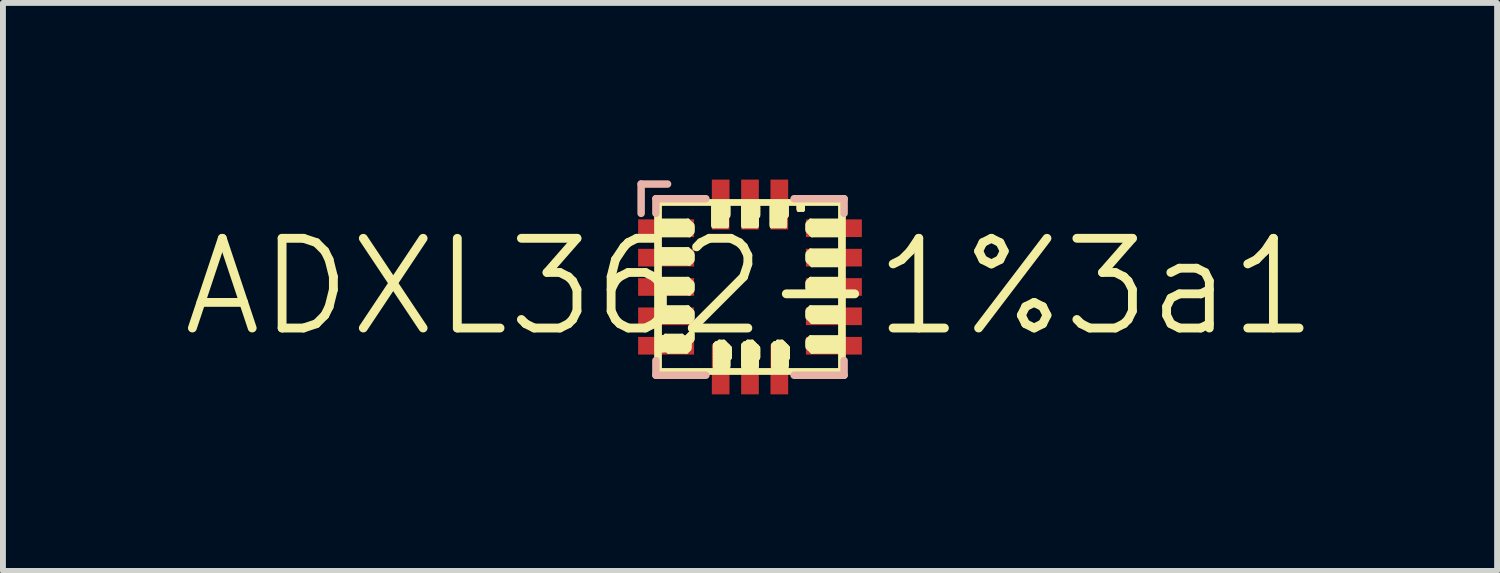
<source format=kicad_pcb>
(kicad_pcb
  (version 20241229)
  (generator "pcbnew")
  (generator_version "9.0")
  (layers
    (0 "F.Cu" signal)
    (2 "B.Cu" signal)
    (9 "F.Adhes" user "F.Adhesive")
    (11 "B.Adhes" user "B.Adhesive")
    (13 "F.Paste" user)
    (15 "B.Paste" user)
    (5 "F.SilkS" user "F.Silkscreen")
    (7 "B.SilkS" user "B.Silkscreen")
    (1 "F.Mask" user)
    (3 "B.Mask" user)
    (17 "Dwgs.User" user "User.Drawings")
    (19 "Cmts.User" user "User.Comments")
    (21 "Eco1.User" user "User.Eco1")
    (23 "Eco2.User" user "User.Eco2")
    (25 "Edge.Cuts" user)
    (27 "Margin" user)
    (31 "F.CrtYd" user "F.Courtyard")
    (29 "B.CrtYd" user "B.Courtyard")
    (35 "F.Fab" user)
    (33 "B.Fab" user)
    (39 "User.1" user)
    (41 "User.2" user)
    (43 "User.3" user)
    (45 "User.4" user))
  (footprint "ADXL362-1%3a1"
    (layer "F.Cu")
    (at 9.688 1.824)
    (property "Reference" "ADXL362-1%3a1" (at 0 0 0) (layer "F.SilkS") (effects (font (size 1.524 1.524) (thickness 0.15))))
    (attr smd)
    (fp_line (start -1.587 -1.46) (end 1.587 -1.46) (stroke (width 0.066) (type solid)) (layer "F.SilkS"))
    (fp_line (start -1.587 -1.435) (end -1.587 -1.46) (stroke (width 0.066) (type solid)) (layer "F.SilkS"))
    (fp_line (start -1.587 -1.435) (end 1.587 -1.435) (stroke (width 0.066) (type solid)) (layer "F.SilkS"))
    (fp_line (start -1.587 -1.435) (end 1.587 -1.435) (stroke (width 0.066) (type solid)) (layer "F.SilkS"))
    (fp_line (start -1.587 -1.41) (end -1.587 -1.435) (stroke (width 0.066) (type solid)) (layer "F.SilkS"))
    (fp_line (start -1.587 -1.41) (end -1.537 -1.41) (stroke (width 0.066) (type solid)) (layer "F.SilkS"))
    (fp_line (start -1.587 -1.41) (end 1.587 -1.41) (stroke (width 0.066) (type solid)) (layer "F.SilkS"))
    (fp_line (start -1.587 -1.384) (end -1.587 -1.41) (stroke (width 0.066) (type solid)) (layer "F.SilkS"))
    (fp_line (start -1.587 -1.384) (end -1.537 -1.384) (stroke (width 0.066) (type solid)) (layer "F.SilkS"))
    (fp_line (start -1.587 -1.384) (end -1.537 -1.384) (stroke (width 0.066) (type solid)) (layer "F.SilkS"))
    (fp_line (start -1.587 -1.359) (end -1.587 -1.384) (stroke (width 0.066) (type solid)) (layer "F.SilkS"))
    (fp_line (start -1.587 -1.359) (end -1.537 -1.359) (stroke (width 0.066) (type solid)) (layer "F.SilkS"))
    (fp_line (start -1.587 -1.359) (end -1.537 -1.359) (stroke (width 0.066) (type solid)) (layer "F.SilkS"))
    (fp_line (start -1.587 -1.333) (end -1.587 -1.359) (stroke (width 0.066) (type solid)) (layer "F.SilkS"))
    (fp_line (start -1.587 -1.333) (end -1.537 -1.333) (stroke (width 0.066) (type solid)) (layer "F.SilkS"))
    (fp_line (start -1.587 -1.333) (end -1.537 -1.333) (stroke (width 0.066) (type solid)) (layer "F.SilkS"))
    (fp_line (start -1.587 -1.308) (end -1.587 -1.333) (stroke (width 0.066) (type solid)) (layer "F.SilkS"))
    (fp_line (start -1.587 -1.308) (end -1.537 -1.308) (stroke (width 0.066) (type solid)) (layer "F.SilkS"))
    (fp_line (start -1.587 -1.308) (end -1.537 -1.308) (stroke (width 0.066) (type solid)) (layer "F.SilkS"))
    (fp_line (start -1.587 -1.283) (end -1.587 -1.308) (stroke (width 0.066) (type solid)) (layer "F.SilkS"))
    (fp_line (start -1.587 -1.283) (end -1.537 -1.283) (stroke (width 0.066) (type solid)) (layer "F.SilkS"))
    (fp_line (start -1.587 -1.283) (end -1.537 -1.283) (stroke (width 0.066) (type solid)) (layer "F.SilkS"))
    (fp_line (start -1.587 -1.257) (end -1.587 -1.283) (stroke (width 0.066) (type solid)) (layer "F.SilkS"))
    (fp_line (start -1.587 -1.257) (end -1.537 -1.257) (stroke (width 0.066) (type solid)) (layer "F.SilkS"))
    (fp_line (start -1.587 -1.257) (end -1.537 -1.257) (stroke (width 0.066) (type solid)) (layer "F.SilkS"))
    (fp_line (start -1.587 -1.232) (end -1.587 -1.257) (stroke (width 0.066) (type solid)) (layer "F.SilkS"))
    (fp_line (start -1.587 -1.232) (end -1.537 -1.232) (stroke (width 0.066) (type solid)) (layer "F.SilkS"))
    (fp_line (start -1.587 -1.232) (end -1.537 -1.232) (stroke (width 0.066) (type solid)) (layer "F.SilkS"))
    (fp_line (start -1.587 -1.206) (end -1.587 -1.232) (stroke (width 0.066) (type solid)) (layer "F.SilkS"))
    (fp_line (start -1.587 -1.206) (end -1.537 -1.206) (stroke (width 0.066) (type solid)) (layer "F.SilkS"))
    (fp_line (start -1.587 -1.206) (end -1.537 -1.206) (stroke (width 0.066) (type solid)) (layer "F.SilkS"))
    (fp_line (start -1.587 -1.181) (end -1.587 -1.206) (stroke (width 0.066) (type solid)) (layer "F.SilkS"))
    (fp_line (start -1.587 -1.181) (end -1.537 -1.181) (stroke (width 0.066) (type solid)) (layer "F.SilkS"))
    (fp_line (start -1.587 -1.181) (end -1.537 -1.181) (stroke (width 0.066) (type solid)) (layer "F.SilkS"))
    (fp_line (start -1.587 -1.156) (end -1.587 -1.181) (stroke (width 0.066) (type solid)) (layer "F.SilkS"))
    (fp_line (start -1.587 -1.156) (end -1.537 -1.156) (stroke (width 0.066) (type solid)) (layer "F.SilkS"))
    (fp_line (start -1.587 -1.156) (end -1.537 -1.156) (stroke (width 0.066) (type solid)) (layer "F.SilkS"))
    (fp_line (start -1.587 -1.13) (end -1.587 -1.156) (stroke (width 0.066) (type solid)) (layer "F.SilkS"))
    (fp_line (start -1.587 -1.13) (end -1.537 -1.13) (stroke (width 0.066) (type solid)) (layer "F.SilkS"))
    (fp_line (start -1.587 -1.13) (end -1.537 -1.13) (stroke (width 0.066) (type solid)) (layer "F.SilkS"))
    (fp_line (start -1.587 -1.102) (end -1.587 -1.13) (stroke (width 0.066) (type solid)) (layer "F.SilkS"))
    (fp_line (start -1.587 -1.102) (end -1.537 -1.102) (stroke (width 0.066) (type solid)) (layer "F.SilkS"))
    (fp_line (start -1.587 -1.102) (end -1.537 -1.102) (stroke (width 0.066) (type solid)) (layer "F.SilkS"))
    (fp_line (start -1.587 -1.079) (end -1.587 -1.102) (stroke (width 0.066) (type solid)) (layer "F.SilkS"))
    (fp_line (start -1.587 -1.079) (end -1.537 -1.079) (stroke (width 0.066) (type solid)) (layer "F.SilkS"))
    (fp_line (start -1.587 -1.079) (end -1.537 -1.079) (stroke (width 0.066) (type solid)) (layer "F.SilkS"))
    (fp_line (start -1.587 -1.054) (end -1.587 -1.079) (stroke (width 0.066) (type solid)) (layer "F.SilkS"))
    (fp_line (start -1.587 -1.054) (end -1.537 -1.054) (stroke (width 0.066) (type solid)) (layer "F.SilkS"))
    (fp_line (start -1.587 -1.054) (end -1.537 -1.054) (stroke (width 0.066) (type solid)) (layer "F.SilkS"))
    (fp_line (start -1.587 -1.029) (end -1.587 -1.054) (stroke (width 0.066) (type solid)) (layer "F.SilkS"))
    (fp_line (start -1.587 -1.029) (end -1.537 -1.029) (stroke (width 0.066) (type solid)) (layer "F.SilkS"))
    (fp_line (start -1.587 -1.029) (end -1.537 -1.029) (stroke (width 0.066) (type solid)) (layer "F.SilkS"))
    (fp_line (start -1.587 -1.003) (end -1.587 -1.029) (stroke (width 0.066) (type solid)) (layer "F.SilkS"))
    (fp_line (start -1.587 -1.003) (end -1.537 -1.003) (stroke (width 0.066) (type solid)) (layer "F.SilkS"))
    (fp_line (start -1.587 -1.003) (end -1.537 -1.003) (stroke (width 0.066) (type solid)) (layer "F.SilkS"))
    (fp_line (start -1.587 -0.978) (end -1.587 -1.003) (stroke (width 0.066) (type solid)) (layer "F.SilkS"))
    (fp_line (start -1.587 -0.978) (end -1.537 -0.978) (stroke (width 0.066) (type solid)) (layer "F.SilkS"))
    (fp_line (start -1.587 -0.978) (end -1.537 -0.978) (stroke (width 0.066) (type solid)) (layer "F.SilkS"))
    (fp_line (start -1.587 -0.953) (end -1.587 -0.978) (stroke (width 0.066) (type solid)) (layer "F.SilkS"))
    (fp_line (start -1.587 -0.953) (end -1.537 -0.953) (stroke (width 0.066) (type solid)) (layer "F.SilkS"))
    (fp_line (start -1.587 -0.953) (end -1.537 -0.953) (stroke (width 0.066) (type solid)) (layer "F.SilkS"))
    (fp_line (start -1.587 -0.927) (end -1.587 -0.953) (stroke (width 0.066) (type solid)) (layer "F.SilkS"))
    (fp_line (start -1.587 -0.927) (end -1.537 -0.927) (stroke (width 0.066) (type solid)) (layer "F.SilkS"))
    (fp_line (start -1.587 -0.927) (end -1.537 -0.927) (stroke (width 0.066) (type solid)) (layer "F.SilkS"))
    (fp_line (start -1.587 -0.899) (end -1.587 -0.927) (stroke (width 0.066) (type solid)) (layer "F.SilkS"))
    (fp_line (start -1.587 -0.899) (end -1.537 -0.899) (stroke (width 0.066) (type solid)) (layer "F.SilkS"))
    (fp_line (start -1.587 -0.899) (end -1.537 -0.899) (stroke (width 0.066) (type solid)) (layer "F.SilkS"))
    (fp_line (start -1.587 -0.876) (end -1.587 -0.899) (stroke (width 0.066) (type solid)) (layer "F.SilkS"))
    (fp_line (start -1.587 -0.876) (end -1.537 -0.876) (stroke (width 0.066) (type solid)) (layer "F.SilkS"))
    (fp_line (start -1.587 -0.876) (end -1.537 -0.876) (stroke (width 0.066) (type solid)) (layer "F.SilkS"))
    (fp_line (start -1.587 -0.851) (end -1.587 -0.876) (stroke (width 0.066) (type solid)) (layer "F.SilkS"))
    (fp_line (start -1.587 -0.851) (end -1.537 -0.851) (stroke (width 0.066) (type solid)) (layer "F.SilkS"))
    (fp_line (start -1.587 -0.851) (end -1.537 -0.851) (stroke (width 0.066) (type solid)) (layer "F.SilkS"))
    (fp_line (start -1.587 -0.826) (end -1.587 -0.851) (stroke (width 0.066) (type solid)) (layer "F.SilkS"))
    (fp_line (start -1.587 -0.826) (end -1.537 -0.826) (stroke (width 0.066) (type solid)) (layer "F.SilkS"))
    (fp_line (start -1.587 -0.826) (end -1.537 -0.826) (stroke (width 0.066) (type solid)) (layer "F.SilkS"))
    (fp_line (start -1.587 -0.8) (end -1.587 -0.826) (stroke (width 0.066) (type solid)) (layer "F.SilkS"))
    (fp_line (start -1.587 -0.8) (end -1.537 -0.8) (stroke (width 0.066) (type solid)) (layer "F.SilkS"))
    (fp_line (start -1.587 -0.8) (end -1.537 -0.8) (stroke (width 0.066) (type solid)) (layer "F.SilkS"))
    (fp_line (start -1.587 -0.775) (end -1.587 -0.8) (stroke (width 0.066) (type solid)) (layer "F.SilkS"))
    (fp_line (start -1.587 -0.775) (end -1.537 -0.775) (stroke (width 0.066) (type solid)) (layer "F.SilkS"))
    (fp_line (start -1.587 -0.775) (end -1.537 -0.775) (stroke (width 0.066) (type solid)) (layer "F.SilkS"))
    (fp_line (start -1.587 -0.749) (end -1.587 -0.775) (stroke (width 0.066) (type solid)) (layer "F.SilkS"))
    (fp_line (start -1.587 -0.749) (end -1.537 -0.749) (stroke (width 0.066) (type solid)) (layer "F.SilkS"))
    (fp_line (start -1.587 -0.749) (end -1.537 -0.749) (stroke (width 0.066) (type solid)) (layer "F.SilkS"))
    (fp_line (start -1.587 -0.724) (end -1.587 -0.749) (stroke (width 0.066) (type solid)) (layer "F.SilkS"))
    (fp_line (start -1.587 -0.724) (end -1.537 -0.724) (stroke (width 0.066) (type solid)) (layer "F.SilkS"))
    (fp_line (start -1.587 -0.724) (end -1.537 -0.724) (stroke (width 0.066) (type solid)) (layer "F.SilkS"))
    (fp_line (start -1.587 -0.699) (end -1.587 -0.724) (stroke (width 0.066) (type solid)) (layer "F.SilkS"))
    (fp_line (start -1.587 -0.699) (end -1.537 -0.699) (stroke (width 0.066) (type solid)) (layer "F.SilkS"))
    (fp_line (start -1.587 -0.699) (end -1.537 -0.699) (stroke (width 0.066) (type solid)) (layer "F.SilkS"))
    (fp_line (start -1.587 -0.673) (end -1.587 -0.699) (stroke (width 0.066) (type solid)) (layer "F.SilkS"))
    (fp_line (start -1.587 -0.673) (end -1.537 -0.673) (stroke (width 0.066) (type solid)) (layer "F.SilkS"))
    (fp_line (start -1.587 -0.673) (end -1.537 -0.673) (stroke (width 0.066) (type solid)) (layer "F.SilkS"))
    (fp_line (start -1.587 -0.645) (end -1.587 -0.673) (stroke (width 0.066) (type solid)) (layer "F.SilkS"))
    (fp_line (start -1.587 -0.645) (end -1.537 -0.645) (stroke (width 0.066) (type solid)) (layer "F.SilkS"))
    (fp_line (start -1.587 -0.645) (end -1.537 -0.645) (stroke (width 0.066) (type solid)) (layer "F.SilkS"))
    (fp_line (start -1.587 -0.622) (end -1.587 -0.645) (stroke (width 0.066) (type solid)) (layer "F.SilkS"))
    (fp_line (start -1.587 -0.622) (end -1.537 -0.622) (stroke (width 0.066) (type solid)) (layer "F.SilkS"))
    (fp_line (start -1.587 -0.622) (end -1.537 -0.622) (stroke (width 0.066) (type solid)) (layer "F.SilkS"))
    (fp_line (start -1.587 -0.597) (end -1.587 -0.622) (stroke (width 0.066) (type solid)) (layer "F.SilkS"))
    (fp_line (start -1.587 -0.597) (end -1.537 -0.597) (stroke (width 0.066) (type solid)) (layer "F.SilkS"))
    (fp_line (start -1.587 -0.597) (end -1.537 -0.597) (stroke (width 0.066) (type solid)) (layer "F.SilkS"))
    (fp_line (start -1.587 -0.572) (end -1.587 -0.597) (stroke (width 0.066) (type solid)) (layer "F.SilkS"))
    (fp_line (start -1.587 -0.572) (end -1.537 -0.572) (stroke (width 0.066) (type solid)) (layer "F.SilkS"))
    (fp_line (start -1.587 -0.572) (end -1.537 -0.572) (stroke (width 0.066) (type solid)) (layer "F.SilkS"))
    (fp_line (start -1.587 -0.544) (end -1.587 -0.572) (stroke (width 0.066) (type solid)) (layer "F.SilkS"))
    (fp_line (start -1.587 -0.544) (end -1.537 -0.544) (stroke (width 0.066) (type solid)) (layer "F.SilkS"))
    (fp_line (start -1.587 -0.544) (end -1.537 -0.544) (stroke (width 0.066) (type solid)) (layer "F.SilkS"))
    (fp_line (start -1.587 -0.521) (end -1.587 -0.544) (stroke (width 0.066) (type solid)) (layer "F.SilkS"))
    (fp_line (start -1.587 -0.521) (end -1.537 -0.521) (stroke (width 0.066) (type solid)) (layer "F.SilkS"))
    (fp_line (start -1.587 -0.521) (end -1.537 -0.521) (stroke (width 0.066) (type solid)) (layer "F.SilkS"))
    (fp_line (start -1.587 -0.495) (end -1.587 -0.521) (stroke (width 0.066) (type solid)) (layer "F.SilkS"))
    (fp_line (start -1.587 -0.495) (end -1.537 -0.495) (stroke (width 0.066) (type solid)) (layer "F.SilkS"))
    (fp_line (start -1.587 -0.495) (end -1.537 -0.495) (stroke (width 0.066) (type solid)) (layer "F.SilkS"))
    (fp_line (start -1.587 -0.47) (end -1.587 -0.495) (stroke (width 0.066) (type solid)) (layer "F.SilkS"))
    (fp_line (start -1.587 -0.47) (end -1.537 -0.47) (stroke (width 0.066) (type solid)) (layer "F.SilkS"))
    (fp_line (start -1.587 -0.47) (end -1.537 -0.47) (stroke (width 0.066) (type solid)) (layer "F.SilkS"))
    (fp_line (start -1.587 -0.445) (end -1.587 -0.47) (stroke (width 0.066) (type solid)) (layer "F.SilkS"))
    (fp_line (start -1.587 -0.445) (end -1.537 -0.445) (stroke (width 0.066) (type solid)) (layer "F.SilkS"))
    (fp_line (start -1.587 -0.445) (end -1.537 -0.445) (stroke (width 0.066) (type solid)) (layer "F.SilkS"))
    (fp_line (start -1.587 -0.419) (end -1.587 -0.445) (stroke (width 0.066) (type solid)) (layer "F.SilkS"))
    (fp_line (start -1.587 -0.419) (end -1.537 -0.419) (stroke (width 0.066) (type solid)) (layer "F.SilkS"))
    (fp_line (start -1.587 -0.419) (end -1.537 -0.419) (stroke (width 0.066) (type solid)) (layer "F.SilkS"))
    (fp_line (start -1.587 -0.394) (end -1.587 -0.419) (stroke (width 0.066) (type solid)) (layer "F.SilkS"))
    (fp_line (start -1.587 -0.394) (end -1.537 -0.394) (stroke (width 0.066) (type solid)) (layer "F.SilkS"))
    (fp_line (start -1.587 -0.394) (end -1.537 -0.394) (stroke (width 0.066) (type solid)) (layer "F.SilkS"))
    (fp_line (start -1.587 -0.368) (end -1.587 -0.394) (stroke (width 0.066) (type solid)) (layer "F.SilkS"))
    (fp_line (start -1.587 -0.368) (end -1.537 -0.368) (stroke (width 0.066) (type solid)) (layer "F.SilkS"))
    (fp_line (start -1.587 -0.368) (end -1.537 -0.368) (stroke (width 0.066) (type solid)) (layer "F.SilkS"))
    (fp_line (start -1.587 -0.343) (end -1.587 -0.368) (stroke (width 0.066) (type solid)) (layer "F.SilkS"))
    (fp_line (start -1.587 -0.343) (end -1.537 -0.343) (stroke (width 0.066) (type solid)) (layer "F.SilkS"))
    (fp_line (start -1.587 -0.343) (end -1.537 -0.343) (stroke (width 0.066) (type solid)) (layer "F.SilkS"))
    (fp_line (start -1.587 -0.318) (end -1.587 -0.343) (stroke (width 0.066) (type solid)) (layer "F.SilkS"))
    (fp_line (start -1.587 -0.318) (end -1.537 -0.318) (stroke (width 0.066) (type solid)) (layer "F.SilkS"))
    (fp_line (start -1.587 -0.318) (end -1.537 -0.318) (stroke (width 0.066) (type solid)) (layer "F.SilkS"))
    (fp_line (start -1.587 -0.292) (end -1.587 -0.318) (stroke (width 0.066) (type solid)) (layer "F.SilkS"))
    (fp_line (start -1.587 -0.292) (end -1.537 -0.292) (stroke (width 0.066) (type solid)) (layer "F.SilkS"))
    (fp_line (start -1.587 -0.292) (end -1.537 -0.292) (stroke (width 0.066) (type solid)) (layer "F.SilkS"))
    (fp_line (start -1.587 -0.267) (end -1.587 -0.292) (stroke (width 0.066) (type solid)) (layer "F.SilkS"))
    (fp_line (start -1.587 -0.267) (end -1.537 -0.267) (stroke (width 0.066) (type solid)) (layer "F.SilkS"))
    (fp_line (start -1.587 -0.267) (end -1.537 -0.267) (stroke (width 0.066) (type solid)) (layer "F.SilkS"))
    (fp_line (start -1.587 -0.241) (end -1.587 -0.267) (stroke (width 0.066) (type solid)) (layer "F.SilkS"))
    (fp_line (start -1.587 -0.241) (end -1.537 -0.241) (stroke (width 0.066) (type solid)) (layer "F.SilkS"))
    (fp_line (start -1.587 -0.241) (end -1.537 -0.241) (stroke (width 0.066) (type solid)) (layer "F.SilkS"))
    (fp_line (start -1.587 -0.216) (end -1.587 -0.241) (stroke (width 0.066) (type solid)) (layer "F.SilkS"))
    (fp_line (start -1.587 -0.216) (end -1.537 -0.216) (stroke (width 0.066) (type solid)) (layer "F.SilkS"))
    (fp_line (start -1.587 -0.216) (end -1.537 -0.216) (stroke (width 0.066) (type solid)) (layer "F.SilkS"))
    (fp_line (start -1.587 -0.191) (end -1.587 -0.216) (stroke (width 0.066) (type solid)) (layer "F.SilkS"))
    (fp_line (start -1.587 -0.191) (end -1.537 -0.191) (stroke (width 0.066) (type solid)) (layer "F.SilkS"))
    (fp_line (start -1.587 -0.191) (end -1.537 -0.191) (stroke (width 0.066) (type solid)) (layer "F.SilkS"))
    (fp_line (start -1.587 -0.165) (end -1.587 -0.191) (stroke (width 0.066) (type solid)) (layer "F.SilkS"))
    (fp_line (start -1.587 -0.165) (end -1.537 -0.165) (stroke (width 0.066) (type solid)) (layer "F.SilkS"))
    (fp_line (start -1.587 -0.165) (end -1.537 -0.165) (stroke (width 0.066) (type solid)) (layer "F.SilkS"))
    (fp_line (start -1.587 -0.14) (end -1.587 -0.165) (stroke (width 0.066) (type solid)) (layer "F.SilkS"))
    (fp_line (start -1.587 -0.14) (end -1.537 -0.14) (stroke (width 0.066) (type solid)) (layer "F.SilkS"))
    (fp_line (start -1.587 -0.14) (end -1.537 -0.14) (stroke (width 0.066) (type solid)) (layer "F.SilkS"))
    (fp_line (start -1.587 -0.114) (end -1.587 -0.14) (stroke (width 0.066) (type solid)) (layer "F.SilkS"))
    (fp_line (start -1.587 -0.114) (end -1.537 -0.114) (stroke (width 0.066) (type solid)) (layer "F.SilkS"))
    (fp_line (start -1.587 -0.114) (end -1.537 -0.114) (stroke (width 0.066) (type solid)) (layer "F.SilkS"))
    (fp_line (start -1.587 -0.089) (end -1.587 -0.114) (stroke (width 0.066) (type solid)) (layer "F.SilkS"))
    (fp_line (start -1.587 -0.089) (end -1.537 -0.089) (stroke (width 0.066) (type solid)) (layer "F.SilkS"))
    (fp_line (start -1.587 -0.089) (end -1.537 -0.089) (stroke (width 0.066) (type solid)) (layer "F.SilkS"))
    (fp_line (start -1.587 -0.064) (end -1.587 -0.089) (stroke (width 0.066) (type solid)) (layer "F.SilkS"))
    (fp_line (start -1.587 -0.064) (end -1.537 -0.064) (stroke (width 0.066) (type solid)) (layer "F.SilkS"))
    (fp_line (start -1.587 -0.064) (end -1.537 -0.064) (stroke (width 0.066) (type solid)) (layer "F.SilkS"))
    (fp_line (start -1.587 -0.038) (end -1.587 -0.064) (stroke (width 0.066) (type solid)) (layer "F.SilkS"))
    (fp_line (start -1.587 -0.038) (end -1.537 -0.038) (stroke (width 0.066) (type solid)) (layer "F.SilkS"))
    (fp_line (start -1.587 -0.038) (end -1.537 -0.038) (stroke (width 0.066) (type solid)) (layer "F.SilkS"))
    (fp_line (start -1.587 -0.013) (end -1.587 -0.038) (stroke (width 0.066) (type solid)) (layer "F.SilkS"))
    (fp_line (start -1.587 -0.013) (end -1.537 -0.013) (stroke (width 0.066) (type solid)) (layer "F.SilkS"))
    (fp_line (start -1.587 -0.013) (end -1.537 -0.013) (stroke (width 0.066) (type solid)) (layer "F.SilkS"))
    (fp_line (start -1.587 0.013) (end -1.587 -0.013) (stroke (width 0.066) (type solid)) (layer "F.SilkS"))
    (fp_line (start -1.587 0.013) (end -1.537 0.013) (stroke (width 0.066) (type solid)) (layer "F.SilkS"))
    (fp_line (start -1.587 0.013) (end -1.537 0.013) (stroke (width 0.066) (type solid)) (layer "F.SilkS"))
    (fp_line (start -1.587 0.038) (end -1.587 0.013) (stroke (width 0.066) (type solid)) (layer "F.SilkS"))
    (fp_line (start -1.587 0.038) (end -1.537 0.038) (stroke (width 0.066) (type solid)) (layer "F.SilkS"))
    (fp_line (start -1.587 0.038) (end -1.537 0.038) (stroke (width 0.066) (type solid)) (layer "F.SilkS"))
    (fp_line (start -1.587 0.064) (end -1.587 0.038) (stroke (width 0.066) (type solid)) (layer "F.SilkS"))
    (fp_line (start -1.587 0.064) (end -1.537 0.064) (stroke (width 0.066) (type solid)) (layer "F.SilkS"))
    (fp_line (start -1.587 0.064) (end -1.537 0.064) (stroke (width 0.066) (type solid)) (layer "F.SilkS"))
    (fp_line (start -1.587 0.089) (end -1.587 0.064) (stroke (width 0.066) (type solid)) (layer "F.SilkS"))
    (fp_line (start -1.587 0.089) (end -1.537 0.089) (stroke (width 0.066) (type solid)) (layer "F.SilkS"))
    (fp_line (start -1.587 0.089) (end -1.537 0.089) (stroke (width 0.066) (type solid)) (layer "F.SilkS"))
    (fp_line (start -1.587 0.114) (end -1.587 0.089) (stroke (width 0.066) (type solid)) (layer "F.SilkS"))
    (fp_line (start -1.587 0.114) (end -1.537 0.114) (stroke (width 0.066) (type solid)) (layer "F.SilkS"))
    (fp_line (start -1.587 0.114) (end -1.537 0.114) (stroke (width 0.066) (type solid)) (layer "F.SilkS"))
    (fp_line (start -1.587 0.14) (end -1.587 0.114) (stroke (width 0.066) (type solid)) (layer "F.SilkS"))
    (fp_line (start -1.587 0.14) (end -1.537 0.14) (stroke (width 0.066) (type solid)) (layer "F.SilkS"))
    (fp_line (start -1.587 0.14) (end -1.537 0.14) (stroke (width 0.066) (type solid)) (layer "F.SilkS"))
    (fp_line (start -1.587 0.165) (end -1.587 0.14) (stroke (width 0.066) (type solid)) (layer "F.SilkS"))
    (fp_line (start -1.587 0.165) (end -1.537 0.165) (stroke (width 0.066) (type solid)) (layer "F.SilkS"))
    (fp_line (start -1.587 0.165) (end -1.537 0.165) (stroke (width 0.066) (type solid)) (layer "F.SilkS"))
    (fp_line (start -1.587 0.191) (end -1.587 0.165) (stroke (width 0.066) (type solid)) (layer "F.SilkS"))
    (fp_line (start -1.587 0.191) (end -1.537 0.191) (stroke (width 0.066) (type solid)) (layer "F.SilkS"))
    (fp_line (start -1.587 0.191) (end -1.537 0.191) (stroke (width 0.066) (type solid)) (layer "F.SilkS"))
    (fp_line (start -1.587 0.216) (end -1.587 0.191) (stroke (width 0.066) (type solid)) (layer "F.SilkS"))
    (fp_line (start -1.587 0.216) (end -1.537 0.216) (stroke (width 0.066) (type solid)) (layer "F.SilkS"))
    (fp_line (start -1.587 0.216) (end -1.537 0.216) (stroke (width 0.066) (type solid)) (layer "F.SilkS"))
    (fp_line (start -1.587 0.241) (end -1.587 0.216) (stroke (width 0.066) (type solid)) (layer "F.SilkS"))
    (fp_line (start -1.587 0.241) (end -1.537 0.241) (stroke (width 0.066) (type solid)) (layer "F.SilkS"))
    (fp_line (start -1.587 0.241) (end -1.537 0.241) (stroke (width 0.066) (type solid)) (layer "F.SilkS"))
    (fp_line (start -1.587 0.267) (end -1.587 0.241) (stroke (width 0.066) (type solid)) (layer "F.SilkS"))
    (fp_line (start -1.587 0.267) (end -1.537 0.267) (stroke (width 0.066) (type solid)) (layer "F.SilkS"))
    (fp_line (start -1.587 0.267) (end -1.537 0.267) (stroke (width 0.066) (type solid)) (layer "F.SilkS"))
    (fp_line (start -1.587 0.292) (end -1.587 0.267) (stroke (width 0.066) (type solid)) (layer "F.SilkS"))
    (fp_line (start -1.587 0.292) (end -1.537 0.292) (stroke (width 0.066) (type solid)) (layer "F.SilkS"))
    (fp_line (start -1.587 0.292) (end -1.537 0.292) (stroke (width 0.066) (type solid)) (layer "F.SilkS"))
    (fp_line (start -1.587 0.318) (end -1.587 0.292) (stroke (width 0.066) (type solid)) (layer "F.SilkS"))
    (fp_line (start -1.587 0.318) (end -1.537 0.318) (stroke (width 0.066) (type solid)) (layer "F.SilkS"))
    (fp_line (start -1.587 0.318) (end -1.537 0.318) (stroke (width 0.066) (type solid)) (layer "F.SilkS"))
    (fp_line (start -1.587 0.343) (end -1.587 0.318) (stroke (width 0.066) (type solid)) (layer "F.SilkS"))
    (fp_line (start -1.587 0.343) (end -1.537 0.343) (stroke (width 0.066) (type solid)) (layer "F.SilkS"))
    (fp_line (start -1.587 0.343) (end -1.537 0.343) (stroke (width 0.066) (type solid)) (layer "F.SilkS"))
    (fp_line (start -1.587 0.368) (end -1.587 0.343) (stroke (width 0.066) (type solid)) (layer "F.SilkS"))
    (fp_line (start -1.587 0.368) (end -1.537 0.368) (stroke (width 0.066) (type solid)) (layer "F.SilkS"))
    (fp_line (start -1.587 0.368) (end -1.537 0.368) (stroke (width 0.066) (type solid)) (layer "F.SilkS"))
    (fp_line (start -1.587 0.394) (end -1.587 0.368) (stroke (width 0.066) (type solid)) (layer "F.SilkS"))
    (fp_line (start -1.587 0.394) (end -1.537 0.394) (stroke (width 0.066) (type solid)) (layer "F.SilkS"))
    (fp_line (start -1.587 0.394) (end -1.537 0.394) (stroke (width 0.066) (type solid)) (layer "F.SilkS"))
    (fp_line (start -1.587 0.419) (end -1.587 0.394) (stroke (width 0.066) (type solid)) (layer "F.SilkS"))
    (fp_line (start -1.587 0.419) (end -1.537 0.419) (stroke (width 0.066) (type solid)) (layer "F.SilkS"))
    (fp_line (start -1.587 0.419) (end -1.537 0.419) (stroke (width 0.066) (type solid)) (layer "F.SilkS"))
    (fp_line (start -1.587 0.445) (end -1.587 0.419) (stroke (width 0.066) (type solid)) (layer "F.SilkS"))
    (fp_line (start -1.587 0.445) (end -1.537 0.445) (stroke (width 0.066) (type solid)) (layer "F.SilkS"))
    (fp_line (start -1.587 0.445) (end -1.537 0.445) (stroke (width 0.066) (type solid)) (layer "F.SilkS"))
    (fp_line (start -1.587 0.47) (end -1.587 0.445) (stroke (width 0.066) (type solid)) (layer "F.SilkS"))
    (fp_line (start -1.587 0.47) (end -1.537 0.47) (stroke (width 0.066) (type solid)) (layer "F.SilkS"))
    (fp_line (start -1.587 0.47) (end -1.537 0.47) (stroke (width 0.066) (type solid)) (layer "F.SilkS"))
    (fp_line (start -1.587 0.495) (end -1.587 0.47) (stroke (width 0.066) (type solid)) (layer "F.SilkS"))
    (fp_line (start -1.587 0.495) (end -1.537 0.495) (stroke (width 0.066) (type solid)) (layer "F.SilkS"))
    (fp_line (start -1.587 0.495) (end -1.537 0.495) (stroke (width 0.066) (type solid)) (layer "F.SilkS"))
    (fp_line (start -1.587 0.521) (end -1.587 0.495) (stroke (width 0.066) (type solid)) (layer "F.SilkS"))
    (fp_line (start -1.587 0.521) (end -1.537 0.521) (stroke (width 0.066) (type solid)) (layer "F.SilkS"))
    (fp_line (start -1.587 0.521) (end -1.537 0.521) (stroke (width 0.066) (type solid)) (layer "F.SilkS"))
    (fp_line (start -1.587 0.544) (end -1.587 0.521) (stroke (width 0.066) (type solid)) (layer "F.SilkS"))
    (fp_line (start -1.587 0.544) (end -1.537 0.544) (stroke (width 0.066) (type solid)) (layer "F.SilkS"))
    (fp_line (start -1.587 0.544) (end -1.537 0.544) (stroke (width 0.066) (type solid)) (layer "F.SilkS"))
    (fp_line (start -1.587 0.572) (end -1.587 0.544) (stroke (width 0.066) (type solid)) (layer "F.SilkS"))
    (fp_line (start -1.587 0.572) (end -1.537 0.572) (stroke (width 0.066) (type solid)) (layer "F.SilkS"))
    (fp_line (start -1.587 0.572) (end -1.537 0.572) (stroke (width 0.066) (type solid)) (layer "F.SilkS"))
    (fp_line (start -1.587 0.597) (end -1.587 0.572) (stroke (width 0.066) (type solid)) (layer "F.SilkS"))
    (fp_line (start -1.587 0.597) (end -1.537 0.597) (stroke (width 0.066) (type solid)) (layer "F.SilkS"))
    (fp_line (start -1.587 0.597) (end -1.537 0.597) (stroke (width 0.066) (type solid)) (layer "F.SilkS"))
    (fp_line (start -1.587 0.622) (end -1.587 0.597) (stroke (width 0.066) (type solid)) (layer "F.SilkS"))
    (fp_line (start -1.587 0.622) (end -1.537 0.622) (stroke (width 0.066) (type solid)) (layer "F.SilkS"))
    (fp_line (start -1.587 0.622) (end -1.537 0.622) (stroke (width 0.066) (type solid)) (layer "F.SilkS"))
    (fp_line (start -1.587 0.645) (end -1.587 0.622) (stroke (width 0.066) (type solid)) (layer "F.SilkS"))
    (fp_line (start -1.587 0.645) (end -1.537 0.645) (stroke (width 0.066) (type solid)) (layer "F.SilkS"))
    (fp_line (start -1.587 0.645) (end -1.537 0.645) (stroke (width 0.066) (type solid)) (layer "F.SilkS"))
    (fp_line (start -1.587 0.673) (end -1.587 0.645) (stroke (width 0.066) (type solid)) (layer "F.SilkS"))
    (fp_line (start -1.587 0.673) (end -1.537 0.673) (stroke (width 0.066) (type solid)) (layer "F.SilkS"))
    (fp_line (start -1.587 0.673) (end -1.537 0.673) (stroke (width 0.066) (type solid)) (layer "F.SilkS"))
    (fp_line (start -1.587 0.699) (end -1.587 0.673) (stroke (width 0.066) (type solid)) (layer "F.SilkS"))
    (fp_line (start -1.587 0.699) (end -1.537 0.699) (stroke (width 0.066) (type solid)) (layer "F.SilkS"))
    (fp_line (start -1.587 0.699) (end -1.537 0.699) (stroke (width 0.066) (type solid)) (layer "F.SilkS"))
    (fp_line (start -1.587 0.724) (end -1.587 0.699) (stroke (width 0.066) (type solid)) (layer "F.SilkS"))
    (fp_line (start -1.587 0.724) (end -1.537 0.724) (stroke (width 0.066) (type solid)) (layer "F.SilkS"))
    (fp_line (start -1.587 0.724) (end -1.537 0.724) (stroke (width 0.066) (type solid)) (layer "F.SilkS"))
    (fp_line (start -1.587 0.749) (end -1.587 0.724) (stroke (width 0.066) (type solid)) (layer "F.SilkS"))
    (fp_line (start -1.587 0.749) (end -1.537 0.749) (stroke (width 0.066) (type solid)) (layer "F.SilkS"))
    (fp_line (start -1.587 0.749) (end -1.537 0.749) (stroke (width 0.066) (type solid)) (layer "F.SilkS"))
    (fp_line (start -1.587 0.775) (end -1.587 0.749) (stroke (width 0.066) (type solid)) (layer "F.SilkS"))
    (fp_line (start -1.587 0.775) (end -1.537 0.775) (stroke (width 0.066) (type solid)) (layer "F.SilkS"))
    (fp_line (start -1.587 0.775) (end -1.537 0.775) (stroke (width 0.066) (type solid)) (layer "F.SilkS"))
    (fp_line (start -1.587 0.8) (end -1.587 0.775) (stroke (width 0.066) (type solid)) (layer "F.SilkS"))
    (fp_line (start -1.587 0.8) (end -1.537 0.8) (stroke (width 0.066) (type solid)) (layer "F.SilkS"))
    (fp_line (start -1.587 0.8) (end -1.537 0.8) (stroke (width 0.066) (type solid)) (layer "F.SilkS"))
    (fp_line (start -1.587 0.826) (end -1.587 0.8) (stroke (width 0.066) (type solid)) (layer "F.SilkS"))
    (fp_line (start -1.587 0.826) (end -1.537 0.826) (stroke (width 0.066) (type solid)) (layer "F.SilkS"))
    (fp_line (start -1.587 0.826) (end -1.537 0.826) (stroke (width 0.066) (type solid)) (layer "F.SilkS"))
    (fp_line (start -1.587 0.851) (end -1.587 0.826) (stroke (width 0.066) (type solid)) (layer "F.SilkS"))
    (fp_line (start -1.587 0.851) (end -1.537 0.851) (stroke (width 0.066) (type solid)) (layer "F.SilkS"))
    (fp_line (start -1.587 0.851) (end -1.537 0.851) (stroke (width 0.066) (type solid)) (layer "F.SilkS"))
    (fp_line (start -1.587 0.876) (end -1.587 0.851) (stroke (width 0.066) (type solid)) (layer "F.SilkS"))
    (fp_line (start -1.587 0.876) (end -1.537 0.876) (stroke (width 0.066) (type solid)) (layer "F.SilkS"))
    (fp_line (start -1.587 0.876) (end -1.537 0.876) (stroke (width 0.066) (type solid)) (layer "F.SilkS"))
    (fp_line (start -1.587 0.899) (end -1.587 0.876) (stroke (width 0.066) (type solid)) (layer "F.SilkS"))
    (fp_line (start -1.587 0.899) (end -1.537 0.899) (stroke (width 0.066) (type solid)) (layer "F.SilkS"))
    (fp_line (start -1.587 0.899) (end -1.537 0.899) (stroke (width 0.066) (type solid)) (layer "F.SilkS"))
    (fp_line (start -1.587 0.927) (end -1.587 0.899) (stroke (width 0.066) (type solid)) (layer "F.SilkS"))
    (fp_line (start -1.587 0.927) (end -1.537 0.927) (stroke (width 0.066) (type solid)) (layer "F.SilkS"))
    (fp_line (start -1.587 0.927) (end -1.537 0.927) (stroke (width 0.066) (type solid)) (layer "F.SilkS"))
    (fp_line (start -1.587 0.953) (end -1.587 0.927) (stroke (width 0.066) (type solid)) (layer "F.SilkS"))
    (fp_line (start -1.587 0.953) (end -1.537 0.953) (stroke (width 0.066) (type solid)) (layer "F.SilkS"))
    (fp_line (start -1.587 0.953) (end -1.537 0.953) (stroke (width 0.066) (type solid)) (layer "F.SilkS"))
    (fp_line (start -1.587 0.978) (end -1.587 0.953) (stroke (width 0.066) (type solid)) (layer "F.SilkS"))
    (fp_line (start -1.587 0.978) (end -1.537 0.978) (stroke (width 0.066) (type solid)) (layer "F.SilkS"))
    (fp_line (start -1.587 0.978) (end -1.537 0.978) (stroke (width 0.066) (type solid)) (layer "F.SilkS"))
    (fp_line (start -1.587 1.003) (end -1.587 0.978) (stroke (width 0.066) (type solid)) (layer "F.SilkS"))
    (fp_line (start -1.587 1.003) (end -1.537 1.003) (stroke (width 0.066) (type solid)) (layer "F.SilkS"))
    (fp_line (start -1.587 1.003) (end -1.537 1.003) (stroke (width 0.066) (type solid)) (layer "F.SilkS"))
    (fp_line (start -1.587 1.029) (end -1.587 1.003) (stroke (width 0.066) (type solid)) (layer "F.SilkS"))
    (fp_line (start -1.587 1.029) (end -1.537 1.029) (stroke (width 0.066) (type solid)) (layer "F.SilkS"))
    (fp_line (start -1.587 1.029) (end -1.537 1.029) (stroke (width 0.066) (type solid)) (layer "F.SilkS"))
    (fp_line (start -1.587 1.054) (end -1.587 1.029) (stroke (width 0.066) (type solid)) (layer "F.SilkS"))
    (fp_line (start -1.587 1.054) (end -1.537 1.054) (stroke (width 0.066) (type solid)) (layer "F.SilkS"))
    (fp_line (start -1.587 1.054) (end -1.537 1.054) (stroke (width 0.066) (type solid)) (layer "F.SilkS"))
    (fp_line (start -1.587 1.079) (end -1.587 1.054) (stroke (width 0.066) (type solid)) (layer "F.SilkS"))
    (fp_line (start -1.587 1.079) (end -1.537 1.079) (stroke (width 0.066) (type solid)) (layer "F.SilkS"))
    (fp_line (start -1.587 1.079) (end -1.537 1.079) (stroke (width 0.066) (type solid)) (layer "F.SilkS"))
    (fp_line (start -1.587 1.102) (end -1.587 1.079) (stroke (width 0.066) (type solid)) (layer "F.SilkS"))
    (fp_line (start -1.587 1.102) (end -1.537 1.102) (stroke (width 0.066) (type solid)) (layer "F.SilkS"))
    (fp_line (start -1.587 1.102) (end -1.537 1.102) (stroke (width 0.066) (type solid)) (layer "F.SilkS"))
    (fp_line (start -1.587 1.13) (end -1.587 1.102) (stroke (width 0.066) (type solid)) (layer "F.SilkS"))
    (fp_line (start -1.587 1.13) (end -1.537 1.13) (stroke (width 0.066) (type solid)) (layer "F.SilkS"))
    (fp_line (start -1.587 1.13) (end -1.537 1.13) (stroke (width 0.066) (type solid)) (layer "F.SilkS"))
    (fp_line (start -1.587 1.156) (end -1.587 1.13) (stroke (width 0.066) (type solid)) (layer "F.SilkS"))
    (fp_line (start -1.587 1.156) (end -1.537 1.156) (stroke (width 0.066) (type solid)) (layer "F.SilkS"))
    (fp_line (start -1.587 1.156) (end -1.537 1.156) (stroke (width 0.066) (type solid)) (layer "F.SilkS"))
    (fp_line (start -1.587 1.181) (end -1.587 1.156) (stroke (width 0.066) (type solid)) (layer "F.SilkS"))
    (fp_line (start -1.587 1.181) (end -1.537 1.181) (stroke (width 0.066) (type solid)) (layer "F.SilkS"))
    (fp_line (start -1.587 1.181) (end -1.537 1.181) (stroke (width 0.066) (type solid)) (layer "F.SilkS"))
    (fp_line (start -1.587 1.206) (end -1.587 1.181) (stroke (width 0.066) (type solid)) (layer "F.SilkS"))
    (fp_line (start -1.587 1.206) (end -1.537 1.206) (stroke (width 0.066) (type solid)) (layer "F.SilkS"))
    (fp_line (start -1.587 1.206) (end -1.537 1.206) (stroke (width 0.066) (type solid)) (layer "F.SilkS"))
    (fp_line (start -1.587 1.232) (end -1.587 1.206) (stroke (width 0.066) (type solid)) (layer "F.SilkS"))
    (fp_line (start -1.587 1.232) (end -1.537 1.232) (stroke (width 0.066) (type solid)) (layer "F.SilkS"))
    (fp_line (start -1.587 1.232) (end -1.537 1.232) (stroke (width 0.066) (type solid)) (layer "F.SilkS"))
    (fp_line (start -1.587 1.257) (end -1.587 1.232) (stroke (width 0.066) (type solid)) (layer "F.SilkS"))
    (fp_line (start -1.587 1.257) (end -1.537 1.257) (stroke (width 0.066) (type solid)) (layer "F.SilkS"))
    (fp_line (start -1.587 1.257) (end -1.537 1.257) (stroke (width 0.066) (type solid)) (layer "F.SilkS"))
    (fp_line (start -1.587 1.283) (end -1.587 1.257) (stroke (width 0.066) (type solid)) (layer "F.SilkS"))
    (fp_line (start -1.587 1.283) (end -1.537 1.283) (stroke (width 0.066) (type solid)) (layer "F.SilkS"))
    (fp_line (start -1.587 1.283) (end -1.537 1.283) (stroke (width 0.066) (type solid)) (layer "F.SilkS"))
    (fp_line (start -1.587 1.308) (end -1.587 1.283) (stroke (width 0.066) (type solid)) (layer "F.SilkS"))
    (fp_line (start -1.587 1.308) (end -1.537 1.308) (stroke (width 0.066) (type solid)) (layer "F.SilkS"))
    (fp_line (start -1.587 1.308) (end -1.537 1.308) (stroke (width 0.066) (type solid)) (layer "F.SilkS"))
    (fp_line (start -1.587 1.333) (end -1.587 1.308) (stroke (width 0.066) (type solid)) (layer "F.SilkS"))
    (fp_line (start -1.587 1.333) (end -1.537 1.333) (stroke (width 0.066) (type solid)) (layer "F.SilkS"))
    (fp_line (start -1.587 1.333) (end -1.537 1.333) (stroke (width 0.066) (type solid)) (layer "F.SilkS"))
    (fp_line (start -1.587 1.359) (end -1.587 1.333) (stroke (width 0.066) (type solid)) (layer "F.SilkS"))
    (fp_line (start -1.587 1.359) (end -1.537 1.359) (stroke (width 0.066) (type solid)) (layer "F.SilkS"))
    (fp_line (start -1.587 1.359) (end -1.537 1.359) (stroke (width 0.066) (type solid)) (layer "F.SilkS"))
    (fp_line (start -1.587 1.384) (end -1.587 1.359) (stroke (width 0.066) (type solid)) (layer "F.SilkS"))
    (fp_line (start -1.587 1.384) (end -1.537 1.384) (stroke (width 0.066) (type solid)) (layer "F.SilkS"))
    (fp_line (start -1.587 1.384) (end -1.537 1.384) (stroke (width 0.066) (type solid)) (layer "F.SilkS"))
    (fp_line (start -1.587 1.41) (end -1.587 1.384) (stroke (width 0.066) (type solid)) (layer "F.SilkS"))
    (fp_line (start -1.587 1.41) (end -1.537 1.41) (stroke (width 0.066) (type solid)) (layer "F.SilkS"))
    (fp_line (start -1.587 1.41) (end 1.587 1.41) (stroke (width 0.066) (type solid)) (layer "F.SilkS"))
    (fp_line (start -1.587 1.435) (end -1.587 1.41) (stroke (width 0.066) (type solid)) (layer "F.SilkS"))
    (fp_line (start -1.587 1.435) (end 1.587 1.435) (stroke (width 0.066) (type solid)) (layer "F.SilkS"))
    (fp_line (start -1.587 1.435) (end 1.587 1.435) (stroke (width 0.066) (type solid)) (layer "F.SilkS"))
    (fp_line (start -1.587 1.46) (end -1.587 1.435) (stroke (width 0.066) (type solid)) (layer "F.SilkS"))
    (fp_line (start -1.587 1.46) (end 1.587 1.46) (stroke (width 0.066) (type solid)) (layer "F.SilkS"))
    (fp_line (start -1.537 -1.384) (end -1.537 -1.41) (stroke (width 0.066) (type solid)) (layer "F.SilkS"))
    (fp_line (start -1.537 -1.359) (end -1.537 -1.384) (stroke (width 0.066) (type solid)) (layer "F.SilkS"))
    (fp_line (start -1.537 -1.333) (end -1.537 -1.359) (stroke (width 0.066) (type solid)) (layer "F.SilkS"))
    (fp_line (start -1.537 -1.308) (end -1.537 -1.333) (stroke (width 0.066) (type solid)) (layer "F.SilkS"))
    (fp_line (start -1.537 -1.283) (end -1.537 -1.308) (stroke (width 0.066) (type solid)) (layer "F.SilkS"))
    (fp_line (start -1.537 -1.257) (end -1.537 -1.283) (stroke (width 0.066) (type solid)) (layer "F.SilkS"))
    (fp_line (start -1.537 -1.232) (end -1.537 -1.257) (stroke (width 0.066) (type solid)) (layer "F.SilkS"))
    (fp_line (start -1.537 -1.206) (end -1.537 -1.232) (stroke (width 0.066) (type solid)) (layer "F.SilkS"))
    (fp_line (start -1.537 -1.181) (end -1.537 -1.206) (stroke (width 0.066) (type solid)) (layer "F.SilkS"))
    (fp_line (start -1.537 -1.156) (end -1.537 -1.181) (stroke (width 0.066) (type solid)) (layer "F.SilkS"))
    (fp_line (start -1.537 -1.13) (end -1.537 -1.156) (stroke (width 0.066) (type solid)) (layer "F.SilkS"))
    (fp_line (start -1.537 -1.102) (end -1.537 -1.13) (stroke (width 0.066) (type solid)) (layer "F.SilkS"))
    (fp_line (start -1.537 -1.079) (end -1.537 -1.102) (stroke (width 0.066) (type solid)) (layer "F.SilkS"))
    (fp_line (start -1.537 -1.054) (end -1.537 -1.079) (stroke (width 0.066) (type solid)) (layer "F.SilkS"))
    (fp_line (start -1.537 -1.029) (end -1.537 -1.054) (stroke (width 0.066) (type solid)) (layer "F.SilkS"))
    (fp_line (start -1.537 -1.003) (end -1.537 -1.029) (stroke (width 0.066) (type solid)) (layer "F.SilkS"))
    (fp_line (start -1.537 -0.978) (end -1.537 -1.003) (stroke (width 0.066) (type solid)) (layer "F.SilkS"))
    (fp_line (start -1.537 -0.953) (end -1.537 -0.978) (stroke (width 0.066) (type solid)) (layer "F.SilkS"))
    (fp_line (start -1.537 -0.927) (end -1.537 -0.953) (stroke (width 0.066) (type solid)) (layer "F.SilkS"))
    (fp_line (start -1.537 -0.899) (end -1.537 -0.927) (stroke (width 0.066) (type solid)) (layer "F.SilkS"))
    (fp_line (start -1.537 -0.876) (end -1.537 -0.899) (stroke (width 0.066) (type solid)) (layer "F.SilkS"))
    (fp_line (start -1.537 -0.851) (end -1.537 -0.876) (stroke (width 0.066) (type solid)) (layer "F.SilkS"))
    (fp_line (start -1.537 -0.826) (end -1.537 -0.851) (stroke (width 0.066) (type solid)) (layer "F.SilkS"))
    (fp_line (start -1.537 -0.8) (end -1.537 -0.826) (stroke (width 0.066) (type solid)) (layer "F.SilkS"))
    (fp_line (start -1.537 -0.775) (end -1.537 -0.8) (stroke (width 0.066) (type solid)) (layer "F.SilkS"))
    (fp_line (start -1.537 -0.749) (end -1.537 -0.775) (stroke (width 0.066) (type solid)) (layer "F.SilkS"))
    (fp_line (start -1.537 -0.724) (end -1.537 -0.749) (stroke (width 0.066) (type solid)) (layer "F.SilkS"))
    (fp_line (start -1.537 -0.699) (end -1.537 -0.724) (stroke (width 0.066) (type solid)) (layer "F.SilkS"))
    (fp_line (start -1.537 -0.673) (end -1.537 -0.699) (stroke (width 0.066) (type solid)) (layer "F.SilkS"))
    (fp_line (start -1.537 -0.645) (end -1.537 -0.673) (stroke (width 0.066) (type solid)) (layer "F.SilkS"))
    (fp_line (start -1.537 -0.622) (end -1.537 -0.645) (stroke (width 0.066) (type solid)) (layer "F.SilkS"))
    (fp_line (start -1.537 -0.597) (end -1.537 -0.622) (stroke (width 0.066) (type solid)) (layer "F.SilkS"))
    (fp_line (start -1.537 -0.572) (end -1.537 -0.597) (stroke (width 0.066) (type solid)) (layer "F.SilkS"))
    (fp_line (start -1.537 -0.544) (end -1.537 -0.572) (stroke (width 0.066) (type solid)) (layer "F.SilkS"))
    (fp_line (start -1.537 -0.521) (end -1.537 -0.544) (stroke (width 0.066) (type solid)) (layer "F.SilkS"))
    (fp_line (start -1.537 -0.495) (end -1.537 -0.521) (stroke (width 0.066) (type solid)) (layer "F.SilkS"))
    (fp_line (start -1.537 -0.47) (end -1.537 -0.495) (stroke (width 0.066) (type solid)) (layer "F.SilkS"))
    (fp_line (start -1.537 -0.445) (end -1.537 -0.47) (stroke (width 0.066) (type solid)) (layer "F.SilkS"))
    (fp_line (start -1.537 -0.419) (end -1.537 -0.445) (stroke (width 0.066) (type solid)) (layer "F.SilkS"))
    (fp_line (start -1.537 -0.394) (end -1.537 -0.419) (stroke (width 0.066) (type solid)) (layer "F.SilkS"))
    (fp_line (start -1.537 -0.368) (end -1.537 -0.394) (stroke (width 0.066) (type solid)) (layer "F.SilkS"))
    (fp_line (start -1.537 -0.343) (end -1.537 -0.368) (stroke (width 0.066) (type solid)) (layer "F.SilkS"))
    (fp_line (start -1.537 -0.318) (end -1.537 -0.343) (stroke (width 0.066) (type solid)) (layer "F.SilkS"))
    (fp_line (start -1.537 -0.292) (end -1.537 -0.318) (stroke (width 0.066) (type solid)) (layer "F.SilkS"))
    (fp_line (start -1.537 -0.267) (end -1.537 -0.292) (stroke (width 0.066) (type solid)) (layer "F.SilkS"))
    (fp_line (start -1.537 -0.241) (end -1.537 -0.267) (stroke (width 0.066) (type solid)) (layer "F.SilkS"))
    (fp_line (start -1.537 -0.216) (end -1.537 -0.241) (stroke (width 0.066) (type solid)) (layer "F.SilkS"))
    (fp_line (start -1.537 -0.191) (end -1.537 -0.216) (stroke (width 0.066) (type solid)) (layer "F.SilkS"))
    (fp_line (start -1.537 -0.165) (end -1.537 -0.191) (stroke (width 0.066) (type solid)) (layer "F.SilkS"))
    (fp_line (start -1.537 -0.14) (end -1.537 -0.165) (stroke (width 0.066) (type solid)) (layer "F.SilkS"))
    (fp_line (start -1.537 -0.114) (end -1.537 -0.14) (stroke (width 0.066) (type solid)) (layer "F.SilkS"))
    (fp_line (start -1.537 -0.089) (end -1.537 -0.114) (stroke (width 0.066) (type solid)) (layer "F.SilkS"))
    (fp_line (start -1.537 -0.064) (end -1.537 -0.089) (stroke (width 0.066) (type solid)) (layer "F.SilkS"))
    (fp_line (start -1.537 -0.038) (end -1.537 -0.064) (stroke (width 0.066) (type solid)) (layer "F.SilkS"))
    (fp_line (start -1.537 -0.013) (end -1.537 -0.038) (stroke (width 0.066) (type solid)) (layer "F.SilkS"))
    (fp_line (start -1.537 0.013) (end -1.537 -0.013) (stroke (width 0.066) (type solid)) (layer "F.SilkS"))
    (fp_line (start -1.537 0.038) (end -1.537 0.013) (stroke (width 0.066) (type solid)) (layer "F.SilkS"))
    (fp_line (start -1.537 0.064) (end -1.537 0.038) (stroke (width 0.066) (type solid)) (layer "F.SilkS"))
    (fp_line (start -1.537 0.089) (end -1.537 0.064) (stroke (width 0.066) (type solid)) (layer "F.SilkS"))
    (fp_line (start -1.537 0.114) (end -1.537 0.089) (stroke (width 0.066) (type solid)) (layer "F.SilkS"))
    (fp_line (start -1.537 0.14) (end -1.537 0.114) (stroke (width 0.066) (type solid)) (layer "F.SilkS"))
    (fp_line (start -1.537 0.165) (end -1.537 0.14) (stroke (width 0.066) (type solid)) (layer "F.SilkS"))
    (fp_line (start -1.537 0.191) (end -1.537 0.165) (stroke (width 0.066) (type solid)) (layer "F.SilkS"))
    (fp_line (start -1.537 0.216) (end -1.537 0.191) (stroke (width 0.066) (type solid)) (layer "F.SilkS"))
    (fp_line (start -1.537 0.241) (end -1.537 0.216) (stroke (width 0.066) (type solid)) (layer "F.SilkS"))
    (fp_line (start -1.537 0.267) (end -1.537 0.241) (stroke (width 0.066) (type solid)) (layer "F.SilkS"))
    (fp_line (start -1.537 0.292) (end -1.537 0.267) (stroke (width 0.066) (type solid)) (layer "F.SilkS"))
    (fp_line (start -1.537 0.318) (end -1.537 0.292) (stroke (width 0.066) (type solid)) (layer "F.SilkS"))
    (fp_line (start -1.537 0.343) (end -1.537 0.318) (stroke (width 0.066) (type solid)) (layer "F.SilkS"))
    (fp_line (start -1.537 0.368) (end -1.537 0.343) (stroke (width 0.066) (type solid)) (layer "F.SilkS"))
    (fp_line (start -1.537 0.394) (end -1.537 0.368) (stroke (width 0.066) (type solid)) (layer "F.SilkS"))
    (fp_line (start -1.537 0.419) (end -1.537 0.394) (stroke (width 0.066) (type solid)) (layer "F.SilkS"))
    (fp_line (start -1.537 0.445) (end -1.537 0.419) (stroke (width 0.066) (type solid)) (layer "F.SilkS"))
    (fp_line (start -1.537 0.47) (end -1.537 0.445) (stroke (width 0.066) (type solid)) (layer "F.SilkS"))
    (fp_line (start -1.537 0.495) (end -1.537 0.47) (stroke (width 0.066) (type solid)) (layer "F.SilkS"))
    (fp_line (start -1.537 0.521) (end -1.537 0.495) (stroke (width 0.066) (type solid)) (layer "F.SilkS"))
    (fp_line (start -1.537 0.544) (end -1.537 0.521) (stroke (width 0.066) (type solid)) (layer "F.SilkS"))
    (fp_line (start -1.537 0.572) (end -1.537 0.544) (stroke (width 0.066) (type solid)) (layer "F.SilkS"))
    (fp_line (start -1.537 0.597) (end -1.537 0.572) (stroke (width 0.066) (type solid)) (layer "F.SilkS"))
    (fp_line (start -1.537 0.622) (end -1.537 0.597) (stroke (width 0.066) (type solid)) (layer "F.SilkS"))
    (fp_line (start -1.537 0.645) (end -1.537 0.622) (stroke (width 0.066) (type solid)) (layer "F.SilkS"))
    (fp_line (start -1.537 0.673) (end -1.537 0.645) (stroke (width 0.066) (type solid)) (layer "F.SilkS"))
    (fp_line (start -1.537 0.699) (end -1.537 0.673) (stroke (width 0.066) (type solid)) (layer "F.SilkS"))
    (fp_line (start -1.537 0.724) (end -1.537 0.699) (stroke (width 0.066) (type solid)) (layer "F.SilkS"))
    (fp_line (start -1.537 0.749) (end -1.537 0.724) (stroke (width 0.066) (type solid)) (layer "F.SilkS"))
    (fp_line (start -1.537 0.775) (end -1.537 0.749) (stroke (width 0.066) (type solid)) (layer "F.SilkS"))
    (fp_line (start -1.537 0.8) (end -1.537 0.775) (stroke (width 0.066) (type solid)) (layer "F.SilkS"))
    (fp_line (start -1.537 0.826) (end -1.537 0.8) (stroke (width 0.066) (type solid)) (layer "F.SilkS"))
    (fp_line (start -1.537 0.851) (end -1.537 0.826) (stroke (width 0.066) (type solid)) (layer "F.SilkS"))
    (fp_line (start -1.537 0.876) (end -1.537 0.851) (stroke (width 0.066) (type solid)) (layer "F.SilkS"))
    (fp_line (start -1.537 0.899) (end -1.537 0.876) (stroke (width 0.066) (type solid)) (layer "F.SilkS"))
    (fp_line (start -1.537 0.927) (end -1.537 0.899) (stroke (width 0.066) (type solid)) (layer "F.SilkS"))
    (fp_line (start -1.537 0.953) (end -1.537 0.927) (stroke (width 0.066) (type solid)) (layer "F.SilkS"))
    (fp_line (start -1.537 0.978) (end -1.537 0.953) (stroke (width 0.066) (type solid)) (layer "F.SilkS"))
    (fp_line (start -1.537 1.003) (end -1.537 0.978) (stroke (width 0.066) (type solid)) (layer "F.SilkS"))
    (fp_line (start -1.537 1.029) (end -1.537 1.003) (stroke (width 0.066) (type solid)) (layer "F.SilkS"))
    (fp_line (start -1.537 1.054) (end -1.537 1.029) (stroke (width 0.066) (type solid)) (layer "F.SilkS"))
    (fp_line (start -1.537 1.079) (end -1.537 1.054) (stroke (width 0.066) (type solid)) (layer "F.SilkS"))
    (fp_line (start -1.537 1.102) (end -1.537 1.079) (stroke (width 0.066) (type solid)) (layer "F.SilkS"))
    (fp_line (start -1.537 1.13) (end -1.537 1.102) (stroke (width 0.066) (type solid)) (layer "F.SilkS"))
    (fp_line (start -1.537 1.156) (end -1.537 1.13) (stroke (width 0.066) (type solid)) (layer "F.SilkS"))
    (fp_line (start -1.537 1.181) (end -1.537 1.156) (stroke (width 0.066) (type solid)) (layer "F.SilkS"))
    (fp_line (start -1.537 1.206) (end -1.537 1.181) (stroke (width 0.066) (type solid)) (layer "F.SilkS"))
    (fp_line (start -1.537 1.232) (end -1.537 1.206) (stroke (width 0.066) (type solid)) (layer "F.SilkS"))
    (fp_line (start -1.537 1.257) (end -1.537 1.232) (stroke (width 0.066) (type solid)) (layer "F.SilkS"))
    (fp_line (start -1.537 1.283) (end -1.537 1.257) (stroke (width 0.066) (type solid)) (layer "F.SilkS"))
    (fp_line (start -1.537 1.308) (end -1.537 1.283) (stroke (width 0.066) (type solid)) (layer "F.SilkS"))
    (fp_line (start -1.537 1.333) (end -1.537 1.308) (stroke (width 0.066) (type solid)) (layer "F.SilkS"))
    (fp_line (start -1.537 1.359) (end -1.537 1.333) (stroke (width 0.066) (type solid)) (layer "F.SilkS"))
    (fp_line (start -1.537 1.384) (end -1.537 1.359) (stroke (width 0.066) (type solid)) (layer "F.SilkS"))
    (fp_line (start -1.537 1.41) (end -1.537 1.384) (stroke (width 0.066) (type solid)) (layer "F.SilkS"))
    (fp_line (start -1.511 -1.13) (end -1.054 -1.13) (stroke (width 0.066) (type solid)) (layer "F.SilkS"))
    (fp_line (start -1.511 -1.102) (end -1.511 -1.13) (stroke (width 0.066) (type solid)) (layer "F.SilkS"))
    (fp_line (start -1.511 -1.102) (end -1.054 -1.102) (stroke (width 0.066) (type solid)) (layer "F.SilkS"))
    (fp_line (start -1.511 -1.102) (end -1.029 -1.102) (stroke (width 0.066) (type solid)) (layer "F.SilkS"))
    (fp_line (start -1.511 -1.079) (end -1.511 -1.102) (stroke (width 0.066) (type solid)) (layer "F.SilkS"))
    (fp_line (start -1.511 -1.079) (end -1.029 -1.079) (stroke (width 0.066) (type solid)) (layer "F.SilkS"))
    (fp_line (start -1.511 -1.079) (end -1.003 -1.079) (stroke (width 0.066) (type solid)) (layer "F.SilkS"))
    (fp_line (start -1.511 -1.054) (end -1.511 -1.079) (stroke (width 0.066) (type solid)) (layer "F.SilkS"))
    (fp_line (start -1.511 -1.054) (end -1.003 -1.054) (stroke (width 0.066) (type solid)) (layer "F.SilkS"))
    (fp_line (start -1.511 -1.054) (end -0.978 -1.054) (stroke (width 0.066) (type solid)) (layer "F.SilkS"))
    (fp_line (start -1.511 -1.029) (end -1.511 -1.054) (stroke (width 0.066) (type solid)) (layer "F.SilkS"))
    (fp_line (start -1.511 -1.029) (end -0.978 -1.029) (stroke (width 0.066) (type solid)) (layer "F.SilkS"))
    (fp_line (start -1.511 -1.029) (end -0.978 -1.029) (stroke (width 0.066) (type solid)) (layer "F.SilkS"))
    (fp_line (start -1.511 -1.003) (end -1.511 -1.029) (stroke (width 0.066) (type solid)) (layer "F.SilkS"))
    (fp_line (start -1.511 -1.003) (end -0.978 -1.003) (stroke (width 0.066) (type solid)) (layer "F.SilkS"))
    (fp_line (start -1.511 -1.003) (end -0.978 -1.003) (stroke (width 0.066) (type solid)) (layer "F.SilkS"))
    (fp_line (start -1.511 -0.978) (end -1.511 -1.003) (stroke (width 0.066) (type solid)) (layer "F.SilkS"))
    (fp_line (start -1.511 -0.978) (end -0.978 -0.978) (stroke (width 0.066) (type solid)) (layer "F.SilkS"))
    (fp_line (start -1.511 -0.978) (end -0.978 -0.978) (stroke (width 0.066) (type solid)) (layer "F.SilkS"))
    (fp_line (start -1.511 -0.953) (end -1.511 -0.978) (stroke (width 0.066) (type solid)) (layer "F.SilkS"))
    (fp_line (start -1.511 -0.953) (end -0.978 -0.953) (stroke (width 0.066) (type solid)) (layer "F.SilkS"))
    (fp_line (start -1.511 -0.953) (end -0.978 -0.953) (stroke (width 0.066) (type solid)) (layer "F.SilkS"))
    (fp_line (start -1.511 -0.927) (end -1.511 -0.953) (stroke (width 0.066) (type solid)) (layer "F.SilkS"))
    (fp_line (start -1.511 -0.927) (end -1.003 -0.927) (stroke (width 0.066) (type solid)) (layer "F.SilkS"))
    (fp_line (start -1.511 -0.927) (end -0.978 -0.927) (stroke (width 0.066) (type solid)) (layer "F.SilkS"))
    (fp_line (start -1.511 -0.899) (end -1.511 -0.927) (stroke (width 0.066) (type solid)) (layer "F.SilkS"))
    (fp_line (start -1.511 -0.899) (end -1.029 -0.899) (stroke (width 0.066) (type solid)) (layer "F.SilkS"))
    (fp_line (start -1.511 -0.899) (end -1.003 -0.899) (stroke (width 0.066) (type solid)) (layer "F.SilkS"))
    (fp_line (start -1.511 -0.876) (end -1.511 -0.899) (stroke (width 0.066) (type solid)) (layer "F.SilkS"))
    (fp_line (start -1.511 -0.876) (end -1.029 -0.876) (stroke (width 0.066) (type solid)) (layer "F.SilkS"))
    (fp_line (start -1.511 -0.645) (end -1.054 -0.645) (stroke (width 0.066) (type solid)) (layer "F.SilkS"))
    (fp_line (start -1.511 -0.622) (end -1.511 -0.645) (stroke (width 0.066) (type solid)) (layer "F.SilkS"))
    (fp_line (start -1.511 -0.622) (end -1.054 -0.622) (stroke (width 0.066) (type solid)) (layer "F.SilkS"))
    (fp_line (start -1.511 -0.622) (end -1.029 -0.622) (stroke (width 0.066) (type solid)) (layer "F.SilkS"))
    (fp_line (start -1.511 -0.597) (end -1.511 -0.622) (stroke (width 0.066) (type solid)) (layer "F.SilkS"))
    (fp_line (start -1.511 -0.597) (end -1.029 -0.597) (stroke (width 0.066) (type solid)) (layer "F.SilkS"))
    (fp_line (start -1.511 -0.597) (end -1.003 -0.597) (stroke (width 0.066) (type solid)) (layer "F.SilkS"))
    (fp_line (start -1.511 -0.572) (end -1.511 -0.597) (stroke (width 0.066) (type solid)) (layer "F.SilkS"))
    (fp_line (start -1.511 -0.572) (end -1.003 -0.572) (stroke (width 0.066) (type solid)) (layer "F.SilkS"))
    (fp_line (start -1.511 -0.572) (end -0.978 -0.572) (stroke (width 0.066) (type solid)) (layer "F.SilkS"))
    (fp_line (start -1.511 -0.544) (end -1.511 -0.572) (stroke (width 0.066) (type solid)) (layer "F.SilkS"))
    (fp_line (start -1.511 -0.544) (end -0.978 -0.544) (stroke (width 0.066) (type solid)) (layer "F.SilkS"))
    (fp_line (start -1.511 -0.544) (end -0.978 -0.544) (stroke (width 0.066) (type solid)) (layer "F.SilkS"))
    (fp_line (start -1.511 -0.521) (end -1.511 -0.544) (stroke (width 0.066) (type solid)) (layer "F.SilkS"))
    (fp_line (start -1.511 -0.521) (end -0.978 -0.521) (stroke (width 0.066) (type solid)) (layer "F.SilkS"))
    (fp_line (start -1.511 -0.521) (end -0.978 -0.521) (stroke (width 0.066) (type solid)) (layer "F.SilkS"))
    (fp_line (start -1.511 -0.495) (end -1.511 -0.521) (stroke (width 0.066) (type solid)) (layer "F.SilkS"))
    (fp_line (start -1.511 -0.495) (end -0.978 -0.495) (stroke (width 0.066) (type solid)) (layer "F.SilkS"))
    (fp_line (start -1.511 -0.495) (end -0.978 -0.495) (stroke (width 0.066) (type solid)) (layer "F.SilkS"))
    (fp_line (start -1.511 -0.47) (end -1.511 -0.495) (stroke (width 0.066) (type solid)) (layer "F.SilkS"))
    (fp_line (start -1.511 -0.47) (end -0.978 -0.47) (stroke (width 0.066) (type solid)) (layer "F.SilkS"))
    (fp_line (start -1.511 -0.47) (end -0.978 -0.47) (stroke (width 0.066) (type solid)) (layer "F.SilkS"))
    (fp_line (start -1.511 -0.445) (end -1.511 -0.47) (stroke (width 0.066) (type solid)) (layer "F.SilkS"))
    (fp_line (start -1.511 -0.445) (end -1.003 -0.445) (stroke (width 0.066) (type solid)) (layer "F.SilkS"))
    (fp_line (start -1.511 -0.445) (end -0.978 -0.445) (stroke (width 0.066) (type solid)) (layer "F.SilkS"))
    (fp_line (start -1.511 -0.419) (end -1.511 -0.445) (stroke (width 0.066) (type solid)) (layer "F.SilkS"))
    (fp_line (start -1.511 -0.419) (end -1.029 -0.419) (stroke (width 0.066) (type solid)) (layer "F.SilkS"))
    (fp_line (start -1.511 -0.419) (end -1.003 -0.419) (stroke (width 0.066) (type solid)) (layer "F.SilkS"))
    (fp_line (start -1.511 -0.394) (end -1.511 -0.419) (stroke (width 0.066) (type solid)) (layer "F.SilkS"))
    (fp_line (start -1.511 -0.394) (end -1.029 -0.394) (stroke (width 0.066) (type solid)) (layer "F.SilkS"))
    (fp_line (start -1.511 -0.14) (end -1.054 -0.14) (stroke (width 0.066) (type solid)) (layer "F.SilkS"))
    (fp_line (start -1.511 -0.114) (end -1.511 -0.14) (stroke (width 0.066) (type solid)) (layer "F.SilkS"))
    (fp_line (start -1.511 -0.114) (end -1.054 -0.114) (stroke (width 0.066) (type solid)) (layer "F.SilkS"))
    (fp_line (start -1.511 -0.114) (end -1.029 -0.114) (stroke (width 0.066) (type solid)) (layer "F.SilkS"))
    (fp_line (start -1.511 -0.089) (end -1.511 -0.114) (stroke (width 0.066) (type solid)) (layer "F.SilkS"))
    (fp_line (start -1.511 -0.089) (end -1.029 -0.089) (stroke (width 0.066) (type solid)) (layer "F.SilkS"))
    (fp_line (start -1.511 -0.089) (end -1.003 -0.089) (stroke (width 0.066) (type solid)) (layer "F.SilkS"))
    (fp_line (start -1.511 -0.064) (end -1.511 -0.089) (stroke (width 0.066) (type solid)) (layer "F.SilkS"))
    (fp_line (start -1.511 -0.064) (end -1.003 -0.064) (stroke (width 0.066) (type solid)) (layer "F.SilkS"))
    (fp_line (start -1.511 -0.064) (end -0.978 -0.064) (stroke (width 0.066) (type solid)) (layer "F.SilkS"))
    (fp_line (start -1.511 -0.038) (end -1.511 -0.064) (stroke (width 0.066) (type solid)) (layer "F.SilkS"))
    (fp_line (start -1.511 -0.038) (end -0.978 -0.038) (stroke (width 0.066) (type solid)) (layer "F.SilkS"))
    (fp_line (start -1.511 -0.038) (end -0.978 -0.038) (stroke (width 0.066) (type solid)) (layer "F.SilkS"))
    (fp_line (start -1.511 -0.013) (end -1.511 -0.038) (stroke (width 0.066) (type solid)) (layer "F.SilkS"))
    (fp_line (start -1.511 -0.013) (end -0.978 -0.013) (stroke (width 0.066) (type solid)) (layer "F.SilkS"))
    (fp_line (start -1.511 -0.013) (end -0.978 -0.013) (stroke (width 0.066) (type solid)) (layer "F.SilkS"))
    (fp_line (start -1.511 0.013) (end -1.511 -0.013) (stroke (width 0.066) (type solid)) (layer "F.SilkS"))
    (fp_line (start -1.511 0.013) (end -0.978 0.013) (stroke (width 0.066) (type solid)) (layer "F.SilkS"))
    (fp_line (start -1.511 0.013) (end -0.978 0.013) (stroke (width 0.066) (type solid)) (layer "F.SilkS"))
    (fp_line (start -1.511 0.038) (end -1.511 0.013) (stroke (width 0.066) (type solid)) (layer "F.SilkS"))
    (fp_line (start -1.511 0.038) (end -0.978 0.038) (stroke (width 0.066) (type solid)) (layer "F.SilkS"))
    (fp_line (start -1.511 0.038) (end -0.978 0.038) (stroke (width 0.066) (type solid)) (layer "F.SilkS"))
    (fp_line (start -1.511 0.064) (end -1.511 0.038) (stroke (width 0.066) (type solid)) (layer "F.SilkS"))
    (fp_line (start -1.511 0.064) (end -1.003 0.064) (stroke (width 0.066) (type solid)) (layer "F.SilkS"))
    (fp_line (start -1.511 0.064) (end -0.978 0.064) (stroke (width 0.066) (type solid)) (layer "F.SilkS"))
    (fp_line (start -1.511 0.089) (end -1.511 0.064) (stroke (width 0.066) (type solid)) (layer "F.SilkS"))
    (fp_line (start -1.511 0.089) (end -1.029 0.089) (stroke (width 0.066) (type solid)) (layer "F.SilkS"))
    (fp_line (start -1.511 0.089) (end -1.003 0.089) (stroke (width 0.066) (type solid)) (layer "F.SilkS"))
    (fp_line (start -1.511 0.114) (end -1.511 0.089) (stroke (width 0.066) (type solid)) (layer "F.SilkS"))
    (fp_line (start -1.511 0.114) (end -1.029 0.114) (stroke (width 0.066) (type solid)) (layer "F.SilkS"))
    (fp_line (start -1.511 0.343) (end -1.054 0.343) (stroke (width 0.066) (type solid)) (layer "F.SilkS"))
    (fp_line (start -1.511 0.368) (end -1.511 0.343) (stroke (width 0.066) (type solid)) (layer "F.SilkS"))
    (fp_line (start -1.511 0.368) (end -1.054 0.368) (stroke (width 0.066) (type solid)) (layer "F.SilkS"))
    (fp_line (start -1.511 0.368) (end -1.029 0.368) (stroke (width 0.066) (type solid)) (layer "F.SilkS"))
    (fp_line (start -1.511 0.394) (end -1.511 0.368) (stroke (width 0.066) (type solid)) (layer "F.SilkS"))
    (fp_line (start -1.511 0.394) (end -1.029 0.394) (stroke (width 0.066) (type solid)) (layer "F.SilkS"))
    (fp_line (start -1.511 0.394) (end -1.003 0.394) (stroke (width 0.066) (type solid)) (layer "F.SilkS"))
    (fp_line (start -1.511 0.419) (end -1.511 0.394) (stroke (width 0.066) (type solid)) (layer "F.SilkS"))
    (fp_line (start -1.511 0.419) (end -1.003 0.419) (stroke (width 0.066) (type solid)) (layer "F.SilkS"))
    (fp_line (start -1.511 0.419) (end -0.978 0.419) (stroke (width 0.066) (type solid)) (layer "F.SilkS"))
    (fp_line (start -1.511 0.445) (end -1.511 0.419) (stroke (width 0.066) (type solid)) (layer "F.SilkS"))
    (fp_line (start -1.511 0.445) (end -0.978 0.445) (stroke (width 0.066) (type solid)) (layer "F.SilkS"))
    (fp_line (start -1.511 0.445) (end -0.978 0.445) (stroke (width 0.066) (type solid)) (layer "F.SilkS"))
    (fp_line (start -1.511 0.47) (end -1.511 0.445) (stroke (width 0.066) (type solid)) (layer "F.SilkS"))
    (fp_line (start -1.511 0.47) (end -0.978 0.47) (stroke (width 0.066) (type solid)) (layer "F.SilkS"))
    (fp_line (start -1.511 0.47) (end -0.978 0.47) (stroke (width 0.066) (type solid)) (layer "F.SilkS"))
    (fp_line (start -1.511 0.495) (end -1.511 0.47) (stroke (width 0.066) (type solid)) (layer "F.SilkS"))
    (fp_line (start -1.511 0.495) (end -0.978 0.495) (stroke (width 0.066) (type solid)) (layer "F.SilkS"))
    (fp_line (start -1.511 0.495) (end -0.978 0.495) (stroke (width 0.066) (type solid)) (layer "F.SilkS"))
    (fp_line (start -1.511 0.521) (end -1.511 0.495) (stroke (width 0.066) (type solid)) (layer "F.SilkS"))
    (fp_line (start -1.511 0.521) (end -0.978 0.521) (stroke (width 0.066) (type solid)) (layer "F.SilkS"))
    (fp_line (start -1.511 0.521) (end -0.978 0.521) (stroke (width 0.066) (type solid)) (layer "F.SilkS"))
    (fp_line (start -1.511 0.544) (end -1.511 0.521) (stroke (width 0.066) (type solid)) (layer "F.SilkS"))
    (fp_line (start -1.511 0.544) (end -1.003 0.544) (stroke (width 0.066) (type solid)) (layer "F.SilkS"))
    (fp_line (start -1.511 0.544) (end -0.978 0.544) (stroke (width 0.066) (type solid)) (layer "F.SilkS"))
    (fp_line (start -1.511 0.572) (end -1.511 0.544) (stroke (width 0.066) (type solid)) (layer "F.SilkS"))
    (fp_line (start -1.511 0.572) (end -1.029 0.572) (stroke (width 0.066) (type solid)) (layer "F.SilkS"))
    (fp_line (start -1.511 0.572) (end -1.003 0.572) (stroke (width 0.066) (type solid)) (layer "F.SilkS"))
    (fp_line (start -1.511 0.597) (end -1.511 0.572) (stroke (width 0.066) (type solid)) (layer "F.SilkS"))
    (fp_line (start -1.511 0.597) (end -1.029 0.597) (stroke (width 0.066) (type solid)) (layer "F.SilkS"))
    (fp_line (start -1.486 0.851) (end -0.978 0.851) (stroke (width 0.066) (type solid)) (layer "F.SilkS"))
    (fp_line (start -1.486 0.876) (end -1.486 0.851) (stroke (width 0.066) (type solid)) (layer "F.SilkS"))
    (fp_line (start -1.486 0.876) (end -0.978 0.876) (stroke (width 0.066) (type solid)) (layer "F.SilkS"))
    (fp_line (start -1.486 0.876) (end -0.978 0.876) (stroke (width 0.066) (type solid)) (layer "F.SilkS"))
    (fp_line (start -1.486 0.899) (end -1.486 0.876) (stroke (width 0.066) (type solid)) (layer "F.SilkS"))
    (fp_line (start -1.486 0.899) (end -1.003 0.899) (stroke (width 0.066) (type solid)) (layer "F.SilkS"))
    (fp_line (start -1.486 0.899) (end -0.978 0.899) (stroke (width 0.066) (type solid)) (layer "F.SilkS"))
    (fp_line (start -1.486 0.927) (end -1.486 0.899) (stroke (width 0.066) (type solid)) (layer "F.SilkS"))
    (fp_line (start -1.486 0.927) (end -1.029 0.927) (stroke (width 0.066) (type solid)) (layer "F.SilkS"))
    (fp_line (start -1.486 0.927) (end -1.003 0.927) (stroke (width 0.066) (type solid)) (layer "F.SilkS"))
    (fp_line (start -1.486 0.953) (end -1.486 0.927) (stroke (width 0.066) (type solid)) (layer "F.SilkS"))
    (fp_line (start -1.486 0.953) (end -1.029 0.953) (stroke (width 0.066) (type solid)) (layer "F.SilkS"))
    (fp_line (start -1.486 0.953) (end -1.029 0.953) (stroke (width 0.066) (type solid)) (layer "F.SilkS"))
    (fp_line (start -1.486 0.978) (end -1.486 0.953) (stroke (width 0.066) (type solid)) (layer "F.SilkS"))
    (fp_line (start -1.486 0.978) (end -1.029 0.978) (stroke (width 0.066) (type solid)) (layer "F.SilkS"))
    (fp_line (start -1.486 0.978) (end -1.029 0.978) (stroke (width 0.066) (type solid)) (layer "F.SilkS"))
    (fp_line (start -1.486 1.003) (end -1.486 0.978) (stroke (width 0.066) (type solid)) (layer "F.SilkS"))
    (fp_line (start -1.486 1.003) (end -1.029 1.003) (stroke (width 0.066) (type solid)) (layer "F.SilkS"))
    (fp_line (start -1.486 1.003) (end -1.029 1.003) (stroke (width 0.066) (type solid)) (layer "F.SilkS"))
    (fp_line (start -1.486 1.029) (end -1.486 1.003) (stroke (width 0.066) (type solid)) (layer "F.SilkS"))
    (fp_line (start -1.486 1.029) (end -1.029 1.029) (stroke (width 0.066) (type solid)) (layer "F.SilkS"))
    (fp_line (start -1.486 1.029) (end -1.029 1.029) (stroke (width 0.066) (type solid)) (layer "F.SilkS"))
    (fp_line (start -1.486 1.054) (end -1.486 1.029) (stroke (width 0.066) (type solid)) (layer "F.SilkS"))
    (fp_line (start -1.486 1.054) (end -1.054 1.054) (stroke (width 0.066) (type solid)) (layer "F.SilkS"))
    (fp_line (start -1.486 1.054) (end -1.029 1.054) (stroke (width 0.066) (type solid)) (layer "F.SilkS"))
    (fp_line (start -1.486 1.079) (end -1.486 1.054) (stroke (width 0.066) (type solid)) (layer "F.SilkS"))
    (fp_line (start -1.486 1.079) (end -1.054 1.079) (stroke (width 0.066) (type solid)) (layer "F.SilkS"))
    (fp_line (start -1.435 0.826) (end -1.156 0.826) (stroke (width 0.066) (type solid)) (layer "F.SilkS"))
    (fp_line (start -1.435 0.851) (end -1.435 0.826) (stroke (width 0.066) (type solid)) (layer "F.SilkS"))
    (fp_line (start -1.435 0.851) (end -1.156 0.851) (stroke (width 0.066) (type solid)) (layer "F.SilkS"))
    (fp_line (start -1.384 1.079) (end -1.079 1.079) (stroke (width 0.066) (type solid)) (layer "F.SilkS"))
    (fp_line (start -1.384 1.102) (end -1.384 1.079) (stroke (width 0.066) (type solid)) (layer "F.SilkS"))
    (fp_line (start -1.384 1.102) (end -1.079 1.102) (stroke (width 0.066) (type solid)) (layer "F.SilkS"))
    (fp_line (start -1.156 0.851) (end -1.156 0.826) (stroke (width 0.066) (type solid)) (layer "F.SilkS"))
    (fp_line (start -1.079 1.102) (end -1.079 1.079) (stroke (width 0.066) (type solid)) (layer "F.SilkS"))
    (fp_line (start -1.054 -1.102) (end -1.054 -1.13) (stroke (width 0.066) (type solid)) (layer "F.SilkS"))
    (fp_line (start -1.054 -0.622) (end -1.054 -0.645) (stroke (width 0.066) (type solid)) (layer "F.SilkS"))
    (fp_line (start -1.054 -0.114) (end -1.054 -0.14) (stroke (width 0.066) (type solid)) (layer "F.SilkS"))
    (fp_line (start -1.054 0.368) (end -1.054 0.343) (stroke (width 0.066) (type solid)) (layer "F.SilkS"))
    (fp_line (start -1.054 0.826) (end -0.978 0.826) (stroke (width 0.066) (type solid)) (layer "F.SilkS"))
    (fp_line (start -1.054 0.851) (end -1.054 0.826) (stroke (width 0.066) (type solid)) (layer "F.SilkS"))
    (fp_line (start -1.054 0.851) (end -0.978 0.851) (stroke (width 0.066) (type solid)) (layer "F.SilkS"))
    (fp_line (start -1.054 1.079) (end -1.054 1.054) (stroke (width 0.066) (type solid)) (layer "F.SilkS"))
    (fp_line (start -1.029 -1.079) (end -1.029 -1.102) (stroke (width 0.066) (type solid)) (layer "F.SilkS"))
    (fp_line (start -1.029 -0.876) (end -1.029 -0.899) (stroke (width 0.066) (type solid)) (layer "F.SilkS"))
    (fp_line (start -1.029 -0.597) (end -1.029 -0.622) (stroke (width 0.066) (type solid)) (layer "F.SilkS"))
    (fp_line (start -1.029 -0.394) (end -1.029 -0.419) (stroke (width 0.066) (type solid)) (layer "F.SilkS"))
    (fp_line (start -1.029 -0.089) (end -1.029 -0.114) (stroke (width 0.066) (type solid)) (layer "F.SilkS"))
    (fp_line (start -1.029 0.114) (end -1.029 0.089) (stroke (width 0.066) (type solid)) (layer "F.SilkS"))
    (fp_line (start -1.029 0.394) (end -1.029 0.368) (stroke (width 0.066) (type solid)) (layer "F.SilkS"))
    (fp_line (start -1.029 0.597) (end -1.029 0.572) (stroke (width 0.066) (type solid)) (layer "F.SilkS"))
    (fp_line (start -1.029 0.8) (end -0.978 0.8) (stroke (width 0.066) (type solid)) (layer "F.SilkS"))
    (fp_line (start -1.029 0.826) (end -1.029 0.8) (stroke (width 0.066) (type solid)) (layer "F.SilkS"))
    (fp_line (start -1.029 0.826) (end -0.978 0.826) (stroke (width 0.066) (type solid)) (layer "F.SilkS"))
    (fp_line (start -1.029 0.953) (end -1.029 0.927) (stroke (width 0.066) (type solid)) (layer "F.SilkS"))
    (fp_line (start -1.029 0.978) (end -1.029 0.953) (stroke (width 0.066) (type solid)) (layer "F.SilkS"))
    (fp_line (start -1.029 1.003) (end -1.029 0.978) (stroke (width 0.066) (type solid)) (layer "F.SilkS"))
    (fp_line (start -1.029 1.029) (end -1.029 1.003) (stroke (width 0.066) (type solid)) (layer "F.SilkS"))
    (fp_line (start -1.029 1.054) (end -1.029 1.029) (stroke (width 0.066) (type solid)) (layer "F.SilkS"))
    (fp_line (start -1.003 -1.054) (end -1.003 -1.079) (stroke (width 0.066) (type solid)) (layer "F.SilkS"))
    (fp_line (start -1.003 -0.899) (end -1.003 -0.927) (stroke (width 0.066) (type solid)) (layer "F.SilkS"))
    (fp_line (start -1.003 -0.572) (end -1.003 -0.597) (stroke (width 0.066) (type solid)) (layer "F.SilkS"))
    (fp_line (start -1.003 -0.419) (end -1.003 -0.445) (stroke (width 0.066) (type solid)) (layer "F.SilkS"))
    (fp_line (start -1.003 -0.064) (end -1.003 -0.089) (stroke (width 0.066) (type solid)) (layer "F.SilkS"))
    (fp_line (start -1.003 0.089) (end -1.003 0.064) (stroke (width 0.066) (type solid)) (layer "F.SilkS"))
    (fp_line (start -1.003 0.419) (end -1.003 0.394) (stroke (width 0.066) (type solid)) (layer "F.SilkS"))
    (fp_line (start -1.003 0.572) (end -1.003 0.544) (stroke (width 0.066) (type solid)) (layer "F.SilkS"))
    (fp_line (start -1.003 0.775) (end -0.978 0.775) (stroke (width 0.066) (type solid)) (layer "F.SilkS"))
    (fp_line (start -1.003 0.8) (end -1.003 0.775) (stroke (width 0.066) (type solid)) (layer "F.SilkS"))
    (fp_line (start -1.003 0.8) (end -0.978 0.8) (stroke (width 0.066) (type solid)) (layer "F.SilkS"))
    (fp_line (start -1.003 0.927) (end -1.003 0.899) (stroke (width 0.066) (type solid)) (layer "F.SilkS"))
    (fp_line (start -0.978 -1.029) (end -0.978 -1.054) (stroke (width 0.066) (type solid)) (layer "F.SilkS"))
    (fp_line (start -0.978 -1.003) (end -0.978 -1.029) (stroke (width 0.066) (type solid)) (layer "F.SilkS"))
    (fp_line (start -0.978 -0.978) (end -0.978 -1.003) (stroke (width 0.066) (type solid)) (layer "F.SilkS"))
    (fp_line (start -0.978 -0.953) (end -0.978 -0.978) (stroke (width 0.066) (type solid)) (layer "F.SilkS"))
    (fp_line (start -0.978 -0.927) (end -0.978 -0.953) (stroke (width 0.066) (type solid)) (layer "F.SilkS"))
    (fp_line (start -0.978 -0.544) (end -0.978 -0.572) (stroke (width 0.066) (type solid)) (layer "F.SilkS"))
    (fp_line (start -0.978 -0.521) (end -0.978 -0.544) (stroke (width 0.066) (type solid)) (layer "F.SilkS"))
    (fp_line (start -0.978 -0.495) (end -0.978 -0.521) (stroke (width 0.066) (type solid)) (layer "F.SilkS"))
    (fp_line (start -0.978 -0.47) (end -0.978 -0.495) (stroke (width 0.066) (type solid)) (layer "F.SilkS"))
    (fp_line (start -0.978 -0.445) (end -0.978 -0.47) (stroke (width 0.066) (type solid)) (layer "F.SilkS"))
    (fp_line (start -0.978 -0.038) (end -0.978 -0.064) (stroke (width 0.066) (type solid)) (layer "F.SilkS"))
    (fp_line (start -0.978 -0.013) (end -0.978 -0.038) (stroke (width 0.066) (type solid)) (layer "F.SilkS"))
    (fp_line (start -0.978 0.013) (end -0.978 -0.013) (stroke (width 0.066) (type solid)) (layer "F.SilkS"))
    (fp_line (start -0.978 0.038) (end -0.978 0.013) (stroke (width 0.066) (type solid)) (layer "F.SilkS"))
    (fp_line (start -0.978 0.064) (end -0.978 0.038) (stroke (width 0.066) (type solid)) (layer "F.SilkS"))
    (fp_line (start -0.978 0.445) (end -0.978 0.419) (stroke (width 0.066) (type solid)) (layer "F.SilkS"))
    (fp_line (start -0.978 0.47) (end -0.978 0.445) (stroke (width 0.066) (type solid)) (layer "F.SilkS"))
    (fp_line (start -0.978 0.495) (end -0.978 0.47) (stroke (width 0.066) (type solid)) (layer "F.SilkS"))
    (fp_line (start -0.978 0.521) (end -0.978 0.495) (stroke (width 0.066) (type solid)) (layer "F.SilkS"))
    (fp_line (start -0.978 0.544) (end -0.978 0.521) (stroke (width 0.066) (type solid)) (layer "F.SilkS"))
    (fp_line (start -0.978 0.8) (end -0.978 0.775) (stroke (width 0.066) (type solid)) (layer "F.SilkS"))
    (fp_line (start -0.978 0.826) (end -0.978 0.8) (stroke (width 0.066) (type solid)) (layer "F.SilkS"))
    (fp_line (start -0.978 0.851) (end -0.978 0.826) (stroke (width 0.066) (type solid)) (layer "F.SilkS"))
    (fp_line (start -0.978 0.876) (end -0.978 0.851) (stroke (width 0.066) (type solid)) (layer "F.SilkS"))
    (fp_line (start -0.978 0.899) (end -0.978 0.876) (stroke (width 0.066) (type solid)) (layer "F.SilkS"))
    (fp_line (start -0.622 -1.384) (end -0.368 -1.384) (stroke (width 0.066) (type solid)) (layer "F.SilkS"))
    (fp_line (start -0.622 -1.359) (end -0.622 -1.384) (stroke (width 0.066) (type solid)) (layer "F.SilkS"))
    (fp_line (start -0.622 -1.359) (end -0.368 -1.359) (stroke (width 0.066) (type solid)) (layer "F.SilkS"))
    (fp_line (start -0.622 -1.359) (end -0.368 -1.359) (stroke (width 0.066) (type solid)) (layer "F.SilkS"))
    (fp_line (start -0.622 -1.333) (end -0.622 -1.359) (stroke (width 0.066) (type solid)) (layer "F.SilkS"))
    (fp_line (start -0.622 -1.333) (end -0.368 -1.333) (stroke (width 0.066) (type solid)) (layer "F.SilkS"))
    (fp_line (start -0.622 -1.333) (end -0.368 -1.333) (stroke (width 0.066) (type solid)) (layer "F.SilkS"))
    (fp_line (start -0.622 -1.308) (end -0.622 -1.333) (stroke (width 0.066) (type solid)) (layer "F.SilkS"))
    (fp_line (start -0.622 -1.308) (end -0.368 -1.308) (stroke (width 0.066) (type solid)) (layer "F.SilkS"))
    (fp_line (start -0.622 -1.308) (end -0.368 -1.308) (stroke (width 0.066) (type solid)) (layer "F.SilkS"))
    (fp_line (start -0.622 -1.283) (end -0.622 -1.308) (stroke (width 0.066) (type solid)) (layer "F.SilkS"))
    (fp_line (start -0.622 -1.283) (end -0.368 -1.283) (stroke (width 0.066) (type solid)) (layer "F.SilkS"))
    (fp_line (start -0.622 -1.283) (end -0.368 -1.283) (stroke (width 0.066) (type solid)) (layer "F.SilkS"))
    (fp_line (start -0.622 -1.257) (end -0.622 -1.283) (stroke (width 0.066) (type solid)) (layer "F.SilkS"))
    (fp_line (start -0.622 -1.257) (end -0.368 -1.257) (stroke (width 0.066) (type solid)) (layer "F.SilkS"))
    (fp_line (start -0.622 -1.257) (end -0.368 -1.257) (stroke (width 0.066) (type solid)) (layer "F.SilkS"))
    (fp_line (start -0.622 -1.232) (end -0.622 -1.257) (stroke (width 0.066) (type solid)) (layer "F.SilkS"))
    (fp_line (start -0.622 -1.232) (end -0.368 -1.232) (stroke (width 0.066) (type solid)) (layer "F.SilkS"))
    (fp_line (start -0.622 -1.232) (end -0.368 -1.232) (stroke (width 0.066) (type solid)) (layer "F.SilkS"))
    (fp_line (start -0.622 -1.206) (end -0.622 -1.232) (stroke (width 0.066) (type solid)) (layer "F.SilkS"))
    (fp_line (start -0.622 -1.206) (end -0.394 -1.206) (stroke (width 0.066) (type solid)) (layer "F.SilkS"))
    (fp_line (start -0.622 -1.206) (end -0.368 -1.206) (stroke (width 0.066) (type solid)) (layer "F.SilkS"))
    (fp_line (start -0.622 -1.181) (end -0.622 -1.206) (stroke (width 0.066) (type solid)) (layer "F.SilkS"))
    (fp_line (start -0.622 -1.181) (end -0.394 -1.181) (stroke (width 0.066) (type solid)) (layer "F.SilkS"))
    (fp_line (start -0.622 -1.181) (end -0.394 -1.181) (stroke (width 0.066) (type solid)) (layer "F.SilkS"))
    (fp_line (start -0.622 -1.156) (end -0.622 -1.181) (stroke (width 0.066) (type solid)) (layer "F.SilkS"))
    (fp_line (start -0.622 -1.156) (end -0.394 -1.156) (stroke (width 0.066) (type solid)) (layer "F.SilkS"))
    (fp_line (start -0.622 -1.156) (end -0.394 -1.156) (stroke (width 0.066) (type solid)) (layer "F.SilkS"))
    (fp_line (start -0.622 -1.13) (end -0.622 -1.156) (stroke (width 0.066) (type solid)) (layer "F.SilkS"))
    (fp_line (start -0.622 -1.13) (end -0.394 -1.13) (stroke (width 0.066) (type solid)) (layer "F.SilkS"))
    (fp_line (start -0.622 -1.13) (end -0.394 -1.13) (stroke (width 0.066) (type solid)) (layer "F.SilkS"))
    (fp_line (start -0.622 -1.102) (end -0.622 -1.13) (stroke (width 0.066) (type solid)) (layer "F.SilkS"))
    (fp_line (start -0.622 -1.102) (end -0.394 -1.102) (stroke (width 0.066) (type solid)) (layer "F.SilkS"))
    (fp_line (start -0.622 -1.102) (end -0.394 -1.102) (stroke (width 0.066) (type solid)) (layer "F.SilkS"))
    (fp_line (start -0.622 -1.079) (end -0.622 -1.102) (stroke (width 0.066) (type solid)) (layer "F.SilkS"))
    (fp_line (start -0.622 -1.079) (end -0.394 -1.079) (stroke (width 0.066) (type solid)) (layer "F.SilkS"))
    (fp_line (start -0.622 -1.079) (end -0.394 -1.079) (stroke (width 0.066) (type solid)) (layer "F.SilkS"))
    (fp_line (start -0.622 -1.054) (end -0.622 -1.079) (stroke (width 0.066) (type solid)) (layer "F.SilkS"))
    (fp_line (start -0.622 -1.054) (end -0.394 -1.054) (stroke (width 0.066) (type solid)) (layer "F.SilkS"))
    (fp_line (start -0.622 -1.054) (end -0.394 -1.054) (stroke (width 0.066) (type solid)) (layer "F.SilkS"))
    (fp_line (start -0.622 -1.029) (end -0.622 -1.054) (stroke (width 0.066) (type solid)) (layer "F.SilkS"))
    (fp_line (start -0.622 -1.029) (end -0.394 -1.029) (stroke (width 0.066) (type solid)) (layer "F.SilkS"))
    (fp_line (start -0.597 0.978) (end -0.394 0.978) (stroke (width 0.066) (type solid)) (layer "F.SilkS"))
    (fp_line (start -0.597 1.003) (end -0.597 0.978) (stroke (width 0.066) (type solid)) (layer "F.SilkS"))
    (fp_line (start -0.597 1.003) (end -0.394 1.003) (stroke (width 0.066) (type solid)) (layer "F.SilkS"))
    (fp_line (start -0.597 1.003) (end -0.368 1.003) (stroke (width 0.066) (type solid)) (layer "F.SilkS"))
    (fp_line (start -0.597 1.029) (end -0.597 1.003) (stroke (width 0.066) (type solid)) (layer "F.SilkS"))
    (fp_line (start -0.597 1.029) (end -0.368 1.029) (stroke (width 0.066) (type solid)) (layer "F.SilkS"))
    (fp_line (start -0.597 1.029) (end -0.343 1.029) (stroke (width 0.066) (type solid)) (layer "F.SilkS"))
    (fp_line (start -0.597 1.054) (end -0.597 1.029) (stroke (width 0.066) (type solid)) (layer "F.SilkS"))
    (fp_line (start -0.597 1.054) (end -0.343 1.054) (stroke (width 0.066) (type solid)) (layer "F.SilkS"))
    (fp_line (start -0.597 1.054) (end -0.343 1.054) (stroke (width 0.066) (type solid)) (layer "F.SilkS"))
    (fp_line (start -0.597 1.079) (end -0.597 1.054) (stroke (width 0.066) (type solid)) (layer "F.SilkS"))
    (fp_line (start -0.597 1.079) (end -0.343 1.079) (stroke (width 0.066) (type solid)) (layer "F.SilkS"))
    (fp_line (start -0.597 1.079) (end -0.343 1.079) (stroke (width 0.066) (type solid)) (layer "F.SilkS"))
    (fp_line (start -0.597 1.102) (end -0.597 1.079) (stroke (width 0.066) (type solid)) (layer "F.SilkS"))
    (fp_line (start -0.597 1.102) (end -0.343 1.102) (stroke (width 0.066) (type solid)) (layer "F.SilkS"))
    (fp_line (start -0.597 1.102) (end -0.343 1.102) (stroke (width 0.066) (type solid)) (layer "F.SilkS"))
    (fp_line (start -0.597 1.13) (end -0.597 1.102) (stroke (width 0.066) (type solid)) (layer "F.SilkS"))
    (fp_line (start -0.597 1.13) (end -0.343 1.13) (stroke (width 0.066) (type solid)) (layer "F.SilkS"))
    (fp_line (start -0.597 1.13) (end -0.343 1.13) (stroke (width 0.066) (type solid)) (layer "F.SilkS"))
    (fp_line (start -0.597 1.156) (end -0.597 1.13) (stroke (width 0.066) (type solid)) (layer "F.SilkS"))
    (fp_line (start -0.597 1.156) (end -0.343 1.156) (stroke (width 0.066) (type solid)) (layer "F.SilkS"))
    (fp_line (start -0.597 1.156) (end -0.343 1.156) (stroke (width 0.066) (type solid)) (layer "F.SilkS"))
    (fp_line (start -0.597 1.181) (end -0.597 1.156) (stroke (width 0.066) (type solid)) (layer "F.SilkS"))
    (fp_line (start -0.597 1.181) (end -0.343 1.181) (stroke (width 0.066) (type solid)) (layer "F.SilkS"))
    (fp_line (start -0.597 1.181) (end -0.343 1.181) (stroke (width 0.066) (type solid)) (layer "F.SilkS"))
    (fp_line (start -0.597 1.206) (end -0.597 1.181) (stroke (width 0.066) (type solid)) (layer "F.SilkS"))
    (fp_line (start -0.597 1.206) (end -0.368 1.206) (stroke (width 0.066) (type solid)) (layer "F.SilkS"))
    (fp_line (start -0.597 1.206) (end -0.343 1.206) (stroke (width 0.066) (type solid)) (layer "F.SilkS"))
    (fp_line (start -0.597 1.232) (end -0.597 1.206) (stroke (width 0.066) (type solid)) (layer "F.SilkS"))
    (fp_line (start -0.597 1.232) (end -0.368 1.232) (stroke (width 0.066) (type solid)) (layer "F.SilkS"))
    (fp_line (start -0.597 1.232) (end -0.368 1.232) (stroke (width 0.066) (type solid)) (layer "F.SilkS"))
    (fp_line (start -0.597 1.257) (end -0.597 1.232) (stroke (width 0.066) (type solid)) (layer "F.SilkS"))
    (fp_line (start -0.597 1.257) (end -0.368 1.257) (stroke (width 0.066) (type solid)) (layer "F.SilkS"))
    (fp_line (start -0.597 1.257) (end -0.368 1.257) (stroke (width 0.066) (type solid)) (layer "F.SilkS"))
    (fp_line (start -0.597 1.283) (end -0.597 1.257) (stroke (width 0.066) (type solid)) (layer "F.SilkS"))
    (fp_line (start -0.597 1.283) (end -0.368 1.283) (stroke (width 0.066) (type solid)) (layer "F.SilkS"))
    (fp_line (start -0.597 1.283) (end -0.368 1.283) (stroke (width 0.066) (type solid)) (layer "F.SilkS"))
    (fp_line (start -0.597 1.308) (end -0.597 1.283) (stroke (width 0.066) (type solid)) (layer "F.SilkS"))
    (fp_line (start -0.597 1.308) (end -0.368 1.308) (stroke (width 0.066) (type solid)) (layer "F.SilkS"))
    (fp_line (start -0.597 1.308) (end -0.368 1.308) (stroke (width 0.066) (type solid)) (layer "F.SilkS"))
    (fp_line (start -0.597 1.333) (end -0.597 1.308) (stroke (width 0.066) (type solid)) (layer "F.SilkS"))
    (fp_line (start -0.597 1.333) (end -0.368 1.333) (stroke (width 0.066) (type solid)) (layer "F.SilkS"))
    (fp_line (start -0.597 1.333) (end -0.368 1.333) (stroke (width 0.066) (type solid)) (layer "F.SilkS"))
    (fp_line (start -0.597 1.359) (end -0.597 1.333) (stroke (width 0.066) (type solid)) (layer "F.SilkS"))
    (fp_line (start -0.597 1.359) (end -0.368 1.359) (stroke (width 0.066) (type solid)) (layer "F.SilkS"))
    (fp_line (start -0.572 0.953) (end -0.419 0.953) (stroke (width 0.066) (type solid)) (layer "F.SilkS"))
    (fp_line (start -0.572 0.978) (end -0.572 0.953) (stroke (width 0.066) (type solid)) (layer "F.SilkS"))
    (fp_line (start -0.572 0.978) (end -0.419 0.978) (stroke (width 0.066) (type solid)) (layer "F.SilkS"))
    (fp_line (start -0.521 0.927) (end -0.445 0.927) (stroke (width 0.066) (type solid)) (layer "F.SilkS"))
    (fp_line (start -0.521 0.953) (end -0.521 0.927) (stroke (width 0.066) (type solid)) (layer "F.SilkS"))
    (fp_line (start -0.521 0.953) (end -0.445 0.953) (stroke (width 0.066) (type solid)) (layer "F.SilkS"))
    (fp_line (start -0.445 0.953) (end -0.445 0.927) (stroke (width 0.066) (type solid)) (layer "F.SilkS"))
    (fp_line (start -0.419 0.978) (end -0.419 0.953) (stroke (width 0.066) (type solid)) (layer "F.SilkS"))
    (fp_line (start -0.394 -1.181) (end -0.394 -1.206) (stroke (width 0.066) (type solid)) (layer "F.SilkS"))
    (fp_line (start -0.394 -1.156) (end -0.394 -1.181) (stroke (width 0.066) (type solid)) (layer "F.SilkS"))
    (fp_line (start -0.394 -1.13) (end -0.394 -1.156) (stroke (width 0.066) (type solid)) (layer "F.SilkS"))
    (fp_line (start -0.394 -1.102) (end -0.394 -1.13) (stroke (width 0.066) (type solid)) (layer "F.SilkS"))
    (fp_line (start -0.394 -1.079) (end -0.394 -1.102) (stroke (width 0.066) (type solid)) (layer "F.SilkS"))
    (fp_line (start -0.394 -1.054) (end -0.394 -1.079) (stroke (width 0.066) (type solid)) (layer "F.SilkS"))
    (fp_line (start -0.394 -1.029) (end -0.394 -1.054) (stroke (width 0.066) (type solid)) (layer "F.SilkS"))
    (fp_line (start -0.394 1.003) (end -0.394 0.978) (stroke (width 0.066) (type solid)) (layer "F.SilkS"))
    (fp_line (start -0.368 -1.359) (end -0.368 -1.384) (stroke (width 0.066) (type solid)) (layer "F.SilkS"))
    (fp_line (start -0.368 -1.333) (end -0.368 -1.359) (stroke (width 0.066) (type solid)) (layer "F.SilkS"))
    (fp_line (start -0.368 -1.308) (end -0.368 -1.333) (stroke (width 0.066) (type solid)) (layer "F.SilkS"))
    (fp_line (start -0.368 -1.283) (end -0.368 -1.308) (stroke (width 0.066) (type solid)) (layer "F.SilkS"))
    (fp_line (start -0.368 -1.257) (end -0.368 -1.283) (stroke (width 0.066) (type solid)) (layer "F.SilkS"))
    (fp_line (start -0.368 -1.232) (end -0.368 -1.257) (stroke (width 0.066) (type solid)) (layer "F.SilkS"))
    (fp_line (start -0.368 -1.206) (end -0.368 -1.232) (stroke (width 0.066) (type solid)) (layer "F.SilkS"))
    (fp_line (start -0.368 1.029) (end -0.368 1.003) (stroke (width 0.066) (type solid)) (layer "F.SilkS"))
    (fp_line (start -0.368 1.232) (end -0.368 1.206) (stroke (width 0.066) (type solid)) (layer "F.SilkS"))
    (fp_line (start -0.368 1.257) (end -0.368 1.232) (stroke (width 0.066) (type solid)) (layer "F.SilkS"))
    (fp_line (start -0.368 1.283) (end -0.368 1.257) (stroke (width 0.066) (type solid)) (layer "F.SilkS"))
    (fp_line (start -0.368 1.308) (end -0.368 1.283) (stroke (width 0.066) (type solid)) (layer "F.SilkS"))
    (fp_line (start -0.368 1.333) (end -0.368 1.308) (stroke (width 0.066) (type solid)) (layer "F.SilkS"))
    (fp_line (start -0.368 1.359) (end -0.368 1.333) (stroke (width 0.066) (type solid)) (layer "F.SilkS"))
    (fp_line (start -0.343 1.054) (end -0.343 1.029) (stroke (width 0.066) (type solid)) (layer "F.SilkS"))
    (fp_line (start -0.343 1.079) (end -0.343 1.054) (stroke (width 0.066) (type solid)) (layer "F.SilkS"))
    (fp_line (start -0.343 1.102) (end -0.343 1.079) (stroke (width 0.066) (type solid)) (layer "F.SilkS"))
    (fp_line (start -0.343 1.13) (end -0.343 1.102) (stroke (width 0.066) (type solid)) (layer "F.SilkS"))
    (fp_line (start -0.343 1.156) (end -0.343 1.13) (stroke (width 0.066) (type solid)) (layer "F.SilkS"))
    (fp_line (start -0.343 1.181) (end -0.343 1.156) (stroke (width 0.066) (type solid)) (layer "F.SilkS"))
    (fp_line (start -0.343 1.206) (end -0.343 1.181) (stroke (width 0.066) (type solid)) (layer "F.SilkS"))
    (fp_line (start -0.114 -1.384) (end 0.14 -1.384) (stroke (width 0.066) (type solid)) (layer "F.SilkS"))
    (fp_line (start -0.114 -1.359) (end -0.114 -1.384) (stroke (width 0.066) (type solid)) (layer "F.SilkS"))
    (fp_line (start -0.114 -1.359) (end 0.14 -1.359) (stroke (width 0.066) (type solid)) (layer "F.SilkS"))
    (fp_line (start -0.114 -1.359) (end 0.14 -1.359) (stroke (width 0.066) (type solid)) (layer "F.SilkS"))
    (fp_line (start -0.114 -1.333) (end -0.114 -1.359) (stroke (width 0.066) (type solid)) (layer "F.SilkS"))
    (fp_line (start -0.114 -1.333) (end 0.14 -1.333) (stroke (width 0.066) (type solid)) (layer "F.SilkS"))
    (fp_line (start -0.114 -1.333) (end 0.14 -1.333) (stroke (width 0.066) (type solid)) (layer "F.SilkS"))
    (fp_line (start -0.114 -1.308) (end -0.114 -1.333) (stroke (width 0.066) (type solid)) (layer "F.SilkS"))
    (fp_line (start -0.114 -1.308) (end 0.14 -1.308) (stroke (width 0.066) (type solid)) (layer "F.SilkS"))
    (fp_line (start -0.114 -1.308) (end 0.14 -1.308) (stroke (width 0.066) (type solid)) (layer "F.SilkS"))
    (fp_line (start -0.114 -1.283) (end -0.114 -1.308) (stroke (width 0.066) (type solid)) (layer "F.SilkS"))
    (fp_line (start -0.114 -1.283) (end 0.14 -1.283) (stroke (width 0.066) (type solid)) (layer "F.SilkS"))
    (fp_line (start -0.114 -1.283) (end 0.14 -1.283) (stroke (width 0.066) (type solid)) (layer "F.SilkS"))
    (fp_line (start -0.114 -1.257) (end -0.114 -1.283) (stroke (width 0.066) (type solid)) (layer "F.SilkS"))
    (fp_line (start -0.114 -1.257) (end 0.14 -1.257) (stroke (width 0.066) (type solid)) (layer "F.SilkS"))
    (fp_line (start -0.114 -1.257) (end 0.14 -1.257) (stroke (width 0.066) (type solid)) (layer "F.SilkS"))
    (fp_line (start -0.114 -1.232) (end -0.114 -1.257) (stroke (width 0.066) (type solid)) (layer "F.SilkS"))
    (fp_line (start -0.114 -1.232) (end 0.14 -1.232) (stroke (width 0.066) (type solid)) (layer "F.SilkS"))
    (fp_line (start -0.114 -1.232) (end 0.14 -1.232) (stroke (width 0.066) (type solid)) (layer "F.SilkS"))
    (fp_line (start -0.114 -1.206) (end -0.114 -1.232) (stroke (width 0.066) (type solid)) (layer "F.SilkS"))
    (fp_line (start -0.114 -1.206) (end 0.114 -1.206) (stroke (width 0.066) (type solid)) (layer "F.SilkS"))
    (fp_line (start -0.114 -1.206) (end 0.14 -1.206) (stroke (width 0.066) (type solid)) (layer "F.SilkS"))
    (fp_line (start -0.114 -1.181) (end -0.114 -1.206) (stroke (width 0.066) (type solid)) (layer "F.SilkS"))
    (fp_line (start -0.114 -1.181) (end 0.114 -1.181) (stroke (width 0.066) (type solid)) (layer "F.SilkS"))
    (fp_line (start -0.114 -1.181) (end 0.114 -1.181) (stroke (width 0.066) (type solid)) (layer "F.SilkS"))
    (fp_line (start -0.114 -1.156) (end -0.114 -1.181) (stroke (width 0.066) (type solid)) (layer "F.SilkS"))
    (fp_line (start -0.114 -1.156) (end 0.114 -1.156) (stroke (width 0.066) (type solid)) (layer "F.SilkS"))
    (fp_line (start -0.114 -1.156) (end 0.114 -1.156) (stroke (width 0.066) (type solid)) (layer "F.SilkS"))
    (fp_line (start -0.114 -1.13) (end -0.114 -1.156) (stroke (width 0.066) (type solid)) (layer "F.SilkS"))
    (fp_line (start -0.114 -1.13) (end 0.114 -1.13) (stroke (width 0.066) (type solid)) (layer "F.SilkS"))
    (fp_line (start -0.114 -1.13) (end 0.114 -1.13) (stroke (width 0.066) (type solid)) (layer "F.SilkS"))
    (fp_line (start -0.114 -1.102) (end -0.114 -1.13) (stroke (width 0.066) (type solid)) (layer "F.SilkS"))
    (fp_line (start -0.114 -1.102) (end 0.114 -1.102) (stroke (width 0.066) (type solid)) (layer "F.SilkS"))
    (fp_line (start -0.114 -1.102) (end 0.114 -1.102) (stroke (width 0.066) (type solid)) (layer "F.SilkS"))
    (fp_line (start -0.114 -1.079) (end -0.114 -1.102) (stroke (width 0.066) (type solid)) (layer "F.SilkS"))
    (fp_line (start -0.114 -1.079) (end 0.114 -1.079) (stroke (width 0.066) (type solid)) (layer "F.SilkS"))
    (fp_line (start -0.114 -1.079) (end 0.114 -1.079) (stroke (width 0.066) (type solid)) (layer "F.SilkS"))
    (fp_line (start -0.114 -1.054) (end -0.114 -1.079) (stroke (width 0.066) (type solid)) (layer "F.SilkS"))
    (fp_line (start -0.114 -1.054) (end 0.114 -1.054) (stroke (width 0.066) (type solid)) (layer "F.SilkS"))
    (fp_line (start -0.114 -1.054) (end 0.114 -1.054) (stroke (width 0.066) (type solid)) (layer "F.SilkS"))
    (fp_line (start -0.114 -1.029) (end -0.114 -1.054) (stroke (width 0.066) (type solid)) (layer "F.SilkS"))
    (fp_line (start -0.114 -1.029) (end 0.114 -1.029) (stroke (width 0.066) (type solid)) (layer "F.SilkS"))
    (fp_line (start -0.114 0.978) (end 0.089 0.978) (stroke (width 0.066) (type solid)) (layer "F.SilkS"))
    (fp_line (start -0.114 1.003) (end -0.114 0.978) (stroke (width 0.066) (type solid)) (layer "F.SilkS"))
    (fp_line (start -0.114 1.003) (end 0.089 1.003) (stroke (width 0.066) (type solid)) (layer "F.SilkS"))
    (fp_line (start -0.114 1.003) (end 0.114 1.003) (stroke (width 0.066) (type solid)) (layer "F.SilkS"))
    (fp_line (start -0.114 1.029) (end -0.114 1.003) (stroke (width 0.066) (type solid)) (layer "F.SilkS"))
    (fp_line (start -0.114 1.029) (end 0.114 1.029) (stroke (width 0.066) (type solid)) (layer "F.SilkS"))
    (fp_line (start -0.114 1.029) (end 0.14 1.029) (stroke (width 0.066) (type solid)) (layer "F.SilkS"))
    (fp_line (start -0.114 1.054) (end -0.114 1.029) (stroke (width 0.066) (type solid)) (layer "F.SilkS"))
    (fp_line (start -0.114 1.054) (end 0.14 1.054) (stroke (width 0.066) (type solid)) (layer "F.SilkS"))
    (fp_line (start -0.114 1.054) (end 0.14 1.054) (stroke (width 0.066) (type solid)) (layer "F.SilkS"))
    (fp_line (start -0.114 1.079) (end -0.114 1.054) (stroke (width 0.066) (type solid)) (layer "F.SilkS"))
    (fp_line (start -0.114 1.079) (end 0.14 1.079) (stroke (width 0.066) (type solid)) (layer "F.SilkS"))
    (fp_line (start -0.114 1.079) (end 0.14 1.079) (stroke (width 0.066) (type solid)) (layer "F.SilkS"))
    (fp_line (start -0.114 1.102) (end -0.114 1.079) (stroke (width 0.066) (type solid)) (layer "F.SilkS"))
    (fp_line (start -0.114 1.102) (end 0.14 1.102) (stroke (width 0.066) (type solid)) (layer "F.SilkS"))
    (fp_line (start -0.114 1.102) (end 0.14 1.102) (stroke (width 0.066) (type solid)) (layer "F.SilkS"))
    (fp_line (start -0.114 1.13) (end -0.114 1.102) (stroke (width 0.066) (type solid)) (layer "F.SilkS"))
    (fp_line (start -0.114 1.13) (end 0.14 1.13) (stroke (width 0.066) (type solid)) (layer "F.SilkS"))
    (fp_line (start -0.114 1.13) (end 0.14 1.13) (stroke (width 0.066) (type solid)) (layer "F.SilkS"))
    (fp_line (start -0.114 1.156) (end -0.114 1.13) (stroke (width 0.066) (type solid)) (layer "F.SilkS"))
    (fp_line (start -0.114 1.156) (end 0.14 1.156) (stroke (width 0.066) (type solid)) (layer "F.SilkS"))
    (fp_line (start -0.114 1.156) (end 0.14 1.156) (stroke (width 0.066) (type solid)) (layer "F.SilkS"))
    (fp_line (start -0.114 1.181) (end -0.114 1.156) (stroke (width 0.066) (type solid)) (layer "F.SilkS"))
    (fp_line (start -0.114 1.181) (end 0.14 1.181) (stroke (width 0.066) (type solid)) (layer "F.SilkS"))
    (fp_line (start -0.114 1.181) (end 0.14 1.181) (stroke (width 0.066) (type solid)) (layer "F.SilkS"))
    (fp_line (start -0.114 1.206) (end -0.114 1.181) (stroke (width 0.066) (type solid)) (layer "F.SilkS"))
    (fp_line (start -0.114 1.206) (end 0.114 1.206) (stroke (width 0.066) (type solid)) (layer "F.SilkS"))
    (fp_line (start -0.114 1.206) (end 0.14 1.206) (stroke (width 0.066) (type solid)) (layer "F.SilkS"))
    (fp_line (start -0.114 1.232) (end -0.114 1.206) (stroke (width 0.066) (type solid)) (layer "F.SilkS"))
    (fp_line (start -0.114 1.232) (end 0.114 1.232) (stroke (width 0.066) (type solid)) (layer "F.SilkS"))
    (fp_line (start -0.114 1.232) (end 0.114 1.232) (stroke (width 0.066) (type solid)) (layer "F.SilkS"))
    (fp_line (start -0.114 1.257) (end -0.114 1.232) (stroke (width 0.066) (type solid)) (layer "F.SilkS"))
    (fp_line (start -0.114 1.257) (end 0.114 1.257) (stroke (width 0.066) (type solid)) (layer "F.SilkS"))
    (fp_line (start -0.114 1.257) (end 0.114 1.257) (stroke (width 0.066) (type solid)) (layer "F.SilkS"))
    (fp_line (start -0.114 1.283) (end -0.114 1.257) (stroke (width 0.066) (type solid)) (layer "F.SilkS"))
    (fp_line (start -0.114 1.283) (end 0.114 1.283) (stroke (width 0.066) (type solid)) (layer "F.SilkS"))
    (fp_line (start -0.114 1.283) (end 0.114 1.283) (stroke (width 0.066) (type solid)) (layer "F.SilkS"))
    (fp_line (start -0.114 1.308) (end -0.114 1.283) (stroke (width 0.066) (type solid)) (layer "F.SilkS"))
    (fp_line (start -0.114 1.308) (end 0.114 1.308) (stroke (width 0.066) (type solid)) (layer "F.SilkS"))
    (fp_line (start -0.114 1.308) (end 0.114 1.308) (stroke (width 0.066) (type solid)) (layer "F.SilkS"))
    (fp_line (start -0.114 1.333) (end -0.114 1.308) (stroke (width 0.066) (type solid)) (layer "F.SilkS"))
    (fp_line (start -0.114 1.333) (end 0.114 1.333) (stroke (width 0.066) (type solid)) (layer "F.SilkS"))
    (fp_line (start -0.114 1.333) (end 0.114 1.333) (stroke (width 0.066) (type solid)) (layer "F.SilkS"))
    (fp_line (start -0.114 1.359) (end -0.114 1.333) (stroke (width 0.066) (type solid)) (layer "F.SilkS"))
    (fp_line (start -0.114 1.359) (end 0.114 1.359) (stroke (width 0.066) (type solid)) (layer "F.SilkS"))
    (fp_line (start -0.089 0.953) (end 0.064 0.953) (stroke (width 0.066) (type solid)) (layer "F.SilkS"))
    (fp_line (start -0.089 0.978) (end -0.089 0.953) (stroke (width 0.066) (type solid)) (layer "F.SilkS"))
    (fp_line (start -0.089 0.978) (end 0.064 0.978) (stroke (width 0.066) (type solid)) (layer "F.SilkS"))
    (fp_line (start -0.038 0.927) (end 0.038 0.927) (stroke (width 0.066) (type solid)) (layer "F.SilkS"))
    (fp_line (start -0.038 0.953) (end -0.038 0.927) (stroke (width 0.066) (type solid)) (layer "F.SilkS"))
    (fp_line (start -0.038 0.953) (end 0.038 0.953) (stroke (width 0.066) (type solid)) (layer "F.SilkS"))
    (fp_line (start 0.038 0.953) (end 0.038 0.927) (stroke (width 0.066) (type solid)) (layer "F.SilkS"))
    (fp_line (start 0.064 0.978) (end 0.064 0.953) (stroke (width 0.066) (type solid)) (layer "F.SilkS"))
    (fp_line (start 0.089 1.003) (end 0.089 0.978) (stroke (width 0.066) (type solid)) (layer "F.SilkS"))
    (fp_line (start 0.114 -1.181) (end 0.114 -1.206) (stroke (width 0.066) (type solid)) (layer "F.SilkS"))
    (fp_line (start 0.114 -1.156) (end 0.114 -1.181) (stroke (width 0.066) (type solid)) (layer "F.SilkS"))
    (fp_line (start 0.114 -1.13) (end 0.114 -1.156) (stroke (width 0.066) (type solid)) (layer "F.SilkS"))
    (fp_line (start 0.114 -1.102) (end 0.114 -1.13) (stroke (width 0.066) (type solid)) (layer "F.SilkS"))
    (fp_line (start 0.114 -1.079) (end 0.114 -1.102) (stroke (width 0.066) (type solid)) (layer "F.SilkS"))
    (fp_line (start 0.114 -1.054) (end 0.114 -1.079) (stroke (width 0.066) (type solid)) (layer "F.SilkS"))
    (fp_line (start 0.114 -1.029) (end 0.114 -1.054) (stroke (width 0.066) (type solid)) (layer "F.SilkS"))
    (fp_line (start 0.114 1.029) (end 0.114 1.003) (stroke (width 0.066) (type solid)) (layer "F.SilkS"))
    (fp_line (start 0.114 1.232) (end 0.114 1.206) (stroke (width 0.066) (type solid)) (layer "F.SilkS"))
    (fp_line (start 0.114 1.257) (end 0.114 1.232) (stroke (width 0.066) (type solid)) (layer "F.SilkS"))
    (fp_line (start 0.114 1.283) (end 0.114 1.257) (stroke (width 0.066) (type solid)) (layer "F.SilkS"))
    (fp_line (start 0.114 1.308) (end 0.114 1.283) (stroke (width 0.066) (type solid)) (layer "F.SilkS"))
    (fp_line (start 0.114 1.333) (end 0.114 1.308) (stroke (width 0.066) (type solid)) (layer "F.SilkS"))
    (fp_line (start 0.114 1.359) (end 0.114 1.333) (stroke (width 0.066) (type solid)) (layer "F.SilkS"))
    (fp_line (start 0.14 -1.359) (end 0.14 -1.384) (stroke (width 0.066) (type solid)) (layer "F.SilkS"))
    (fp_line (start 0.14 -1.333) (end 0.14 -1.359) (stroke (width 0.066) (type solid)) (layer "F.SilkS"))
    (fp_line (start 0.14 -1.308) (end 0.14 -1.333) (stroke (width 0.066) (type solid)) (layer "F.SilkS"))
    (fp_line (start 0.14 -1.283) (end 0.14 -1.308) (stroke (width 0.066) (type solid)) (layer "F.SilkS"))
    (fp_line (start 0.14 -1.257) (end 0.14 -1.283) (stroke (width 0.066) (type solid)) (layer "F.SilkS"))
    (fp_line (start 0.14 -1.232) (end 0.14 -1.257) (stroke (width 0.066) (type solid)) (layer "F.SilkS"))
    (fp_line (start 0.14 -1.206) (end 0.14 -1.232) (stroke (width 0.066) (type solid)) (layer "F.SilkS"))
    (fp_line (start 0.14 1.054) (end 0.14 1.029) (stroke (width 0.066) (type solid)) (layer "F.SilkS"))
    (fp_line (start 0.14 1.079) (end 0.14 1.054) (stroke (width 0.066) (type solid)) (layer "F.SilkS"))
    (fp_line (start 0.14 1.102) (end 0.14 1.079) (stroke (width 0.066) (type solid)) (layer "F.SilkS"))
    (fp_line (start 0.14 1.13) (end 0.14 1.102) (stroke (width 0.066) (type solid)) (layer "F.SilkS"))
    (fp_line (start 0.14 1.156) (end 0.14 1.13) (stroke (width 0.066) (type solid)) (layer "F.SilkS"))
    (fp_line (start 0.14 1.181) (end 0.14 1.156) (stroke (width 0.066) (type solid)) (layer "F.SilkS"))
    (fp_line (start 0.14 1.206) (end 0.14 1.181) (stroke (width 0.066) (type solid)) (layer "F.SilkS"))
    (fp_line (start 0.368 -1.384) (end 0.622 -1.384) (stroke (width 0.066) (type solid)) (layer "F.SilkS"))
    (fp_line (start 0.368 -1.359) (end 0.368 -1.384) (stroke (width 0.066) (type solid)) (layer "F.SilkS"))
    (fp_line (start 0.368 -1.359) (end 0.622 -1.359) (stroke (width 0.066) (type solid)) (layer "F.SilkS"))
    (fp_line (start 0.368 -1.359) (end 0.622 -1.359) (stroke (width 0.066) (type solid)) (layer "F.SilkS"))
    (fp_line (start 0.368 -1.333) (end 0.368 -1.359) (stroke (width 0.066) (type solid)) (layer "F.SilkS"))
    (fp_line (start 0.368 -1.333) (end 0.622 -1.333) (stroke (width 0.066) (type solid)) (layer "F.SilkS"))
    (fp_line (start 0.368 -1.333) (end 0.622 -1.333) (stroke (width 0.066) (type solid)) (layer "F.SilkS"))
    (fp_line (start 0.368 -1.308) (end 0.368 -1.333) (stroke (width 0.066) (type solid)) (layer "F.SilkS"))
    (fp_line (start 0.368 -1.308) (end 0.622 -1.308) (stroke (width 0.066) (type solid)) (layer "F.SilkS"))
    (fp_line (start 0.368 -1.308) (end 0.622 -1.308) (stroke (width 0.066) (type solid)) (layer "F.SilkS"))
    (fp_line (start 0.368 -1.283) (end 0.368 -1.308) (stroke (width 0.066) (type solid)) (layer "F.SilkS"))
    (fp_line (start 0.368 -1.283) (end 0.622 -1.283) (stroke (width 0.066) (type solid)) (layer "F.SilkS"))
    (fp_line (start 0.368 -1.283) (end 0.622 -1.283) (stroke (width 0.066) (type solid)) (layer "F.SilkS"))
    (fp_line (start 0.368 -1.257) (end 0.368 -1.283) (stroke (width 0.066) (type solid)) (layer "F.SilkS"))
    (fp_line (start 0.368 -1.257) (end 0.622 -1.257) (stroke (width 0.066) (type solid)) (layer "F.SilkS"))
    (fp_line (start 0.368 -1.257) (end 0.622 -1.257) (stroke (width 0.066) (type solid)) (layer "F.SilkS"))
    (fp_line (start 0.368 -1.232) (end 0.368 -1.257) (stroke (width 0.066) (type solid)) (layer "F.SilkS"))
    (fp_line (start 0.368 -1.232) (end 0.622 -1.232) (stroke (width 0.066) (type solid)) (layer "F.SilkS"))
    (fp_line (start 0.368 -1.232) (end 0.622 -1.232) (stroke (width 0.066) (type solid)) (layer "F.SilkS"))
    (fp_line (start 0.368 -1.206) (end 0.368 -1.232) (stroke (width 0.066) (type solid)) (layer "F.SilkS"))
    (fp_line (start 0.368 -1.206) (end 0.597 -1.206) (stroke (width 0.066) (type solid)) (layer "F.SilkS"))
    (fp_line (start 0.368 -1.206) (end 0.622 -1.206) (stroke (width 0.066) (type solid)) (layer "F.SilkS"))
    (fp_line (start 0.368 -1.181) (end 0.368 -1.206) (stroke (width 0.066) (type solid)) (layer "F.SilkS"))
    (fp_line (start 0.368 -1.181) (end 0.597 -1.181) (stroke (width 0.066) (type solid)) (layer "F.SilkS"))
    (fp_line (start 0.368 -1.181) (end 0.597 -1.181) (stroke (width 0.066) (type solid)) (layer "F.SilkS"))
    (fp_line (start 0.368 -1.156) (end 0.368 -1.181) (stroke (width 0.066) (type solid)) (layer "F.SilkS"))
    (fp_line (start 0.368 -1.156) (end 0.597 -1.156) (stroke (width 0.066) (type solid)) (layer "F.SilkS"))
    (fp_line (start 0.368 -1.156) (end 0.597 -1.156) (stroke (width 0.066) (type solid)) (layer "F.SilkS"))
    (fp_line (start 0.368 -1.13) (end 0.368 -1.156) (stroke (width 0.066) (type solid)) (layer "F.SilkS"))
    (fp_line (start 0.368 -1.13) (end 0.597 -1.13) (stroke (width 0.066) (type solid)) (layer "F.SilkS"))
    (fp_line (start 0.368 -1.13) (end 0.597 -1.13) (stroke (width 0.066) (type solid)) (layer "F.SilkS"))
    (fp_line (start 0.368 -1.102) (end 0.368 -1.13) (stroke (width 0.066) (type solid)) (layer "F.SilkS"))
    (fp_line (start 0.368 -1.102) (end 0.597 -1.102) (stroke (width 0.066) (type solid)) (layer "F.SilkS"))
    (fp_line (start 0.368 -1.102) (end 0.597 -1.102) (stroke (width 0.066) (type solid)) (layer "F.SilkS"))
    (fp_line (start 0.368 -1.079) (end 0.368 -1.102) (stroke (width 0.066) (type solid)) (layer "F.SilkS"))
    (fp_line (start 0.368 -1.079) (end 0.597 -1.079) (stroke (width 0.066) (type solid)) (layer "F.SilkS"))
    (fp_line (start 0.368 -1.079) (end 0.597 -1.079) (stroke (width 0.066) (type solid)) (layer "F.SilkS"))
    (fp_line (start 0.368 -1.054) (end 0.368 -1.079) (stroke (width 0.066) (type solid)) (layer "F.SilkS"))
    (fp_line (start 0.368 -1.054) (end 0.597 -1.054) (stroke (width 0.066) (type solid)) (layer "F.SilkS"))
    (fp_line (start 0.368 -1.054) (end 0.597 -1.054) (stroke (width 0.066) (type solid)) (layer "F.SilkS"))
    (fp_line (start 0.368 -1.029) (end 0.368 -1.054) (stroke (width 0.066) (type solid)) (layer "F.SilkS"))
    (fp_line (start 0.368 -1.029) (end 0.597 -1.029) (stroke (width 0.066) (type solid)) (layer "F.SilkS"))
    (fp_line (start 0.394 0.978) (end 0.597 0.978) (stroke (width 0.066) (type solid)) (layer "F.SilkS"))
    (fp_line (start 0.394 1.003) (end 0.394 0.978) (stroke (width 0.066) (type solid)) (layer "F.SilkS"))
    (fp_line (start 0.394 1.003) (end 0.597 1.003) (stroke (width 0.066) (type solid)) (layer "F.SilkS"))
    (fp_line (start 0.394 1.003) (end 0.622 1.003) (stroke (width 0.066) (type solid)) (layer "F.SilkS"))
    (fp_line (start 0.394 1.029) (end 0.394 1.003) (stroke (width 0.066) (type solid)) (layer "F.SilkS"))
    (fp_line (start 0.394 1.029) (end 0.622 1.029) (stroke (width 0.066) (type solid)) (layer "F.SilkS"))
    (fp_line (start 0.394 1.029) (end 0.645 1.029) (stroke (width 0.066) (type solid)) (layer "F.SilkS"))
    (fp_line (start 0.394 1.054) (end 0.394 1.029) (stroke (width 0.066) (type solid)) (layer "F.SilkS"))
    (fp_line (start 0.394 1.054) (end 0.645 1.054) (stroke (width 0.066) (type solid)) (layer "F.SilkS"))
    (fp_line (start 0.394 1.054) (end 0.645 1.054) (stroke (width 0.066) (type solid)) (layer "F.SilkS"))
    (fp_line (start 0.394 1.079) (end 0.394 1.054) (stroke (width 0.066) (type solid)) (layer "F.SilkS"))
    (fp_line (start 0.394 1.079) (end 0.645 1.079) (stroke (width 0.066) (type solid)) (layer "F.SilkS"))
    (fp_line (start 0.394 1.079) (end 0.645 1.079) (stroke (width 0.066) (type solid)) (layer "F.SilkS"))
    (fp_line (start 0.394 1.102) (end 0.394 1.079) (stroke (width 0.066) (type solid)) (layer "F.SilkS"))
    (fp_line (start 0.394 1.102) (end 0.645 1.102) (stroke (width 0.066) (type solid)) (layer "F.SilkS"))
    (fp_line (start 0.394 1.102) (end 0.645 1.102) (stroke (width 0.066) (type solid)) (layer "F.SilkS"))
    (fp_line (start 0.394 1.13) (end 0.394 1.102) (stroke (width 0.066) (type solid)) (layer "F.SilkS"))
    (fp_line (start 0.394 1.13) (end 0.645 1.13) (stroke (width 0.066) (type solid)) (layer "F.SilkS"))
    (fp_line (start 0.394 1.13) (end 0.645 1.13) (stroke (width 0.066) (type solid)) (layer "F.SilkS"))
    (fp_line (start 0.394 1.156) (end 0.394 1.13) (stroke (width 0.066) (type solid)) (layer "F.SilkS"))
    (fp_line (start 0.394 1.156) (end 0.645 1.156) (stroke (width 0.066) (type solid)) (layer "F.SilkS"))
    (fp_line (start 0.394 1.156) (end 0.645 1.156) (stroke (width 0.066) (type solid)) (layer "F.SilkS"))
    (fp_line (start 0.394 1.181) (end 0.394 1.156) (stroke (width 0.066) (type solid)) (layer "F.SilkS"))
    (fp_line (start 0.394 1.181) (end 0.645 1.181) (stroke (width 0.066) (type solid)) (layer "F.SilkS"))
    (fp_line (start 0.394 1.181) (end 0.645 1.181) (stroke (width 0.066) (type solid)) (layer "F.SilkS"))
    (fp_line (start 0.394 1.206) (end 0.394 1.181) (stroke (width 0.066) (type solid)) (layer "F.SilkS"))
    (fp_line (start 0.394 1.206) (end 0.622 1.206) (stroke (width 0.066) (type solid)) (layer "F.SilkS"))
    (fp_line (start 0.394 1.206) (end 0.645 1.206) (stroke (width 0.066) (type solid)) (layer "F.SilkS"))
    (fp_line (start 0.394 1.232) (end 0.394 1.206) (stroke (width 0.066) (type solid)) (layer "F.SilkS"))
    (fp_line (start 0.394 1.232) (end 0.622 1.232) (stroke (width 0.066) (type solid)) (layer "F.SilkS"))
    (fp_line (start 0.394 1.232) (end 0.622 1.232) (stroke (width 0.066) (type solid)) (layer "F.SilkS"))
    (fp_line (start 0.394 1.257) (end 0.394 1.232) (stroke (width 0.066) (type solid)) (layer "F.SilkS"))
    (fp_line (start 0.394 1.257) (end 0.622 1.257) (stroke (width 0.066) (type solid)) (layer "F.SilkS"))
    (fp_line (start 0.394 1.257) (end 0.622 1.257) (stroke (width 0.066) (type solid)) (layer "F.SilkS"))
    (fp_line (start 0.394 1.283) (end 0.394 1.257) (stroke (width 0.066) (type solid)) (layer "F.SilkS"))
    (fp_line (start 0.394 1.283) (end 0.622 1.283) (stroke (width 0.066) (type solid)) (layer "F.SilkS"))
    (fp_line (start 0.394 1.283) (end 0.622 1.283) (stroke (width 0.066) (type solid)) (layer "F.SilkS"))
    (fp_line (start 0.394 1.308) (end 0.394 1.283) (stroke (width 0.066) (type solid)) (layer "F.SilkS"))
    (fp_line (start 0.394 1.308) (end 0.622 1.308) (stroke (width 0.066) (type solid)) (layer "F.SilkS"))
    (fp_line (start 0.394 1.308) (end 0.622 1.308) (stroke (width 0.066) (type solid)) (layer "F.SilkS"))
    (fp_line (start 0.394 1.333) (end 0.394 1.308) (stroke (width 0.066) (type solid)) (layer "F.SilkS"))
    (fp_line (start 0.394 1.333) (end 0.622 1.333) (stroke (width 0.066) (type solid)) (layer "F.SilkS"))
    (fp_line (start 0.394 1.333) (end 0.622 1.333) (stroke (width 0.066) (type solid)) (layer "F.SilkS"))
    (fp_line (start 0.394 1.359) (end 0.394 1.333) (stroke (width 0.066) (type solid)) (layer "F.SilkS"))
    (fp_line (start 0.394 1.359) (end 0.622 1.359) (stroke (width 0.066) (type solid)) (layer "F.SilkS"))
    (fp_line (start 0.419 0.953) (end 0.572 0.953) (stroke (width 0.066) (type solid)) (layer "F.SilkS"))
    (fp_line (start 0.419 0.978) (end 0.419 0.953) (stroke (width 0.066) (type solid)) (layer "F.SilkS"))
    (fp_line (start 0.419 0.978) (end 0.572 0.978) (stroke (width 0.066) (type solid)) (layer "F.SilkS"))
    (fp_line (start 0.47 0.927) (end 0.544 0.927) (stroke (width 0.066) (type solid)) (layer "F.SilkS"))
    (fp_line (start 0.47 0.953) (end 0.47 0.927) (stroke (width 0.066) (type solid)) (layer "F.SilkS"))
    (fp_line (start 0.47 0.953) (end 0.544 0.953) (stroke (width 0.066) (type solid)) (layer "F.SilkS"))
    (fp_line (start 0.544 0.953) (end 0.544 0.927) (stroke (width 0.066) (type solid)) (layer "F.SilkS"))
    (fp_line (start 0.572 0.978) (end 0.572 0.953) (stroke (width 0.066) (type solid)) (layer "F.SilkS"))
    (fp_line (start 0.597 -1.181) (end 0.597 -1.206) (stroke (width 0.066) (type solid)) (layer "F.SilkS"))
    (fp_line (start 0.597 -1.156) (end 0.597 -1.181) (stroke (width 0.066) (type solid)) (layer "F.SilkS"))
    (fp_line (start 0.597 -1.13) (end 0.597 -1.156) (stroke (width 0.066) (type solid)) (layer "F.SilkS"))
    (fp_line (start 0.597 -1.102) (end 0.597 -1.13) (stroke (width 0.066) (type solid)) (layer "F.SilkS"))
    (fp_line (start 0.597 -1.079) (end 0.597 -1.102) (stroke (width 0.066) (type solid)) (layer "F.SilkS"))
    (fp_line (start 0.597 -1.054) (end 0.597 -1.079) (stroke (width 0.066) (type solid)) (layer "F.SilkS"))
    (fp_line (start 0.597 -1.029) (end 0.597 -1.054) (stroke (width 0.066) (type solid)) (layer "F.SilkS"))
    (fp_line (start 0.597 1.003) (end 0.597 0.978) (stroke (width 0.066) (type solid)) (layer "F.SilkS"))
    (fp_line (start 0.622 -1.359) (end 0.622 -1.384) (stroke (width 0.066) (type solid)) (layer "F.SilkS"))
    (fp_line (start 0.622 -1.333) (end 0.622 -1.359) (stroke (width 0.066) (type solid)) (layer "F.SilkS"))
    (fp_line (start 0.622 -1.308) (end 0.622 -1.333) (stroke (width 0.066) (type solid)) (layer "F.SilkS"))
    (fp_line (start 0.622 -1.283) (end 0.622 -1.308) (stroke (width 0.066) (type solid)) (layer "F.SilkS"))
    (fp_line (start 0.622 -1.257) (end 0.622 -1.283) (stroke (width 0.066) (type solid)) (layer "F.SilkS"))
    (fp_line (start 0.622 -1.232) (end 0.622 -1.257) (stroke (width 0.066) (type solid)) (layer "F.SilkS"))
    (fp_line (start 0.622 -1.206) (end 0.622 -1.232) (stroke (width 0.066) (type solid)) (layer "F.SilkS"))
    (fp_line (start 0.622 1.029) (end 0.622 1.003) (stroke (width 0.066) (type solid)) (layer "F.SilkS"))
    (fp_line (start 0.622 1.232) (end 0.622 1.206) (stroke (width 0.066) (type solid)) (layer "F.SilkS"))
    (fp_line (start 0.622 1.257) (end 0.622 1.232) (stroke (width 0.066) (type solid)) (layer "F.SilkS"))
    (fp_line (start 0.622 1.283) (end 0.622 1.257) (stroke (width 0.066) (type solid)) (layer "F.SilkS"))
    (fp_line (start 0.622 1.308) (end 0.622 1.283) (stroke (width 0.066) (type solid)) (layer "F.SilkS"))
    (fp_line (start 0.622 1.333) (end 0.622 1.308) (stroke (width 0.066) (type solid)) (layer "F.SilkS"))
    (fp_line (start 0.622 1.359) (end 0.622 1.333) (stroke (width 0.066) (type solid)) (layer "F.SilkS"))
    (fp_line (start 0.645 1.054) (end 0.645 1.029) (stroke (width 0.066) (type solid)) (layer "F.SilkS"))
    (fp_line (start 0.645 1.079) (end 0.645 1.054) (stroke (width 0.066) (type solid)) (layer "F.SilkS"))
    (fp_line (start 0.645 1.102) (end 0.645 1.079) (stroke (width 0.066) (type solid)) (layer "F.SilkS"))
    (fp_line (start 0.645 1.13) (end 0.645 1.102) (stroke (width 0.066) (type solid)) (layer "F.SilkS"))
    (fp_line (start 0.645 1.156) (end 0.645 1.13) (stroke (width 0.066) (type solid)) (layer "F.SilkS"))
    (fp_line (start 0.645 1.181) (end 0.645 1.156) (stroke (width 0.066) (type solid)) (layer "F.SilkS"))
    (fp_line (start 0.645 1.206) (end 0.645 1.181) (stroke (width 0.066) (type solid)) (layer "F.SilkS"))
    (fp_line (start 0.826 -1.41) (end 0.899 -1.41) (stroke (width 0.066) (type solid)) (layer "F.SilkS"))
    (fp_line (start 0.826 -1.384) (end 0.826 -1.41) (stroke (width 0.066) (type solid)) (layer "F.SilkS"))
    (fp_line (start 0.826 -1.384) (end 0.899 -1.384) (stroke (width 0.066) (type solid)) (layer "F.SilkS"))
    (fp_line (start 0.826 -1.384) (end 0.899 -1.384) (stroke (width 0.066) (type solid)) (layer "F.SilkS"))
    (fp_line (start 0.826 -1.359) (end 0.826 -1.384) (stroke (width 0.066) (type solid)) (layer "F.SilkS"))
    (fp_line (start 0.826 -1.359) (end 0.899 -1.359) (stroke (width 0.066) (type solid)) (layer "F.SilkS"))
    (fp_line (start 0.826 -1.359) (end 0.899 -1.359) (stroke (width 0.066) (type solid)) (layer "F.SilkS"))
    (fp_line (start 0.826 -1.333) (end 0.826 -1.359) (stroke (width 0.066) (type solid)) (layer "F.SilkS"))
    (fp_line (start 0.826 -1.333) (end 0.899 -1.333) (stroke (width 0.066) (type solid)) (layer "F.SilkS"))
    (fp_line (start 0.826 -1.333) (end 0.899 -1.333) (stroke (width 0.066) (type solid)) (layer "F.SilkS"))
    (fp_line (start 0.826 -1.308) (end 0.826 -1.333) (stroke (width 0.066) (type solid)) (layer "F.SilkS"))
    (fp_line (start 0.826 -1.308) (end 0.899 -1.308) (stroke (width 0.066) (type solid)) (layer "F.SilkS"))
    (fp_line (start 0.899 -1.384) (end 0.899 -1.41) (stroke (width 0.066) (type solid)) (layer "F.SilkS"))
    (fp_line (start 0.899 -1.359) (end 0.899 -1.384) (stroke (width 0.066) (type solid)) (layer "F.SilkS"))
    (fp_line (start 0.899 -1.333) (end 0.899 -1.359) (stroke (width 0.066) (type solid)) (layer "F.SilkS"))
    (fp_line (start 0.899 -1.308) (end 0.899 -1.333) (stroke (width 0.066) (type solid)) (layer "F.SilkS"))
    (fp_line (start 0.978 -1.079) (end 1.511 -1.079) (stroke (width 0.066) (type solid)) (layer "F.SilkS"))
    (fp_line (start 0.978 -1.054) (end 0.978 -1.079) (stroke (width 0.066) (type solid)) (layer "F.SilkS"))
    (fp_line (start 0.978 -1.054) (end 1.511 -1.054) (stroke (width 0.066) (type solid)) (layer "F.SilkS"))
    (fp_line (start 0.978 -1.054) (end 1.511 -1.054) (stroke (width 0.066) (type solid)) (layer "F.SilkS"))
    (fp_line (start 0.978 -1.029) (end 0.978 -1.054) (stroke (width 0.066) (type solid)) (layer "F.SilkS"))
    (fp_line (start 0.978 -1.029) (end 1.511 -1.029) (stroke (width 0.066) (type solid)) (layer "F.SilkS"))
    (fp_line (start 0.978 -1.029) (end 1.511 -1.029) (stroke (width 0.066) (type solid)) (layer "F.SilkS"))
    (fp_line (start 0.978 -1.003) (end 0.978 -1.029) (stroke (width 0.066) (type solid)) (layer "F.SilkS"))
    (fp_line (start 0.978 -1.003) (end 1.511 -1.003) (stroke (width 0.066) (type solid)) (layer "F.SilkS"))
    (fp_line (start 0.978 -1.003) (end 1.511 -1.003) (stroke (width 0.066) (type solid)) (layer "F.SilkS"))
    (fp_line (start 0.978 -0.978) (end 0.978 -1.003) (stroke (width 0.066) (type solid)) (layer "F.SilkS"))
    (fp_line (start 0.978 -0.978) (end 1.511 -0.978) (stroke (width 0.066) (type solid)) (layer "F.SilkS"))
    (fp_line (start 0.978 -0.978) (end 1.511 -0.978) (stroke (width 0.066) (type solid)) (layer "F.SilkS"))
    (fp_line (start 0.978 -0.953) (end 0.978 -0.978) (stroke (width 0.066) (type solid)) (layer "F.SilkS"))
    (fp_line (start 0.978 -0.953) (end 1.511 -0.953) (stroke (width 0.066) (type solid)) (layer "F.SilkS"))
    (fp_line (start 0.978 -0.572) (end 1.511 -0.572) (stroke (width 0.066) (type solid)) (layer "F.SilkS"))
    (fp_line (start 0.978 -0.544) (end 0.978 -0.572) (stroke (width 0.066) (type solid)) (layer "F.SilkS"))
    (fp_line (start 0.978 -0.544) (end 1.511 -0.544) (stroke (width 0.066) (type solid)) (layer "F.SilkS"))
    (fp_line (start 0.978 -0.544) (end 1.511 -0.544) (stroke (width 0.066) (type solid)) (layer "F.SilkS"))
    (fp_line (start 0.978 -0.521) (end 0.978 -0.544) (stroke (width 0.066) (type solid)) (layer "F.SilkS"))
    (fp_line (start 0.978 -0.521) (end 1.511 -0.521) (stroke (width 0.066) (type solid)) (layer "F.SilkS"))
    (fp_line (start 0.978 -0.521) (end 1.511 -0.521) (stroke (width 0.066) (type solid)) (layer "F.SilkS"))
    (fp_line (start 0.978 -0.495) (end 0.978 -0.521) (stroke (width 0.066) (type solid)) (layer "F.SilkS"))
    (fp_line (start 0.978 -0.495) (end 1.511 -0.495) (stroke (width 0.066) (type solid)) (layer "F.SilkS"))
    (fp_line (start 0.978 -0.495) (end 1.511 -0.495) (stroke (width 0.066) (type solid)) (layer "F.SilkS"))
    (fp_line (start 0.978 -0.47) (end 0.978 -0.495) (stroke (width 0.066) (type solid)) (layer "F.SilkS"))
    (fp_line (start 0.978 -0.47) (end 1.511 -0.47) (stroke (width 0.066) (type solid)) (layer "F.SilkS"))
    (fp_line (start 0.978 -0.47) (end 1.511 -0.47) (stroke (width 0.066) (type solid)) (layer "F.SilkS"))
    (fp_line (start 0.978 -0.445) (end 0.978 -0.47) (stroke (width 0.066) (type solid)) (layer "F.SilkS"))
    (fp_line (start 0.978 -0.445) (end 1.511 -0.445) (stroke (width 0.066) (type solid)) (layer "F.SilkS"))
    (fp_line (start 0.978 -0.089) (end 1.511 -0.089) (stroke (width 0.066) (type solid)) (layer "F.SilkS"))
    (fp_line (start 0.978 -0.064) (end 0.978 -0.089) (stroke (width 0.066) (type solid)) (layer "F.SilkS"))
    (fp_line (start 0.978 -0.064) (end 1.511 -0.064) (stroke (width 0.066) (type solid)) (layer "F.SilkS"))
    (fp_line (start 0.978 -0.064) (end 1.511 -0.064) (stroke (width 0.066) (type solid)) (layer "F.SilkS"))
    (fp_line (start 0.978 -0.038) (end 0.978 -0.064) (stroke (width 0.066) (type solid)) (layer "F.SilkS"))
    (fp_line (start 0.978 -0.038) (end 1.511 -0.038) (stroke (width 0.066) (type solid)) (layer "F.SilkS"))
    (fp_line (start 0.978 -0.038) (end 1.511 -0.038) (stroke (width 0.066) (type solid)) (layer "F.SilkS"))
    (fp_line (start 0.978 -0.013) (end 0.978 -0.038) (stroke (width 0.066) (type solid)) (layer "F.SilkS"))
    (fp_line (start 0.978 -0.013) (end 1.511 -0.013) (stroke (width 0.066) (type solid)) (layer "F.SilkS"))
    (fp_line (start 0.978 -0.013) (end 1.511 -0.013) (stroke (width 0.066) (type solid)) (layer "F.SilkS"))
    (fp_line (start 0.978 0.013) (end 0.978 -0.013) (stroke (width 0.066) (type solid)) (layer "F.SilkS"))
    (fp_line (start 0.978 0.013) (end 1.511 0.013) (stroke (width 0.066) (type solid)) (layer "F.SilkS"))
    (fp_line (start 0.978 0.013) (end 1.511 0.013) (stroke (width 0.066) (type solid)) (layer "F.SilkS"))
    (fp_line (start 0.978 0.038) (end 0.978 0.013) (stroke (width 0.066) (type solid)) (layer "F.SilkS"))
    (fp_line (start 0.978 0.038) (end 1.511 0.038) (stroke (width 0.066) (type solid)) (layer "F.SilkS"))
    (fp_line (start 0.978 0.394) (end 1.511 0.394) (stroke (width 0.066) (type solid)) (layer "F.SilkS"))
    (fp_line (start 0.978 0.419) (end 0.978 0.394) (stroke (width 0.066) (type solid)) (layer "F.SilkS"))
    (fp_line (start 0.978 0.419) (end 1.511 0.419) (stroke (width 0.066) (type solid)) (layer "F.SilkS"))
    (fp_line (start 0.978 0.419) (end 1.511 0.419) (stroke (width 0.066) (type solid)) (layer "F.SilkS"))
    (fp_line (start 0.978 0.445) (end 0.978 0.419) (stroke (width 0.066) (type solid)) (layer "F.SilkS"))
    (fp_line (start 0.978 0.445) (end 1.511 0.445) (stroke (width 0.066) (type solid)) (layer "F.SilkS"))
    (fp_line (start 0.978 0.445) (end 1.511 0.445) (stroke (width 0.066) (type solid)) (layer "F.SilkS"))
    (fp_line (start 0.978 0.47) (end 0.978 0.445) (stroke (width 0.066) (type solid)) (layer "F.SilkS"))
    (fp_line (start 0.978 0.47) (end 1.511 0.47) (stroke (width 0.066) (type solid)) (layer "F.SilkS"))
    (fp_line (start 0.978 0.47) (end 1.511 0.47) (stroke (width 0.066) (type solid)) (layer "F.SilkS"))
    (fp_line (start 0.978 0.495) (end 0.978 0.47) (stroke (width 0.066) (type solid)) (layer "F.SilkS"))
    (fp_line (start 0.978 0.495) (end 1.511 0.495) (stroke (width 0.066) (type solid)) (layer "F.SilkS"))
    (fp_line (start 0.978 0.495) (end 1.511 0.495) (stroke (width 0.066) (type solid)) (layer "F.SilkS"))
    (fp_line (start 0.978 0.521) (end 0.978 0.495) (stroke (width 0.066) (type solid)) (layer "F.SilkS"))
    (fp_line (start 0.978 0.521) (end 1.511 0.521) (stroke (width 0.066) (type solid)) (layer "F.SilkS"))
    (fp_line (start 0.978 0.899) (end 1.511 0.899) (stroke (width 0.066) (type solid)) (layer "F.SilkS"))
    (fp_line (start 0.978 0.927) (end 0.978 0.899) (stroke (width 0.066) (type solid)) (layer "F.SilkS"))
    (fp_line (start 0.978 0.927) (end 1.511 0.927) (stroke (width 0.066) (type solid)) (layer "F.SilkS"))
    (fp_line (start 0.978 0.927) (end 1.511 0.927) (stroke (width 0.066) (type solid)) (layer "F.SilkS"))
    (fp_line (start 0.978 0.953) (end 0.978 0.927) (stroke (width 0.066) (type solid)) (layer "F.SilkS"))
    (fp_line (start 0.978 0.953) (end 1.511 0.953) (stroke (width 0.066) (type solid)) (layer "F.SilkS"))
    (fp_line (start 0.978 0.953) (end 1.511 0.953) (stroke (width 0.066) (type solid)) (layer "F.SilkS"))
    (fp_line (start 0.978 0.978) (end 0.978 0.953) (stroke (width 0.066) (type solid)) (layer "F.SilkS"))
    (fp_line (start 0.978 0.978) (end 1.511 0.978) (stroke (width 0.066) (type solid)) (layer "F.SilkS"))
    (fp_line (start 0.978 0.978) (end 1.511 0.978) (stroke (width 0.066) (type solid)) (layer "F.SilkS"))
    (fp_line (start 0.978 1.003) (end 0.978 0.978) (stroke (width 0.066) (type solid)) (layer "F.SilkS"))
    (fp_line (start 0.978 1.003) (end 1.511 1.003) (stroke (width 0.066) (type solid)) (layer "F.SilkS"))
    (fp_line (start 0.978 1.003) (end 1.511 1.003) (stroke (width 0.066) (type solid)) (layer "F.SilkS"))
    (fp_line (start 0.978 1.029) (end 0.978 1.003) (stroke (width 0.066) (type solid)) (layer "F.SilkS"))
    (fp_line (start 0.978 1.029) (end 1.511 1.029) (stroke (width 0.066) (type solid)) (layer "F.SilkS"))
    (fp_line (start 1.003 -1.102) (end 1.511 -1.102) (stroke (width 0.066) (type solid)) (layer "F.SilkS"))
    (fp_line (start 1.003 -1.079) (end 1.003 -1.102) (stroke (width 0.066) (type solid)) (layer "F.SilkS"))
    (fp_line (start 1.003 -1.079) (end 1.511 -1.079) (stroke (width 0.066) (type solid)) (layer "F.SilkS"))
    (fp_line (start 1.003 -0.953) (end 1.511 -0.953) (stroke (width 0.066) (type solid)) (layer "F.SilkS"))
    (fp_line (start 1.003 -0.927) (end 1.003 -0.953) (stroke (width 0.066) (type solid)) (layer "F.SilkS"))
    (fp_line (start 1.003 -0.927) (end 1.511 -0.927) (stroke (width 0.066) (type solid)) (layer "F.SilkS"))
    (fp_line (start 1.003 -0.597) (end 1.511 -0.597) (stroke (width 0.066) (type solid)) (layer "F.SilkS"))
    (fp_line (start 1.003 -0.572) (end 1.003 -0.597) (stroke (width 0.066) (type solid)) (layer "F.SilkS"))
    (fp_line (start 1.003 -0.572) (end 1.511 -0.572) (stroke (width 0.066) (type solid)) (layer "F.SilkS"))
    (fp_line (start 1.003 -0.445) (end 1.511 -0.445) (stroke (width 0.066) (type solid)) (layer "F.SilkS"))
    (fp_line (start 1.003 -0.419) (end 1.003 -0.445) (stroke (width 0.066) (type solid)) (layer "F.SilkS"))
    (fp_line (start 1.003 -0.419) (end 1.511 -0.419) (stroke (width 0.066) (type solid)) (layer "F.SilkS"))
    (fp_line (start 1.003 -0.114) (end 1.511 -0.114) (stroke (width 0.066) (type solid)) (layer "F.SilkS"))
    (fp_line (start 1.003 -0.089) (end 1.003 -0.114) (stroke (width 0.066) (type solid)) (layer "F.SilkS"))
    (fp_line (start 1.003 -0.089) (end 1.511 -0.089) (stroke (width 0.066) (type solid)) (layer "F.SilkS"))
    (fp_line (start 1.003 0.038) (end 1.511 0.038) (stroke (width 0.066) (type solid)) (layer "F.SilkS"))
    (fp_line (start 1.003 0.064) (end 1.003 0.038) (stroke (width 0.066) (type solid)) (layer "F.SilkS"))
    (fp_line (start 1.003 0.064) (end 1.511 0.064) (stroke (width 0.066) (type solid)) (layer "F.SilkS"))
    (fp_line (start 1.003 0.368) (end 1.511 0.368) (stroke (width 0.066) (type solid)) (layer "F.SilkS"))
    (fp_line (start 1.003 0.394) (end 1.003 0.368) (stroke (width 0.066) (type solid)) (layer "F.SilkS"))
    (fp_line (start 1.003 0.394) (end 1.511 0.394) (stroke (width 0.066) (type solid)) (layer "F.SilkS"))
    (fp_line (start 1.003 0.521) (end 1.511 0.521) (stroke (width 0.066) (type solid)) (layer "F.SilkS"))
    (fp_line (start 1.003 0.544) (end 1.003 0.521) (stroke (width 0.066) (type solid)) (layer "F.SilkS"))
    (fp_line (start 1.003 0.544) (end 1.511 0.544) (stroke (width 0.066) (type solid)) (layer "F.SilkS"))
    (fp_line (start 1.003 0.876) (end 1.511 0.876) (stroke (width 0.066) (type solid)) (layer "F.SilkS"))
    (fp_line (start 1.003 0.899) (end 1.003 0.876) (stroke (width 0.066) (type solid)) (layer "F.SilkS"))
    (fp_line (start 1.003 0.899) (end 1.511 0.899) (stroke (width 0.066) (type solid)) (layer "F.SilkS"))
    (fp_line (start 1.003 1.029) (end 1.511 1.029) (stroke (width 0.066) (type solid)) (layer "F.SilkS"))
    (fp_line (start 1.003 1.054) (end 1.003 1.029) (stroke (width 0.066) (type solid)) (layer "F.SilkS"))
    (fp_line (start 1.003 1.054) (end 1.511 1.054) (stroke (width 0.066) (type solid)) (layer "F.SilkS"))
    (fp_line (start 1.029 -1.13) (end 1.511 -1.13) (stroke (width 0.066) (type solid)) (layer "F.SilkS"))
    (fp_line (start 1.029 -1.102) (end 1.029 -1.13) (stroke (width 0.066) (type solid)) (layer "F.SilkS"))
    (fp_line (start 1.029 -1.102) (end 1.511 -1.102) (stroke (width 0.066) (type solid)) (layer "F.SilkS"))
    (fp_line (start 1.029 -0.927) (end 1.511 -0.927) (stroke (width 0.066) (type solid)) (layer "F.SilkS"))
    (fp_line (start 1.029 -0.899) (end 1.029 -0.927) (stroke (width 0.066) (type solid)) (layer "F.SilkS"))
    (fp_line (start 1.029 -0.899) (end 1.511 -0.899) (stroke (width 0.066) (type solid)) (layer "F.SilkS"))
    (fp_line (start 1.029 -0.622) (end 1.511 -0.622) (stroke (width 0.066) (type solid)) (layer "F.SilkS"))
    (fp_line (start 1.029 -0.597) (end 1.029 -0.622) (stroke (width 0.066) (type solid)) (layer "F.SilkS"))
    (fp_line (start 1.029 -0.597) (end 1.511 -0.597) (stroke (width 0.066) (type solid)) (layer "F.SilkS"))
    (fp_line (start 1.029 -0.419) (end 1.511 -0.419) (stroke (width 0.066) (type solid)) (layer "F.SilkS"))
    (fp_line (start 1.029 -0.394) (end 1.029 -0.419) (stroke (width 0.066) (type solid)) (layer "F.SilkS"))
    (fp_line (start 1.029 -0.394) (end 1.511 -0.394) (stroke (width 0.066) (type solid)) (layer "F.SilkS"))
    (fp_line (start 1.029 -0.14) (end 1.511 -0.14) (stroke (width 0.066) (type solid)) (layer "F.SilkS"))
    (fp_line (start 1.029 -0.114) (end 1.029 -0.14) (stroke (width 0.066) (type solid)) (layer "F.SilkS"))
    (fp_line (start 1.029 -0.114) (end 1.511 -0.114) (stroke (width 0.066) (type solid)) (layer "F.SilkS"))
    (fp_line (start 1.029 0.064) (end 1.511 0.064) (stroke (width 0.066) (type solid)) (layer "F.SilkS"))
    (fp_line (start 1.029 0.089) (end 1.029 0.064) (stroke (width 0.066) (type solid)) (layer "F.SilkS"))
    (fp_line (start 1.029 0.089) (end 1.511 0.089) (stroke (width 0.066) (type solid)) (layer "F.SilkS"))
    (fp_line (start 1.029 0.343) (end 1.511 0.343) (stroke (width 0.066) (type solid)) (layer "F.SilkS"))
    (fp_line (start 1.029 0.368) (end 1.029 0.343) (stroke (width 0.066) (type solid)) (layer "F.SilkS"))
    (fp_line (start 1.029 0.368) (end 1.511 0.368) (stroke (width 0.066) (type solid)) (layer "F.SilkS"))
    (fp_line (start 1.029 0.544) (end 1.511 0.544) (stroke (width 0.066) (type solid)) (layer "F.SilkS"))
    (fp_line (start 1.029 0.572) (end 1.029 0.544) (stroke (width 0.066) (type solid)) (layer "F.SilkS"))
    (fp_line (start 1.029 0.572) (end 1.511 0.572) (stroke (width 0.066) (type solid)) (layer "F.SilkS"))
    (fp_line (start 1.029 0.851) (end 1.511 0.851) (stroke (width 0.066) (type solid)) (layer "F.SilkS"))
    (fp_line (start 1.029 0.876) (end 1.029 0.851) (stroke (width 0.066) (type solid)) (layer "F.SilkS"))
    (fp_line (start 1.029 0.876) (end 1.511 0.876) (stroke (width 0.066) (type solid)) (layer "F.SilkS"))
    (fp_line (start 1.029 1.054) (end 1.511 1.054) (stroke (width 0.066) (type solid)) (layer "F.SilkS"))
    (fp_line (start 1.029 1.079) (end 1.029 1.054) (stroke (width 0.066) (type solid)) (layer "F.SilkS"))
    (fp_line (start 1.029 1.079) (end 1.511 1.079) (stroke (width 0.066) (type solid)) (layer "F.SilkS"))
    (fp_line (start 1.054 -0.899) (end 1.511 -0.899) (stroke (width 0.066) (type solid)) (layer "F.SilkS"))
    (fp_line (start 1.054 -0.876) (end 1.054 -0.899) (stroke (width 0.066) (type solid)) (layer "F.SilkS"))
    (fp_line (start 1.054 -0.876) (end 1.511 -0.876) (stroke (width 0.066) (type solid)) (layer "F.SilkS"))
    (fp_line (start 1.054 -0.394) (end 1.511 -0.394) (stroke (width 0.066) (type solid)) (layer "F.SilkS"))
    (fp_line (start 1.054 -0.368) (end 1.054 -0.394) (stroke (width 0.066) (type solid)) (layer "F.SilkS"))
    (fp_line (start 1.054 -0.368) (end 1.511 -0.368) (stroke (width 0.066) (type solid)) (layer "F.SilkS"))
    (fp_line (start 1.054 0.089) (end 1.511 0.089) (stroke (width 0.066) (type solid)) (layer "F.SilkS"))
    (fp_line (start 1.054 0.114) (end 1.054 0.089) (stroke (width 0.066) (type solid)) (layer "F.SilkS"))
    (fp_line (start 1.054 0.114) (end 1.511 0.114) (stroke (width 0.066) (type solid)) (layer "F.SilkS"))
    (fp_line (start 1.054 0.572) (end 1.511 0.572) (stroke (width 0.066) (type solid)) (layer "F.SilkS"))
    (fp_line (start 1.054 0.597) (end 1.054 0.572) (stroke (width 0.066) (type solid)) (layer "F.SilkS"))
    (fp_line (start 1.054 0.597) (end 1.511 0.597) (stroke (width 0.066) (type solid)) (layer "F.SilkS"))
    (fp_line (start 1.054 1.079) (end 1.511 1.079) (stroke (width 0.066) (type solid)) (layer "F.SilkS"))
    (fp_line (start 1.054 1.102) (end 1.054 1.079) (stroke (width 0.066) (type solid)) (layer "F.SilkS"))
    (fp_line (start 1.054 1.102) (end 1.511 1.102) (stroke (width 0.066) (type solid)) (layer "F.SilkS"))
    (fp_line (start 1.511 -1.102) (end 1.511 -1.13) (stroke (width 0.066) (type solid)) (layer "F.SilkS"))
    (fp_line (start 1.511 -1.079) (end 1.511 -1.102) (stroke (width 0.066) (type solid)) (layer "F.SilkS"))
    (fp_line (start 1.511 -1.054) (end 1.511 -1.079) (stroke (width 0.066) (type solid)) (layer "F.SilkS"))
    (fp_line (start 1.511 -1.029) (end 1.511 -1.054) (stroke (width 0.066) (type solid)) (layer "F.SilkS"))
    (fp_line (start 1.511 -1.003) (end 1.511 -1.029) (stroke (width 0.066) (type solid)) (layer "F.SilkS"))
    (fp_line (start 1.511 -0.978) (end 1.511 -1.003) (stroke (width 0.066) (type solid)) (layer "F.SilkS"))
    (fp_line (start 1.511 -0.953) (end 1.511 -0.978) (stroke (width 0.066) (type solid)) (layer "F.SilkS"))
    (fp_line (start 1.511 -0.927) (end 1.511 -0.953) (stroke (width 0.066) (type solid)) (layer "F.SilkS"))
    (fp_line (start 1.511 -0.899) (end 1.511 -0.927) (stroke (width 0.066) (type solid)) (layer "F.SilkS"))
    (fp_line (start 1.511 -0.876) (end 1.511 -0.899) (stroke (width 0.066) (type solid)) (layer "F.SilkS"))
    (fp_line (start 1.511 -0.597) (end 1.511 -0.622) (stroke (width 0.066) (type solid)) (layer "F.SilkS"))
    (fp_line (start 1.511 -0.572) (end 1.511 -0.597) (stroke (width 0.066) (type solid)) (layer "F.SilkS"))
    (fp_line (start 1.511 -0.544) (end 1.511 -0.572) (stroke (width 0.066) (type solid)) (layer "F.SilkS"))
    (fp_line (start 1.511 -0.521) (end 1.511 -0.544) (stroke (width 0.066) (type solid)) (layer "F.SilkS"))
    (fp_line (start 1.511 -0.495) (end 1.511 -0.521) (stroke (width 0.066) (type solid)) (layer "F.SilkS"))
    (fp_line (start 1.511 -0.47) (end 1.511 -0.495) (stroke (width 0.066) (type solid)) (layer "F.SilkS"))
    (fp_line (start 1.511 -0.445) (end 1.511 -0.47) (stroke (width 0.066) (type solid)) (layer "F.SilkS"))
    (fp_line (start 1.511 -0.419) (end 1.511 -0.445) (stroke (width 0.066) (type solid)) (layer "F.SilkS"))
    (fp_line (start 1.511 -0.394) (end 1.511 -0.419) (stroke (width 0.066) (type solid)) (layer "F.SilkS"))
    (fp_line (start 1.511 -0.368) (end 1.511 -0.394) (stroke (width 0.066) (type solid)) (layer "F.SilkS"))
    (fp_line (start 1.511 -0.114) (end 1.511 -0.14) (stroke (width 0.066) (type solid)) (layer "F.SilkS"))
    (fp_line (start 1.511 -0.089) (end 1.511 -0.114) (stroke (width 0.066) (type solid)) (layer "F.SilkS"))
    (fp_line (start 1.511 -0.064) (end 1.511 -0.089) (stroke (width 0.066) (type solid)) (layer "F.SilkS"))
    (fp_line (start 1.511 -0.038) (end 1.511 -0.064) (stroke (width 0.066) (type solid)) (layer "F.SilkS"))
    (fp_line (start 1.511 -0.013) (end 1.511 -0.038) (stroke (width 0.066) (type solid)) (layer "F.SilkS"))
    (fp_line (start 1.511 0.013) (end 1.511 -0.013) (stroke (width 0.066) (type solid)) (layer "F.SilkS"))
    (fp_line (start 1.511 0.038) (end 1.511 0.013) (stroke (width 0.066) (type solid)) (layer "F.SilkS"))
    (fp_line (start 1.511 0.064) (end 1.511 0.038) (stroke (width 0.066) (type solid)) (layer "F.SilkS"))
    (fp_line (start 1.511 0.089) (end 1.511 0.064) (stroke (width 0.066) (type solid)) (layer "F.SilkS"))
    (fp_line (start 1.511 0.114) (end 1.511 0.089) (stroke (width 0.066) (type solid)) (layer "F.SilkS"))
    (fp_line (start 1.511 0.368) (end 1.511 0.343) (stroke (width 0.066) (type solid)) (layer "F.SilkS"))
    (fp_line (start 1.511 0.394) (end 1.511 0.368) (stroke (width 0.066) (type solid)) (layer "F.SilkS"))
    (fp_line (start 1.511 0.419) (end 1.511 0.394) (stroke (width 0.066) (type solid)) (layer "F.SilkS"))
    (fp_line (start 1.511 0.445) (end 1.511 0.419) (stroke (width 0.066) (type solid)) (layer "F.SilkS"))
    (fp_line (start 1.511 0.47) (end 1.511 0.445) (stroke (width 0.066) (type solid)) (layer "F.SilkS"))
    (fp_line (start 1.511 0.495) (end 1.511 0.47) (stroke (width 0.066) (type solid)) (layer "F.SilkS"))
    (fp_line (start 1.511 0.521) (end 1.511 0.495) (stroke (width 0.066) (type solid)) (layer "F.SilkS"))
    (fp_line (start 1.511 0.544) (end 1.511 0.521) (stroke (width 0.066) (type solid)) (layer "F.SilkS"))
    (fp_line (start 1.511 0.572) (end 1.511 0.544) (stroke (width 0.066) (type solid)) (layer "F.SilkS"))
    (fp_line (start 1.511 0.597) (end 1.511 0.572) (stroke (width 0.066) (type solid)) (layer "F.SilkS"))
    (fp_line (start 1.511 0.876) (end 1.511 0.851) (stroke (width 0.066) (type solid)) (layer "F.SilkS"))
    (fp_line (start 1.511 0.899) (end 1.511 0.876) (stroke (width 0.066) (type solid)) (layer "F.SilkS"))
    (fp_line (start 1.511 0.927) (end 1.511 0.899) (stroke (width 0.066) (type solid)) (layer "F.SilkS"))
    (fp_line (start 1.511 0.953) (end 1.511 0.927) (stroke (width 0.066) (type solid)) (layer "F.SilkS"))
    (fp_line (start 1.511 0.978) (end 1.511 0.953) (stroke (width 0.066) (type solid)) (layer "F.SilkS"))
    (fp_line (start 1.511 1.003) (end 1.511 0.978) (stroke (width 0.066) (type solid)) (layer "F.SilkS"))
    (fp_line (start 1.511 1.029) (end 1.511 1.003) (stroke (width 0.066) (type solid)) (layer "F.SilkS"))
    (fp_line (start 1.511 1.054) (end 1.511 1.029) (stroke (width 0.066) (type solid)) (layer "F.SilkS"))
    (fp_line (start 1.511 1.079) (end 1.511 1.054) (stroke (width 0.066) (type solid)) (layer "F.SilkS"))
    (fp_line (start 1.511 1.102) (end 1.511 1.079) (stroke (width 0.066) (type solid)) (layer "F.SilkS"))
    (fp_line (start 1.537 -1.41) (end 1.587 -1.41) (stroke (width 0.066) (type solid)) (layer "F.SilkS"))
    (fp_line (start 1.537 -1.384) (end 1.537 -1.41) (stroke (width 0.066) (type solid)) (layer "F.SilkS"))
    (fp_line (start 1.537 -1.384) (end 1.587 -1.384) (stroke (width 0.066) (type solid)) (layer "F.SilkS"))
    (fp_line (start 1.537 -1.384) (end 1.587 -1.384) (stroke (width 0.066) (type solid)) (layer "F.SilkS"))
    (fp_line (start 1.537 -1.359) (end 1.537 -1.384) (stroke (width 0.066) (type solid)) (layer "F.SilkS"))
    (fp_line (start 1.537 -1.359) (end 1.587 -1.359) (stroke (width 0.066) (type solid)) (layer "F.SilkS"))
    (fp_line (start 1.537 -1.359) (end 1.587 -1.359) (stroke (width 0.066) (type solid)) (layer "F.SilkS"))
    (fp_line (start 1.537 -1.333) (end 1.537 -1.359) (stroke (width 0.066) (type solid)) (layer "F.SilkS"))
    (fp_line (start 1.537 -1.333) (end 1.587 -1.333) (stroke (width 0.066) (type solid)) (layer "F.SilkS"))
    (fp_line (start 1.537 -1.333) (end 1.587 -1.333) (stroke (width 0.066) (type solid)) (layer "F.SilkS"))
    (fp_line (start 1.537 -1.308) (end 1.537 -1.333) (stroke (width 0.066) (type solid)) (layer "F.SilkS"))
    (fp_line (start 1.537 -1.308) (end 1.587 -1.308) (stroke (width 0.066) (type solid)) (layer "F.SilkS"))
    (fp_line (start 1.537 -1.308) (end 1.587 -1.308) (stroke (width 0.066) (type solid)) (layer "F.SilkS"))
    (fp_line (start 1.537 -1.283) (end 1.537 -1.308) (stroke (width 0.066) (type solid)) (layer "F.SilkS"))
    (fp_line (start 1.537 -1.283) (end 1.587 -1.283) (stroke (width 0.066) (type solid)) (layer "F.SilkS"))
    (fp_line (start 1.537 -1.283) (end 1.587 -1.283) (stroke (width 0.066) (type solid)) (layer "F.SilkS"))
    (fp_line (start 1.537 -1.257) (end 1.537 -1.283) (stroke (width 0.066) (type solid)) (layer "F.SilkS"))
    (fp_line (start 1.537 -1.257) (end 1.587 -1.257) (stroke (width 0.066) (type solid)) (layer "F.SilkS"))
    (fp_line (start 1.537 -1.257) (end 1.587 -1.257) (stroke (width 0.066) (type solid)) (layer "F.SilkS"))
    (fp_line (start 1.537 -1.232) (end 1.537 -1.257) (stroke (width 0.066) (type solid)) (layer "F.SilkS"))
    (fp_line (start 1.537 -1.232) (end 1.587 -1.232) (stroke (width 0.066) (type solid)) (layer "F.SilkS"))
    (fp_line (start 1.537 -1.232) (end 1.587 -1.232) (stroke (width 0.066) (type solid)) (layer "F.SilkS"))
    (fp_line (start 1.537 -1.206) (end 1.537 -1.232) (stroke (width 0.066) (type solid)) (layer "F.SilkS"))
    (fp_line (start 1.537 -1.206) (end 1.587 -1.206) (stroke (width 0.066) (type solid)) (layer "F.SilkS"))
    (fp_line (start 1.537 -1.206) (end 1.587 -1.206) (stroke (width 0.066) (type solid)) (layer "F.SilkS"))
    (fp_line (start 1.537 -1.181) (end 1.537 -1.206) (stroke (width 0.066) (type solid)) (layer "F.SilkS"))
    (fp_line (start 1.537 -1.181) (end 1.587 -1.181) (stroke (width 0.066) (type solid)) (layer "F.SilkS"))
    (fp_line (start 1.537 -1.181) (end 1.587 -1.181) (stroke (width 0.066) (type solid)) (layer "F.SilkS"))
    (fp_line (start 1.537 -1.156) (end 1.537 -1.181) (stroke (width 0.066) (type solid)) (layer "F.SilkS"))
    (fp_line (start 1.537 -1.156) (end 1.587 -1.156) (stroke (width 0.066) (type solid)) (layer "F.SilkS"))
    (fp_line (start 1.537 -1.156) (end 1.587 -1.156) (stroke (width 0.066) (type solid)) (layer "F.SilkS"))
    (fp_line (start 1.537 -1.13) (end 1.537 -1.156) (stroke (width 0.066) (type solid)) (layer "F.SilkS"))
    (fp_line (start 1.537 -1.13) (end 1.587 -1.13) (stroke (width 0.066) (type solid)) (layer "F.SilkS"))
    (fp_line (start 1.537 -1.13) (end 1.587 -1.13) (stroke (width 0.066) (type solid)) (layer "F.SilkS"))
    (fp_line (start 1.537 -1.102) (end 1.537 -1.13) (stroke (width 0.066) (type solid)) (layer "F.SilkS"))
    (fp_line (start 1.537 -1.102) (end 1.587 -1.102) (stroke (width 0.066) (type solid)) (layer "F.SilkS"))
    (fp_line (start 1.537 -1.102) (end 1.587 -1.102) (stroke (width 0.066) (type solid)) (layer "F.SilkS"))
    (fp_line (start 1.537 -1.079) (end 1.537 -1.102) (stroke (width 0.066) (type solid)) (layer "F.SilkS"))
    (fp_line (start 1.537 -1.079) (end 1.587 -1.079) (stroke (width 0.066) (type solid)) (layer "F.SilkS"))
    (fp_line (start 1.537 -1.079) (end 1.587 -1.079) (stroke (width 0.066) (type solid)) (layer "F.SilkS"))
    (fp_line (start 1.537 -1.054) (end 1.537 -1.079) (stroke (width 0.066) (type solid)) (layer "F.SilkS"))
    (fp_line (start 1.537 -1.054) (end 1.587 -1.054) (stroke (width 0.066) (type solid)) (layer "F.SilkS"))
    (fp_line (start 1.537 -1.054) (end 1.587 -1.054) (stroke (width 0.066) (type solid)) (layer "F.SilkS"))
    (fp_line (start 1.537 -1.029) (end 1.537 -1.054) (stroke (width 0.066) (type solid)) (layer "F.SilkS"))
    (fp_line (start 1.537 -1.029) (end 1.587 -1.029) (stroke (width 0.066) (type solid)) (layer "F.SilkS"))
    (fp_line (start 1.537 -1.029) (end 1.587 -1.029) (stroke (width 0.066) (type solid)) (layer "F.SilkS"))
    (fp_line (start 1.537 -1.003) (end 1.537 -1.029) (stroke (width 0.066) (type solid)) (layer "F.SilkS"))
    (fp_line (start 1.537 -1.003) (end 1.587 -1.003) (stroke (width 0.066) (type solid)) (layer "F.SilkS"))
    (fp_line (start 1.537 -1.003) (end 1.587 -1.003) (stroke (width 0.066) (type solid)) (layer "F.SilkS"))
    (fp_line (start 1.537 -0.978) (end 1.537 -1.003) (stroke (width 0.066) (type solid)) (layer "F.SilkS"))
    (fp_line (start 1.537 -0.978) (end 1.587 -0.978) (stroke (width 0.066) (type solid)) (layer "F.SilkS"))
    (fp_line (start 1.537 -0.978) (end 1.587 -0.978) (stroke (width 0.066) (type solid)) (layer "F.SilkS"))
    (fp_line (start 1.537 -0.953) (end 1.537 -0.978) (stroke (width 0.066) (type solid)) (layer "F.SilkS"))
    (fp_line (start 1.537 -0.953) (end 1.587 -0.953) (stroke (width 0.066) (type solid)) (layer "F.SilkS"))
    (fp_line (start 1.537 -0.953) (end 1.587 -0.953) (stroke (width 0.066) (type solid)) (layer "F.SilkS"))
    (fp_line (start 1.537 -0.927) (end 1.537 -0.953) (stroke (width 0.066) (type solid)) (layer "F.SilkS"))
    (fp_line (start 1.537 -0.927) (end 1.587 -0.927) (stroke (width 0.066) (type solid)) (layer "F.SilkS"))
    (fp_line (start 1.537 -0.927) (end 1.587 -0.927) (stroke (width 0.066) (type solid)) (layer "F.SilkS"))
    (fp_line (start 1.537 -0.899) (end 1.537 -0.927) (stroke (width 0.066) (type solid)) (layer "F.SilkS"))
    (fp_line (start 1.537 -0.899) (end 1.587 -0.899) (stroke (width 0.066) (type solid)) (layer "F.SilkS"))
    (fp_line (start 1.537 -0.899) (end 1.587 -0.899) (stroke (width 0.066) (type solid)) (layer "F.SilkS"))
    (fp_line (start 1.537 -0.876) (end 1.537 -0.899) (stroke (width 0.066) (type solid)) (layer "F.SilkS"))
    (fp_line (start 1.537 -0.876) (end 1.587 -0.876) (stroke (width 0.066) (type solid)) (layer "F.SilkS"))
    (fp_line (start 1.537 -0.876) (end 1.587 -0.876) (stroke (width 0.066) (type solid)) (layer "F.SilkS"))
    (fp_line (start 1.537 -0.851) (end 1.537 -0.876) (stroke (width 0.066) (type solid)) (layer "F.SilkS"))
    (fp_line (start 1.537 -0.851) (end 1.587 -0.851) (stroke (width 0.066) (type solid)) (layer "F.SilkS"))
    (fp_line (start 1.537 -0.851) (end 1.587 -0.851) (stroke (width 0.066) (type solid)) (layer "F.SilkS"))
    (fp_line (start 1.537 -0.826) (end 1.537 -0.851) (stroke (width 0.066) (type solid)) (layer "F.SilkS"))
    (fp_line (start 1.537 -0.826) (end 1.587 -0.826) (stroke (width 0.066) (type solid)) (layer "F.SilkS"))
    (fp_line (start 1.537 -0.826) (end 1.587 -0.826) (stroke (width 0.066) (type solid)) (layer "F.SilkS"))
    (fp_line (start 1.537 -0.8) (end 1.537 -0.826) (stroke (width 0.066) (type solid)) (layer "F.SilkS"))
    (fp_line (start 1.537 -0.8) (end 1.587 -0.8) (stroke (width 0.066) (type solid)) (layer "F.SilkS"))
    (fp_line (start 1.537 -0.8) (end 1.587 -0.8) (stroke (width 0.066) (type solid)) (layer "F.SilkS"))
    (fp_line (start 1.537 -0.775) (end 1.537 -0.8) (stroke (width 0.066) (type solid)) (layer "F.SilkS"))
    (fp_line (start 1.537 -0.775) (end 1.587 -0.775) (stroke (width 0.066) (type solid)) (layer "F.SilkS"))
    (fp_line (start 1.537 -0.775) (end 1.587 -0.775) (stroke (width 0.066) (type solid)) (layer "F.SilkS"))
    (fp_line (start 1.537 -0.749) (end 1.537 -0.775) (stroke (width 0.066) (type solid)) (layer "F.SilkS"))
    (fp_line (start 1.537 -0.749) (end 1.587 -0.749) (stroke (width 0.066) (type solid)) (layer "F.SilkS"))
    (fp_line (start 1.537 -0.749) (end 1.587 -0.749) (stroke (width 0.066) (type solid)) (layer "F.SilkS"))
    (fp_line (start 1.537 -0.724) (end 1.537 -0.749) (stroke (width 0.066) (type solid)) (layer "F.SilkS"))
    (fp_line (start 1.537 -0.724) (end 1.587 -0.724) (stroke (width 0.066) (type solid)) (layer "F.SilkS"))
    (fp_line (start 1.537 -0.724) (end 1.587 -0.724) (stroke (width 0.066) (type solid)) (layer "F.SilkS"))
    (fp_line (start 1.537 -0.699) (end 1.537 -0.724) (stroke (width 0.066) (type solid)) (layer "F.SilkS"))
    (fp_line (start 1.537 -0.699) (end 1.587 -0.699) (stroke (width 0.066) (type solid)) (layer "F.SilkS"))
    (fp_line (start 1.537 -0.699) (end 1.587 -0.699) (stroke (width 0.066) (type solid)) (layer "F.SilkS"))
    (fp_line (start 1.537 -0.673) (end 1.537 -0.699) (stroke (width 0.066) (type solid)) (layer "F.SilkS"))
    (fp_line (start 1.537 -0.673) (end 1.587 -0.673) (stroke (width 0.066) (type solid)) (layer "F.SilkS"))
    (fp_line (start 1.537 -0.673) (end 1.587 -0.673) (stroke (width 0.066) (type solid)) (layer "F.SilkS"))
    (fp_line (start 1.537 -0.645) (end 1.537 -0.673) (stroke (width 0.066) (type solid)) (layer "F.SilkS"))
    (fp_line (start 1.537 -0.645) (end 1.587 -0.645) (stroke (width 0.066) (type solid)) (layer "F.SilkS"))
    (fp_line (start 1.537 -0.645) (end 1.587 -0.645) (stroke (width 0.066) (type solid)) (layer "F.SilkS"))
    (fp_line (start 1.537 -0.622) (end 1.537 -0.645) (stroke (width 0.066) (type solid)) (layer "F.SilkS"))
    (fp_line (start 1.537 -0.622) (end 1.587 -0.622) (stroke (width 0.066) (type solid)) (layer "F.SilkS"))
    (fp_line (start 1.537 -0.622) (end 1.587 -0.622) (stroke (width 0.066) (type solid)) (layer "F.SilkS"))
    (fp_line (start 1.537 -0.597) (end 1.537 -0.622) (stroke (width 0.066) (type solid)) (layer "F.SilkS"))
    (fp_line (start 1.537 -0.597) (end 1.587 -0.597) (stroke (width 0.066) (type solid)) (layer "F.SilkS"))
    (fp_line (start 1.537 -0.597) (end 1.587 -0.597) (stroke (width 0.066) (type solid)) (layer "F.SilkS"))
    (fp_line (start 1.537 -0.572) (end 1.537 -0.597) (stroke (width 0.066) (type solid)) (layer "F.SilkS"))
    (fp_line (start 1.537 -0.572) (end 1.587 -0.572) (stroke (width 0.066) (type solid)) (layer "F.SilkS"))
    (fp_line (start 1.537 -0.572) (end 1.587 -0.572) (stroke (width 0.066) (type solid)) (layer "F.SilkS"))
    (fp_line (start 1.537 -0.544) (end 1.537 -0.572) (stroke (width 0.066) (type solid)) (layer "F.SilkS"))
    (fp_line (start 1.537 -0.544) (end 1.587 -0.544) (stroke (width 0.066) (type solid)) (layer "F.SilkS"))
    (fp_line (start 1.537 -0.544) (end 1.587 -0.544) (stroke (width 0.066) (type solid)) (layer "F.SilkS"))
    (fp_line (start 1.537 -0.521) (end 1.537 -0.544) (stroke (width 0.066) (type solid)) (layer "F.SilkS"))
    (fp_line (start 1.537 -0.521) (end 1.587 -0.521) (stroke (width 0.066) (type solid)) (layer "F.SilkS"))
    (fp_line (start 1.537 -0.521) (end 1.587 -0.521) (stroke (width 0.066) (type solid)) (layer "F.SilkS"))
    (fp_line (start 1.537 -0.495) (end 1.537 -0.521) (stroke (width 0.066) (type solid)) (layer "F.SilkS"))
    (fp_line (start 1.537 -0.495) (end 1.587 -0.495) (stroke (width 0.066) (type solid)) (layer "F.SilkS"))
    (fp_line (start 1.537 -0.495) (end 1.587 -0.495) (stroke (width 0.066) (type solid)) (layer "F.SilkS"))
    (fp_line (start 1.537 -0.47) (end 1.537 -0.495) (stroke (width 0.066) (type solid)) (layer "F.SilkS"))
    (fp_line (start 1.537 -0.47) (end 1.587 -0.47) (stroke (width 0.066) (type solid)) (layer "F.SilkS"))
    (fp_line (start 1.537 -0.47) (end 1.587 -0.47) (stroke (width 0.066) (type solid)) (layer "F.SilkS"))
    (fp_line (start 1.537 -0.445) (end 1.537 -0.47) (stroke (width 0.066) (type solid)) (layer "F.SilkS"))
    (fp_line (start 1.537 -0.445) (end 1.587 -0.445) (stroke (width 0.066) (type solid)) (layer "F.SilkS"))
    (fp_line (start 1.537 -0.445) (end 1.587 -0.445) (stroke (width 0.066) (type solid)) (layer "F.SilkS"))
    (fp_line (start 1.537 -0.419) (end 1.537 -0.445) (stroke (width 0.066) (type solid)) (layer "F.SilkS"))
    (fp_line (start 1.537 -0.419) (end 1.587 -0.419) (stroke (width 0.066) (type solid)) (layer "F.SilkS"))
    (fp_line (start 1.537 -0.419) (end 1.587 -0.419) (stroke (width 0.066) (type solid)) (layer "F.SilkS"))
    (fp_line (start 1.537 -0.394) (end 1.537 -0.419) (stroke (width 0.066) (type solid)) (layer "F.SilkS"))
    (fp_line (start 1.537 -0.394) (end 1.587 -0.394) (stroke (width 0.066) (type solid)) (layer "F.SilkS"))
    (fp_line (start 1.537 -0.394) (end 1.587 -0.394) (stroke (width 0.066) (type solid)) (layer "F.SilkS"))
    (fp_line (start 1.537 -0.368) (end 1.537 -0.394) (stroke (width 0.066) (type solid)) (layer "F.SilkS"))
    (fp_line (start 1.537 -0.368) (end 1.587 -0.368) (stroke (width 0.066) (type solid)) (layer "F.SilkS"))
    (fp_line (start 1.537 -0.368) (end 1.587 -0.368) (stroke (width 0.066) (type solid)) (layer "F.SilkS"))
    (fp_line (start 1.537 -0.343) (end 1.537 -0.368) (stroke (width 0.066) (type solid)) (layer "F.SilkS"))
    (fp_line (start 1.537 -0.343) (end 1.587 -0.343) (stroke (width 0.066) (type solid)) (layer "F.SilkS"))
    (fp_line (start 1.537 -0.343) (end 1.587 -0.343) (stroke (width 0.066) (type solid)) (layer "F.SilkS"))
    (fp_line (start 1.537 -0.318) (end 1.537 -0.343) (stroke (width 0.066) (type solid)) (layer "F.SilkS"))
    (fp_line (start 1.537 -0.318) (end 1.587 -0.318) (stroke (width 0.066) (type solid)) (layer "F.SilkS"))
    (fp_line (start 1.537 -0.318) (end 1.587 -0.318) (stroke (width 0.066) (type solid)) (layer "F.SilkS"))
    (fp_line (start 1.537 -0.292) (end 1.537 -0.318) (stroke (width 0.066) (type solid)) (layer "F.SilkS"))
    (fp_line (start 1.537 -0.292) (end 1.587 -0.292) (stroke (width 0.066) (type solid)) (layer "F.SilkS"))
    (fp_line (start 1.537 -0.292) (end 1.587 -0.292) (stroke (width 0.066) (type solid)) (layer "F.SilkS"))
    (fp_line (start 1.537 -0.267) (end 1.537 -0.292) (stroke (width 0.066) (type solid)) (layer "F.SilkS"))
    (fp_line (start 1.537 -0.267) (end 1.587 -0.267) (stroke (width 0.066) (type solid)) (layer "F.SilkS"))
    (fp_line (start 1.537 -0.267) (end 1.587 -0.267) (stroke (width 0.066) (type solid)) (layer "F.SilkS"))
    (fp_line (start 1.537 -0.241) (end 1.537 -0.267) (stroke (width 0.066) (type solid)) (layer "F.SilkS"))
    (fp_line (start 1.537 -0.241) (end 1.587 -0.241) (stroke (width 0.066) (type solid)) (layer "F.SilkS"))
    (fp_line (start 1.537 -0.241) (end 1.587 -0.241) (stroke (width 0.066) (type solid)) (layer "F.SilkS"))
    (fp_line (start 1.537 -0.216) (end 1.537 -0.241) (stroke (width 0.066) (type solid)) (layer "F.SilkS"))
    (fp_line (start 1.537 -0.216) (end 1.587 -0.216) (stroke (width 0.066) (type solid)) (layer "F.SilkS"))
    (fp_line (start 1.537 -0.216) (end 1.587 -0.216) (stroke (width 0.066) (type solid)) (layer "F.SilkS"))
    (fp_line (start 1.537 -0.191) (end 1.537 -0.216) (stroke (width 0.066) (type solid)) (layer "F.SilkS"))
    (fp_line (start 1.537 -0.191) (end 1.587 -0.191) (stroke (width 0.066) (type solid)) (layer "F.SilkS"))
    (fp_line (start 1.537 -0.191) (end 1.587 -0.191) (stroke (width 0.066) (type solid)) (layer "F.SilkS"))
    (fp_line (start 1.537 -0.165) (end 1.537 -0.191) (stroke (width 0.066) (type solid)) (layer "F.SilkS"))
    (fp_line (start 1.537 -0.165) (end 1.587 -0.165) (stroke (width 0.066) (type solid)) (layer "F.SilkS"))
    (fp_line (start 1.537 -0.165) (end 1.587 -0.165) (stroke (width 0.066) (type solid)) (layer "F.SilkS"))
    (fp_line (start 1.537 -0.14) (end 1.537 -0.165) (stroke (width 0.066) (type solid)) (layer "F.SilkS"))
    (fp_line (start 1.537 -0.14) (end 1.587 -0.14) (stroke (width 0.066) (type solid)) (layer "F.SilkS"))
    (fp_line (start 1.537 -0.14) (end 1.587 -0.14) (stroke (width 0.066) (type solid)) (layer "F.SilkS"))
    (fp_line (start 1.537 -0.114) (end 1.537 -0.14) (stroke (width 0.066) (type solid)) (layer "F.SilkS"))
    (fp_line (start 1.537 -0.114) (end 1.587 -0.114) (stroke (width 0.066) (type solid)) (layer "F.SilkS"))
    (fp_line (start 1.537 -0.114) (end 1.587 -0.114) (stroke (width 0.066) (type solid)) (layer "F.SilkS"))
    (fp_line (start 1.537 -0.089) (end 1.537 -0.114) (stroke (width 0.066) (type solid)) (layer "F.SilkS"))
    (fp_line (start 1.537 -0.089) (end 1.587 -0.089) (stroke (width 0.066) (type solid)) (layer "F.SilkS"))
    (fp_line (start 1.537 -0.089) (end 1.587 -0.089) (stroke (width 0.066) (type solid)) (layer "F.SilkS"))
    (fp_line (start 1.537 -0.064) (end 1.537 -0.089) (stroke (width 0.066) (type solid)) (layer "F.SilkS"))
    (fp_line (start 1.537 -0.064) (end 1.587 -0.064) (stroke (width 0.066) (type solid)) (layer "F.SilkS"))
    (fp_line (start 1.537 -0.064) (end 1.587 -0.064) (stroke (width 0.066) (type solid)) (layer "F.SilkS"))
    (fp_line (start 1.537 -0.038) (end 1.537 -0.064) (stroke (width 0.066) (type solid)) (layer "F.SilkS"))
    (fp_line (start 1.537 -0.038) (end 1.587 -0.038) (stroke (width 0.066) (type solid)) (layer "F.SilkS"))
    (fp_line (start 1.537 -0.038) (end 1.587 -0.038) (stroke (width 0.066) (type solid)) (layer "F.SilkS"))
    (fp_line (start 1.537 -0.013) (end 1.537 -0.038) (stroke (width 0.066) (type solid)) (layer "F.SilkS"))
    (fp_line (start 1.537 -0.013) (end 1.587 -0.013) (stroke (width 0.066) (type solid)) (layer "F.SilkS"))
    (fp_line (start 1.537 -0.013) (end 1.587 -0.013) (stroke (width 0.066) (type solid)) (layer "F.SilkS"))
    (fp_line (start 1.537 0.013) (end 1.537 -0.013) (stroke (width 0.066) (type solid)) (layer "F.SilkS"))
    (fp_line (start 1.537 0.013) (end 1.587 0.013) (stroke (width 0.066) (type solid)) (layer "F.SilkS"))
    (fp_line (start 1.537 0.013) (end 1.587 0.013) (stroke (width 0.066) (type solid)) (layer "F.SilkS"))
    (fp_line (start 1.537 0.038) (end 1.537 0.013) (stroke (width 0.066) (type solid)) (layer "F.SilkS"))
    (fp_line (start 1.537 0.038) (end 1.587 0.038) (stroke (width 0.066) (type solid)) (layer "F.SilkS"))
    (fp_line (start 1.537 0.038) (end 1.587 0.038) (stroke (width 0.066) (type solid)) (layer "F.SilkS"))
    (fp_line (start 1.537 0.064) (end 1.537 0.038) (stroke (width 0.066) (type solid)) (layer "F.SilkS"))
    (fp_line (start 1.537 0.064) (end 1.587 0.064) (stroke (width 0.066) (type solid)) (layer "F.SilkS"))
    (fp_line (start 1.537 0.064) (end 1.587 0.064) (stroke (width 0.066) (type solid)) (layer "F.SilkS"))
    (fp_line (start 1.537 0.089) (end 1.537 0.064) (stroke (width 0.066) (type solid)) (layer "F.SilkS"))
    (fp_line (start 1.537 0.089) (end 1.587 0.089) (stroke (width 0.066) (type solid)) (layer "F.SilkS"))
    (fp_line (start 1.537 0.089) (end 1.587 0.089) (stroke (width 0.066) (type solid)) (layer "F.SilkS"))
    (fp_line (start 1.537 0.114) (end 1.537 0.089) (stroke (width 0.066) (type solid)) (layer "F.SilkS"))
    (fp_line (start 1.537 0.114) (end 1.587 0.114) (stroke (width 0.066) (type solid)) (layer "F.SilkS"))
    (fp_line (start 1.537 0.114) (end 1.587 0.114) (stroke (width 0.066) (type solid)) (layer "F.SilkS"))
    (fp_line (start 1.537 0.14) (end 1.537 0.114) (stroke (width 0.066) (type solid)) (layer "F.SilkS"))
    (fp_line (start 1.537 0.14) (end 1.587 0.14) (stroke (width 0.066) (type solid)) (layer "F.SilkS"))
    (fp_line (start 1.537 0.14) (end 1.587 0.14) (stroke (width 0.066) (type solid)) (layer "F.SilkS"))
    (fp_line (start 1.537 0.165) (end 1.537 0.14) (stroke (width 0.066) (type solid)) (layer "F.SilkS"))
    (fp_line (start 1.537 0.165) (end 1.587 0.165) (stroke (width 0.066) (type solid)) (layer "F.SilkS"))
    (fp_line (start 1.537 0.165) (end 1.587 0.165) (stroke (width 0.066) (type solid)) (layer "F.SilkS"))
    (fp_line (start 1.537 0.191) (end 1.537 0.165) (stroke (width 0.066) (type solid)) (layer "F.SilkS"))
    (fp_line (start 1.537 0.191) (end 1.587 0.191) (stroke (width 0.066) (type solid)) (layer "F.SilkS"))
    (fp_line (start 1.537 0.191) (end 1.587 0.191) (stroke (width 0.066) (type solid)) (layer "F.SilkS"))
    (fp_line (start 1.537 0.216) (end 1.537 0.191) (stroke (width 0.066) (type solid)) (layer "F.SilkS"))
    (fp_line (start 1.537 0.216) (end 1.587 0.216) (stroke (width 0.066) (type solid)) (layer "F.SilkS"))
    (fp_line (start 1.537 0.216) (end 1.587 0.216) (stroke (width 0.066) (type solid)) (layer "F.SilkS"))
    (fp_line (start 1.537 0.241) (end 1.537 0.216) (stroke (width 0.066) (type solid)) (layer "F.SilkS"))
    (fp_line (start 1.537 0.241) (end 1.587 0.241) (stroke (width 0.066) (type solid)) (layer "F.SilkS"))
    (fp_line (start 1.537 0.241) (end 1.587 0.241) (stroke (width 0.066) (type solid)) (layer "F.SilkS"))
    (fp_line (start 1.537 0.267) (end 1.537 0.241) (stroke (width 0.066) (type solid)) (layer "F.SilkS"))
    (fp_line (start 1.537 0.267) (end 1.587 0.267) (stroke (width 0.066) (type solid)) (layer "F.SilkS"))
    (fp_line (start 1.537 0.267) (end 1.587 0.267) (stroke (width 0.066) (type solid)) (layer "F.SilkS"))
    (fp_line (start 1.537 0.292) (end 1.537 0.267) (stroke (width 0.066) (type solid)) (layer "F.SilkS"))
    (fp_line (start 1.537 0.292) (end 1.587 0.292) (stroke (width 0.066) (type solid)) (layer "F.SilkS"))
    (fp_line (start 1.537 0.292) (end 1.587 0.292) (stroke (width 0.066) (type solid)) (layer "F.SilkS"))
    (fp_line (start 1.537 0.318) (end 1.537 0.292) (stroke (width 0.066) (type solid)) (layer "F.SilkS"))
    (fp_line (start 1.537 0.318) (end 1.587 0.318) (stroke (width 0.066) (type solid)) (layer "F.SilkS"))
    (fp_line (start 1.537 0.318) (end 1.587 0.318) (stroke (width 0.066) (type solid)) (layer "F.SilkS"))
    (fp_line (start 1.537 0.343) (end 1.537 0.318) (stroke (width 0.066) (type solid)) (layer "F.SilkS"))
    (fp_line (start 1.537 0.343) (end 1.587 0.343) (stroke (width 0.066) (type solid)) (layer "F.SilkS"))
    (fp_line (start 1.537 0.343) (end 1.587 0.343) (stroke (width 0.066) (type solid)) (layer "F.SilkS"))
    (fp_line (start 1.537 0.368) (end 1.537 0.343) (stroke (width 0.066) (type solid)) (layer "F.SilkS"))
    (fp_line (start 1.537 0.368) (end 1.587 0.368) (stroke (width 0.066) (type solid)) (layer "F.SilkS"))
    (fp_line (start 1.537 0.368) (end 1.587 0.368) (stroke (width 0.066) (type solid)) (layer "F.SilkS"))
    (fp_line (start 1.537 0.394) (end 1.537 0.368) (stroke (width 0.066) (type solid)) (layer "F.SilkS"))
    (fp_line (start 1.537 0.394) (end 1.587 0.394) (stroke (width 0.066) (type solid)) (layer "F.SilkS"))
    (fp_line (start 1.537 0.394) (end 1.587 0.394) (stroke (width 0.066) (type solid)) (layer "F.SilkS"))
    (fp_line (start 1.537 0.419) (end 1.537 0.394) (stroke (width 0.066) (type solid)) (layer "F.SilkS"))
    (fp_line (start 1.537 0.419) (end 1.587 0.419) (stroke (width 0.066) (type solid)) (layer "F.SilkS"))
    (fp_line (start 1.537 0.419) (end 1.587 0.419) (stroke (width 0.066) (type solid)) (layer "F.SilkS"))
    (fp_line (start 1.537 0.445) (end 1.537 0.419) (stroke (width 0.066) (type solid)) (layer "F.SilkS"))
    (fp_line (start 1.537 0.445) (end 1.587 0.445) (stroke (width 0.066) (type solid)) (layer "F.SilkS"))
    (fp_line (start 1.537 0.445) (end 1.587 0.445) (stroke (width 0.066) (type solid)) (layer "F.SilkS"))
    (fp_line (start 1.537 0.47) (end 1.537 0.445) (stroke (width 0.066) (type solid)) (layer "F.SilkS"))
    (fp_line (start 1.537 0.47) (end 1.587 0.47) (stroke (width 0.066) (type solid)) (layer "F.SilkS"))
    (fp_line (start 1.537 0.47) (end 1.587 0.47) (stroke (width 0.066) (type solid)) (layer "F.SilkS"))
    (fp_line (start 1.537 0.495) (end 1.537 0.47) (stroke (width 0.066) (type solid)) (layer "F.SilkS"))
    (fp_line (start 1.537 0.495) (end 1.587 0.495) (stroke (width 0.066) (type solid)) (layer "F.SilkS"))
    (fp_line (start 1.537 0.495) (end 1.587 0.495) (stroke (width 0.066) (type solid)) (layer "F.SilkS"))
    (fp_line (start 1.537 0.521) (end 1.537 0.495) (stroke (width 0.066) (type solid)) (layer "F.SilkS"))
    (fp_line (start 1.537 0.521) (end 1.587 0.521) (stroke (width 0.066) (type solid)) (layer "F.SilkS"))
    (fp_line (start 1.537 0.521) (end 1.587 0.521) (stroke (width 0.066) (type solid)) (layer "F.SilkS"))
    (fp_line (start 1.537 0.544) (end 1.537 0.521) (stroke (width 0.066) (type solid)) (layer "F.SilkS"))
    (fp_line (start 1.537 0.544) (end 1.587 0.544) (stroke (width 0.066) (type solid)) (layer "F.SilkS"))
    (fp_line (start 1.537 0.544) (end 1.587 0.544) (stroke (width 0.066) (type solid)) (layer "F.SilkS"))
    (fp_line (start 1.537 0.572) (end 1.537 0.544) (stroke (width 0.066) (type solid)) (layer "F.SilkS"))
    (fp_line (start 1.537 0.572) (end 1.587 0.572) (stroke (width 0.066) (type solid)) (layer "F.SilkS"))
    (fp_line (start 1.537 0.572) (end 1.587 0.572) (stroke (width 0.066) (type solid)) (layer "F.SilkS"))
    (fp_line (start 1.537 0.597) (end 1.537 0.572) (stroke (width 0.066) (type solid)) (layer "F.SilkS"))
    (fp_line (start 1.537 0.597) (end 1.587 0.597) (stroke (width 0.066) (type solid)) (layer "F.SilkS"))
    (fp_line (start 1.537 0.597) (end 1.587 0.597) (stroke (width 0.066) (type solid)) (layer "F.SilkS"))
    (fp_line (start 1.537 0.622) (end 1.537 0.597) (stroke (width 0.066) (type solid)) (layer "F.SilkS"))
    (fp_line (start 1.537 0.622) (end 1.587 0.622) (stroke (width 0.066) (type solid)) (layer "F.SilkS"))
    (fp_line (start 1.537 0.622) (end 1.587 0.622) (stroke (width 0.066) (type solid)) (layer "F.SilkS"))
    (fp_line (start 1.537 0.645) (end 1.537 0.622) (stroke (width 0.066) (type solid)) (layer "F.SilkS"))
    (fp_line (start 1.537 0.645) (end 1.587 0.645) (stroke (width 0.066) (type solid)) (layer "F.SilkS"))
    (fp_line (start 1.537 0.645) (end 1.587 0.645) (stroke (width 0.066) (type solid)) (layer "F.SilkS"))
    (fp_line (start 1.537 0.673) (end 1.537 0.645) (stroke (width 0.066) (type solid)) (layer "F.SilkS"))
    (fp_line (start 1.537 0.673) (end 1.587 0.673) (stroke (width 0.066) (type solid)) (layer "F.SilkS"))
    (fp_line (start 1.537 0.673) (end 1.587 0.673) (stroke (width 0.066) (type solid)) (layer "F.SilkS"))
    (fp_line (start 1.537 0.699) (end 1.537 0.673) (stroke (width 0.066) (type solid)) (layer "F.SilkS"))
    (fp_line (start 1.537 0.699) (end 1.587 0.699) (stroke (width 0.066) (type solid)) (layer "F.SilkS"))
    (fp_line (start 1.537 0.699) (end 1.587 0.699) (stroke (width 0.066) (type solid)) (layer "F.SilkS"))
    (fp_line (start 1.537 0.724) (end 1.537 0.699) (stroke (width 0.066) (type solid)) (layer "F.SilkS"))
    (fp_line (start 1.537 0.724) (end 1.587 0.724) (stroke (width 0.066) (type solid)) (layer "F.SilkS"))
    (fp_line (start 1.537 0.724) (end 1.587 0.724) (stroke (width 0.066) (type solid)) (layer "F.SilkS"))
    (fp_line (start 1.537 0.749) (end 1.537 0.724) (stroke (width 0.066) (type solid)) (layer "F.SilkS"))
    (fp_line (start 1.537 0.749) (end 1.587 0.749) (stroke (width 0.066) (type solid)) (layer "F.SilkS"))
    (fp_line (start 1.537 0.749) (end 1.587 0.749) (stroke (width 0.066) (type solid)) (layer "F.SilkS"))
    (fp_line (start 1.537 0.775) (end 1.537 0.749) (stroke (width 0.066) (type solid)) (layer "F.SilkS"))
    (fp_line (start 1.537 0.775) (end 1.587 0.775) (stroke (width 0.066) (type solid)) (layer "F.SilkS"))
    (fp_line (start 1.537 0.775) (end 1.587 0.775) (stroke (width 0.066) (type solid)) (layer "F.SilkS"))
    (fp_line (start 1.537 0.8) (end 1.537 0.775) (stroke (width 0.066) (type solid)) (layer "F.SilkS"))
    (fp_line (start 1.537 0.8) (end 1.587 0.8) (stroke (width 0.066) (type solid)) (layer "F.SilkS"))
    (fp_line (start 1.537 0.8) (end 1.587 0.8) (stroke (width 0.066) (type solid)) (layer "F.SilkS"))
    (fp_line (start 1.537 0.826) (end 1.537 0.8) (stroke (width 0.066) (type solid)) (layer "F.SilkS"))
    (fp_line (start 1.537 0.826) (end 1.587 0.826) (stroke (width 0.066) (type solid)) (layer "F.SilkS"))
    (fp_line (start 1.537 0.826) (end 1.587 0.826) (stroke (width 0.066) (type solid)) (layer "F.SilkS"))
    (fp_line (start 1.537 0.851) (end 1.537 0.826) (stroke (width 0.066) (type solid)) (layer "F.SilkS"))
    (fp_line (start 1.537 0.851) (end 1.587 0.851) (stroke (width 0.066) (type solid)) (layer "F.SilkS"))
    (fp_line (start 1.537 0.851) (end 1.587 0.851) (stroke (width 0.066) (type solid)) (layer "F.SilkS"))
    (fp_line (start 1.537 0.876) (end 1.537 0.851) (stroke (width 0.066) (type solid)) (layer "F.SilkS"))
    (fp_line (start 1.537 0.876) (end 1.587 0.876) (stroke (width 0.066) (type solid)) (layer "F.SilkS"))
    (fp_line (start 1.537 0.876) (end 1.587 0.876) (stroke (width 0.066) (type solid)) (layer "F.SilkS"))
    (fp_line (start 1.537 0.899) (end 1.537 0.876) (stroke (width 0.066) (type solid)) (layer "F.SilkS"))
    (fp_line (start 1.537 0.899) (end 1.587 0.899) (stroke (width 0.066) (type solid)) (layer "F.SilkS"))
    (fp_line (start 1.537 0.899) (end 1.587 0.899) (stroke (width 0.066) (type solid)) (layer "F.SilkS"))
    (fp_line (start 1.537 0.927) (end 1.537 0.899) (stroke (width 0.066) (type solid)) (layer "F.SilkS"))
    (fp_line (start 1.537 0.927) (end 1.587 0.927) (stroke (width 0.066) (type solid)) (layer "F.SilkS"))
    (fp_line (start 1.537 0.927) (end 1.587 0.927) (stroke (width 0.066) (type solid)) (layer "F.SilkS"))
    (fp_line (start 1.537 0.953) (end 1.537 0.927) (stroke (width 0.066) (type solid)) (layer "F.SilkS"))
    (fp_line (start 1.537 0.953) (end 1.587 0.953) (stroke (width 0.066) (type solid)) (layer "F.SilkS"))
    (fp_line (start 1.537 0.953) (end 1.587 0.953) (stroke (width 0.066) (type solid)) (layer "F.SilkS"))
    (fp_line (start 1.537 0.978) (end 1.537 0.953) (stroke (width 0.066) (type solid)) (layer "F.SilkS"))
    (fp_line (start 1.537 0.978) (end 1.587 0.978) (stroke (width 0.066) (type solid)) (layer "F.SilkS"))
    (fp_line (start 1.537 0.978) (end 1.587 0.978) (stroke (width 0.066) (type solid)) (layer "F.SilkS"))
    (fp_line (start 1.537 1.003) (end 1.537 0.978) (stroke (width 0.066) (type solid)) (layer "F.SilkS"))
    (fp_line (start 1.537 1.003) (end 1.587 1.003) (stroke (width 0.066) (type solid)) (layer "F.SilkS"))
    (fp_line (start 1.537 1.003) (end 1.587 1.003) (stroke (width 0.066) (type solid)) (layer "F.SilkS"))
    (fp_line (start 1.537 1.029) (end 1.537 1.003) (stroke (width 0.066) (type solid)) (layer "F.SilkS"))
    (fp_line (start 1.537 1.029) (end 1.587 1.029) (stroke (width 0.066) (type solid)) (layer "F.SilkS"))
    (fp_line (start 1.537 1.029) (end 1.587 1.029) (stroke (width 0.066) (type solid)) (layer "F.SilkS"))
    (fp_line (start 1.537 1.054) (end 1.537 1.029) (stroke (width 0.066) (type solid)) (layer "F.SilkS"))
    (fp_line (start 1.537 1.054) (end 1.587 1.054) (stroke (width 0.066) (type solid)) (layer "F.SilkS"))
    (fp_line (start 1.537 1.054) (end 1.587 1.054) (stroke (width 0.066) (type solid)) (layer "F.SilkS"))
    (fp_line (start 1.537 1.079) (end 1.537 1.054) (stroke (width 0.066) (type solid)) (layer "F.SilkS"))
    (fp_line (start 1.537 1.079) (end 1.587 1.079) (stroke (width 0.066) (type solid)) (layer "F.SilkS"))
    (fp_line (start 1.537 1.079) (end 1.587 1.079) (stroke (width 0.066) (type solid)) (layer "F.SilkS"))
    (fp_line (start 1.537 1.102) (end 1.537 1.079) (stroke (width 0.066) (type solid)) (layer "F.SilkS"))
    (fp_line (start 1.537 1.102) (end 1.587 1.102) (stroke (width 0.066) (type solid)) (layer "F.SilkS"))
    (fp_line (start 1.537 1.102) (end 1.587 1.102) (stroke (width 0.066) (type solid)) (layer "F.SilkS"))
    (fp_line (start 1.537 1.13) (end 1.537 1.102) (stroke (width 0.066) (type solid)) (layer "F.SilkS"))
    (fp_line (start 1.537 1.13) (end 1.587 1.13) (stroke (width 0.066) (type solid)) (layer "F.SilkS"))
    (fp_line (start 1.537 1.13) (end 1.587 1.13) (stroke (width 0.066) (type solid)) (layer "F.SilkS"))
    (fp_line (start 1.537 1.156) (end 1.537 1.13) (stroke (width 0.066) (type solid)) (layer "F.SilkS"))
    (fp_line (start 1.537 1.156) (end 1.587 1.156) (stroke (width 0.066) (type solid)) (layer "F.SilkS"))
    (fp_line (start 1.537 1.156) (end 1.587 1.156) (stroke (width 0.066) (type solid)) (layer "F.SilkS"))
    (fp_line (start 1.537 1.181) (end 1.537 1.156) (stroke (width 0.066) (type solid)) (layer "F.SilkS"))
    (fp_line (start 1.537 1.181) (end 1.587 1.181) (stroke (width 0.066) (type solid)) (layer "F.SilkS"))
    (fp_line (start 1.537 1.181) (end 1.587 1.181) (stroke (width 0.066) (type solid)) (layer "F.SilkS"))
    (fp_line (start 1.537 1.206) (end 1.537 1.181) (stroke (width 0.066) (type solid)) (layer "F.SilkS"))
    (fp_line (start 1.537 1.206) (end 1.587 1.206) (stroke (width 0.066) (type solid)) (layer "F.SilkS"))
    (fp_line (start 1.537 1.206) (end 1.587 1.206) (stroke (width 0.066) (type solid)) (layer "F.SilkS"))
    (fp_line (start 1.537 1.232) (end 1.537 1.206) (stroke (width 0.066) (type solid)) (layer "F.SilkS"))
    (fp_line (start 1.537 1.232) (end 1.587 1.232) (stroke (width 0.066) (type solid)) (layer "F.SilkS"))
    (fp_line (start 1.537 1.232) (end 1.587 1.232) (stroke (width 0.066) (type solid)) (layer "F.SilkS"))
    (fp_line (start 1.537 1.257) (end 1.537 1.232) (stroke (width 0.066) (type solid)) (layer "F.SilkS"))
    (fp_line (start 1.537 1.257) (end 1.587 1.257) (stroke (width 0.066) (type solid)) (layer "F.SilkS"))
    (fp_line (start 1.537 1.257) (end 1.587 1.257) (stroke (width 0.066) (type solid)) (layer "F.SilkS"))
    (fp_line (start 1.537 1.283) (end 1.537 1.257) (stroke (width 0.066) (type solid)) (layer "F.SilkS"))
    (fp_line (start 1.537 1.283) (end 1.587 1.283) (stroke (width 0.066) (type solid)) (layer "F.SilkS"))
    (fp_line (start 1.537 1.283) (end 1.587 1.283) (stroke (width 0.066) (type solid)) (layer "F.SilkS"))
    (fp_line (start 1.537 1.308) (end 1.537 1.283) (stroke (width 0.066) (type solid)) (layer "F.SilkS"))
    (fp_line (start 1.537 1.308) (end 1.587 1.308) (stroke (width 0.066) (type solid)) (layer "F.SilkS"))
    (fp_line (start 1.537 1.308) (end 1.587 1.308) (stroke (width 0.066) (type solid)) (layer "F.SilkS"))
    (fp_line (start 1.537 1.333) (end 1.537 1.308) (stroke (width 0.066) (type solid)) (layer "F.SilkS"))
    (fp_line (start 1.537 1.333) (end 1.587 1.333) (stroke (width 0.066) (type solid)) (layer "F.SilkS"))
    (fp_line (start 1.537 1.333) (end 1.587 1.333) (stroke (width 0.066) (type solid)) (layer "F.SilkS"))
    (fp_line (start 1.537 1.359) (end 1.537 1.333) (stroke (width 0.066) (type solid)) (layer "F.SilkS"))
    (fp_line (start 1.537 1.359) (end 1.587 1.359) (stroke (width 0.066) (type solid)) (layer "F.SilkS"))
    (fp_line (start 1.537 1.359) (end 1.587 1.359) (stroke (width 0.066) (type solid)) (layer "F.SilkS"))
    (fp_line (start 1.537 1.384) (end 1.537 1.359) (stroke (width 0.066) (type solid)) (layer "F.SilkS"))
    (fp_line (start 1.537 1.384) (end 1.587 1.384) (stroke (width 0.066) (type solid)) (layer "F.SilkS"))
    (fp_line (start 1.537 1.384) (end 1.587 1.384) (stroke (width 0.066) (type solid)) (layer "F.SilkS"))
    (fp_line (start 1.537 1.41) (end 1.537 1.384) (stroke (width 0.066) (type solid)) (layer "F.SilkS"))
    (fp_line (start 1.537 1.41) (end 1.587 1.41) (stroke (width 0.066) (type solid)) (layer "F.SilkS"))
    (fp_line (start 1.587 -1.435) (end 1.587 -1.46) (stroke (width 0.066) (type solid)) (layer "F.SilkS"))
    (fp_line (start 1.587 -1.41) (end 1.587 -1.435) (stroke (width 0.066) (type solid)) (layer "F.SilkS"))
    (fp_line (start 1.587 -1.384) (end 1.587 -1.41) (stroke (width 0.066) (type solid)) (layer "F.SilkS"))
    (fp_line (start 1.587 -1.359) (end 1.587 -1.384) (stroke (width 0.066) (type solid)) (layer "F.SilkS"))
    (fp_line (start 1.587 -1.333) (end 1.587 -1.359) (stroke (width 0.066) (type solid)) (layer "F.SilkS"))
    (fp_line (start 1.587 -1.308) (end 1.587 -1.333) (stroke (width 0.066) (type solid)) (layer "F.SilkS"))
    (fp_line (start 1.587 -1.283) (end 1.587 -1.308) (stroke (width 0.066) (type solid)) (layer "F.SilkS"))
    (fp_line (start 1.587 -1.257) (end 1.587 -1.283) (stroke (width 0.066) (type solid)) (layer "F.SilkS"))
    (fp_line (start 1.587 -1.232) (end 1.587 -1.257) (stroke (width 0.066) (type solid)) (layer "F.SilkS"))
    (fp_line (start 1.587 -1.206) (end 1.587 -1.232) (stroke (width 0.066) (type solid)) (layer "F.SilkS"))
    (fp_line (start 1.587 -1.181) (end 1.587 -1.206) (stroke (width 0.066) (type solid)) (layer "F.SilkS"))
    (fp_line (start 1.587 -1.156) (end 1.587 -1.181) (stroke (width 0.066) (type solid)) (layer "F.SilkS"))
    (fp_line (start 1.587 -1.13) (end 1.587 -1.156) (stroke (width 0.066) (type solid)) (layer "F.SilkS"))
    (fp_line (start 1.587 -1.102) (end 1.587 -1.13) (stroke (width 0.066) (type solid)) (layer "F.SilkS"))
    (fp_line (start 1.587 -1.079) (end 1.587 -1.102) (stroke (width 0.066) (type solid)) (layer "F.SilkS"))
    (fp_line (start 1.587 -1.054) (end 1.587 -1.079) (stroke (width 0.066) (type solid)) (layer "F.SilkS"))
    (fp_line (start 1.587 -1.029) (end 1.587 -1.054) (stroke (width 0.066) (type solid)) (layer "F.SilkS"))
    (fp_line (start 1.587 -1.003) (end 1.587 -1.029) (stroke (width 0.066) (type solid)) (layer "F.SilkS"))
    (fp_line (start 1.587 -0.978) (end 1.587 -1.003) (stroke (width 0.066) (type solid)) (layer "F.SilkS"))
    (fp_line (start 1.587 -0.953) (end 1.587 -0.978) (stroke (width 0.066) (type solid)) (layer "F.SilkS"))
    (fp_line (start 1.587 -0.927) (end 1.587 -0.953) (stroke (width 0.066) (type solid)) (layer "F.SilkS"))
    (fp_line (start 1.587 -0.899) (end 1.587 -0.927) (stroke (width 0.066) (type solid)) (layer "F.SilkS"))
    (fp_line (start 1.587 -0.876) (end 1.587 -0.899) (stroke (width 0.066) (type solid)) (layer "F.SilkS"))
    (fp_line (start 1.587 -0.851) (end 1.587 -0.876) (stroke (width 0.066) (type solid)) (layer "F.SilkS"))
    (fp_line (start 1.587 -0.826) (end 1.587 -0.851) (stroke (width 0.066) (type solid)) (layer "F.SilkS"))
    (fp_line (start 1.587 -0.8) (end 1.587 -0.826) (stroke (width 0.066) (type solid)) (layer "F.SilkS"))
    (fp_line (start 1.587 -0.775) (end 1.587 -0.8) (stroke (width 0.066) (type solid)) (layer "F.SilkS"))
    (fp_line (start 1.587 -0.749) (end 1.587 -0.775) (stroke (width 0.066) (type solid)) (layer "F.SilkS"))
    (fp_line (start 1.587 -0.724) (end 1.587 -0.749) (stroke (width 0.066) (type solid)) (layer "F.SilkS"))
    (fp_line (start 1.587 -0.699) (end 1.587 -0.724) (stroke (width 0.066) (type solid)) (layer "F.SilkS"))
    (fp_line (start 1.587 -0.673) (end 1.587 -0.699) (stroke (width 0.066) (type solid)) (layer "F.SilkS"))
    (fp_line (start 1.587 -0.645) (end 1.587 -0.673) (stroke (width 0.066) (type solid)) (layer "F.SilkS"))
    (fp_line (start 1.587 -0.622) (end 1.587 -0.645) (stroke (width 0.066) (type solid)) (layer "F.SilkS"))
    (fp_line (start 1.587 -0.597) (end 1.587 -0.622) (stroke (width 0.066) (type solid)) (layer "F.SilkS"))
    (fp_line (start 1.587 -0.572) (end 1.587 -0.597) (stroke (width 0.066) (type solid)) (layer "F.SilkS"))
    (fp_line (start 1.587 -0.544) (end 1.587 -0.572) (stroke (width 0.066) (type solid)) (layer "F.SilkS"))
    (fp_line (start 1.587 -0.521) (end 1.587 -0.544) (stroke (width 0.066) (type solid)) (layer "F.SilkS"))
    (fp_line (start 1.587 -0.495) (end 1.587 -0.521) (stroke (width 0.066) (type solid)) (layer "F.SilkS"))
    (fp_line (start 1.587 -0.47) (end 1.587 -0.495) (stroke (width 0.066) (type solid)) (layer "F.SilkS"))
    (fp_line (start 1.587 -0.445) (end 1.587 -0.47) (stroke (width 0.066) (type solid)) (layer "F.SilkS"))
    (fp_line (start 1.587 -0.419) (end 1.587 -0.445) (stroke (width 0.066) (type solid)) (layer "F.SilkS"))
    (fp_line (start 1.587 -0.394) (end 1.587 -0.419) (stroke (width 0.066) (type solid)) (layer "F.SilkS"))
    (fp_line (start 1.587 -0.368) (end 1.587 -0.394) (stroke (width 0.066) (type solid)) (layer "F.SilkS"))
    (fp_line (start 1.587 -0.343) (end 1.587 -0.368) (stroke (width 0.066) (type solid)) (layer "F.SilkS"))
    (fp_line (start 1.587 -0.318) (end 1.587 -0.343) (stroke (width 0.066) (type solid)) (layer "F.SilkS"))
    (fp_line (start 1.587 -0.292) (end 1.587 -0.318) (stroke (width 0.066) (type solid)) (layer "F.SilkS"))
    (fp_line (start 1.587 -0.267) (end 1.587 -0.292) (stroke (width 0.066) (type solid)) (layer "F.SilkS"))
    (fp_line (start 1.587 -0.241) (end 1.587 -0.267) (stroke (width 0.066) (type solid)) (layer "F.SilkS"))
    (fp_line (start 1.587 -0.216) (end 1.587 -0.241) (stroke (width 0.066) (type solid)) (layer "F.SilkS"))
    (fp_line (start 1.587 -0.191) (end 1.587 -0.216) (stroke (width 0.066) (type solid)) (layer "F.SilkS"))
    (fp_line (start 1.587 -0.165) (end 1.587 -0.191) (stroke (width 0.066) (type solid)) (layer "F.SilkS"))
    (fp_line (start 1.587 -0.14) (end 1.587 -0.165) (stroke (width 0.066) (type solid)) (layer "F.SilkS"))
    (fp_line (start 1.587 -0.114) (end 1.587 -0.14) (stroke (width 0.066) (type solid)) (layer "F.SilkS"))
    (fp_line (start 1.587 -0.089) (end 1.587 -0.114) (stroke (width 0.066) (type solid)) (layer "F.SilkS"))
    (fp_line (start 1.587 -0.064) (end 1.587 -0.089) (stroke (width 0.066) (type solid)) (layer "F.SilkS"))
    (fp_line (start 1.587 -0.038) (end 1.587 -0.064) (stroke (width 0.066) (type solid)) (layer "F.SilkS"))
    (fp_line (start 1.587 -0.013) (end 1.587 -0.038) (stroke (width 0.066) (type solid)) (layer "F.SilkS"))
    (fp_line (start 1.587 0.013) (end 1.587 -0.013) (stroke (width 0.066) (type solid)) (layer "F.SilkS"))
    (fp_line (start 1.587 0.038) (end 1.587 0.013) (stroke (width 0.066) (type solid)) (layer "F.SilkS"))
    (fp_line (start 1.587 0.064) (end 1.587 0.038) (stroke (width 0.066) (type solid)) (layer "F.SilkS"))
    (fp_line (start 1.587 0.089) (end 1.587 0.064) (stroke (width 0.066) (type solid)) (layer "F.SilkS"))
    (fp_line (start 1.587 0.114) (end 1.587 0.089) (stroke (width 0.066) (type solid)) (layer "F.SilkS"))
    (fp_line (start 1.587 0.14) (end 1.587 0.114) (stroke (width 0.066) (type solid)) (layer "F.SilkS"))
    (fp_line (start 1.587 0.165) (end 1.587 0.14) (stroke (width 0.066) (type solid)) (layer "F.SilkS"))
    (fp_line (start 1.587 0.191) (end 1.587 0.165) (stroke (width 0.066) (type solid)) (layer "F.SilkS"))
    (fp_line (start 1.587 0.216) (end 1.587 0.191) (stroke (width 0.066) (type solid)) (layer "F.SilkS"))
    (fp_line (start 1.587 0.241) (end 1.587 0.216) (stroke (width 0.066) (type solid)) (layer "F.SilkS"))
    (fp_line (start 1.587 0.267) (end 1.587 0.241) (stroke (width 0.066) (type solid)) (layer "F.SilkS"))
    (fp_line (start 1.587 0.292) (end 1.587 0.267) (stroke (width 0.066) (type solid)) (layer "F.SilkS"))
    (fp_line (start 1.587 0.318) (end 1.587 0.292) (stroke (width 0.066) (type solid)) (layer "F.SilkS"))
    (fp_line (start 1.587 0.343) (end 1.587 0.318) (stroke (width 0.066) (type solid)) (layer "F.SilkS"))
    (fp_line (start 1.587 0.368) (end 1.587 0.343) (stroke (width 0.066) (type solid)) (layer "F.SilkS"))
    (fp_line (start 1.587 0.394) (end 1.587 0.368) (stroke (width 0.066) (type solid)) (layer "F.SilkS"))
    (fp_line (start 1.587 0.419) (end 1.587 0.394) (stroke (width 0.066) (type solid)) (layer "F.SilkS"))
    (fp_line (start 1.587 0.445) (end 1.587 0.419) (stroke (width 0.066) (type solid)) (layer "F.SilkS"))
    (fp_line (start 1.587 0.47) (end 1.587 0.445) (stroke (width 0.066) (type solid)) (layer "F.SilkS"))
    (fp_line (start 1.587 0.495) (end 1.587 0.47) (stroke (width 0.066) (type solid)) (layer "F.SilkS"))
    (fp_line (start 1.587 0.521) (end 1.587 0.495) (stroke (width 0.066) (type solid)) (layer "F.SilkS"))
    (fp_line (start 1.587 0.544) (end 1.587 0.521) (stroke (width 0.066) (type solid)) (layer "F.SilkS"))
    (fp_line (start 1.587 0.572) (end 1.587 0.544) (stroke (width 0.066) (type solid)) (layer "F.SilkS"))
    (fp_line (start 1.587 0.597) (end 1.587 0.572) (stroke (width 0.066) (type solid)) (layer "F.SilkS"))
    (fp_line (start 1.587 0.622) (end 1.587 0.597) (stroke (width 0.066) (type solid)) (layer "F.SilkS"))
    (fp_line (start 1.587 0.645) (end 1.587 0.622) (stroke (width 0.066) (type solid)) (layer "F.SilkS"))
    (fp_line (start 1.587 0.673) (end 1.587 0.645) (stroke (width 0.066) (type solid)) (layer "F.SilkS"))
    (fp_line (start 1.587 0.699) (end 1.587 0.673) (stroke (width 0.066) (type solid)) (layer "F.SilkS"))
    (fp_line (start 1.587 0.724) (end 1.587 0.699) (stroke (width 0.066) (type solid)) (layer "F.SilkS"))
    (fp_line (start 1.587 0.749) (end 1.587 0.724) (stroke (width 0.066) (type solid)) (layer "F.SilkS"))
    (fp_line (start 1.587 0.775) (end 1.587 0.749) (stroke (width 0.066) (type solid)) (layer "F.SilkS"))
    (fp_line (start 1.587 0.8) (end 1.587 0.775) (stroke (width 0.066) (type solid)) (layer "F.SilkS"))
    (fp_line (start 1.587 0.826) (end 1.587 0.8) (stroke (width 0.066) (type solid)) (layer "F.SilkS"))
    (fp_line (start 1.587 0.851) (end 1.587 0.826) (stroke (width 0.066) (type solid)) (layer "F.SilkS"))
    (fp_line (start 1.587 0.876) (end 1.587 0.851) (stroke (width 0.066) (type solid)) (layer "F.SilkS"))
    (fp_line (start 1.587 0.899) (end 1.587 0.876) (stroke (width 0.066) (type solid)) (layer "F.SilkS"))
    (fp_line (start 1.587 0.927) (end 1.587 0.899) (stroke (width 0.066) (type solid)) (layer "F.SilkS"))
    (fp_line (start 1.587 0.953) (end 1.587 0.927) (stroke (width 0.066) (type solid)) (layer "F.SilkS"))
    (fp_line (start 1.587 0.978) (end 1.587 0.953) (stroke (width 0.066) (type solid)) (layer "F.SilkS"))
    (fp_line (start 1.587 1.003) (end 1.587 0.978) (stroke (width 0.066) (type solid)) (layer "F.SilkS"))
    (fp_line (start 1.587 1.029) (end 1.587 1.003) (stroke (width 0.066) (type solid)) (layer "F.SilkS"))
    (fp_line (start 1.587 1.054) (end 1.587 1.029) (stroke (width 0.066) (type solid)) (layer "F.SilkS"))
    (fp_line (start 1.587 1.079) (end 1.587 1.054) (stroke (width 0.066) (type solid)) (layer "F.SilkS"))
    (fp_line (start 1.587 1.102) (end 1.587 1.079) (stroke (width 0.066) (type solid)) (layer "F.SilkS"))
    (fp_line (start 1.587 1.13) (end 1.587 1.102) (stroke (width 0.066) (type solid)) (layer "F.SilkS"))
    (fp_line (start 1.587 1.156) (end 1.587 1.13) (stroke (width 0.066) (type solid)) (layer "F.SilkS"))
    (fp_line (start 1.587 1.181) (end 1.587 1.156) (stroke (width 0.066) (type solid)) (layer "F.SilkS"))
    (fp_line (start 1.587 1.206) (end 1.587 1.181) (stroke (width 0.066) (type solid)) (layer "F.SilkS"))
    (fp_line (start 1.587 1.232) (end 1.587 1.206) (stroke (width 0.066) (type solid)) (layer "F.SilkS"))
    (fp_line (start 1.587 1.257) (end 1.587 1.232) (stroke (width 0.066) (type solid)) (layer "F.SilkS"))
    (fp_line (start 1.587 1.283) (end 1.587 1.257) (stroke (width 0.066) (type solid)) (layer "F.SilkS"))
    (fp_line (start 1.587 1.308) (end 1.587 1.283) (stroke (width 0.066) (type solid)) (layer "F.SilkS"))
    (fp_line (start 1.587 1.333) (end 1.587 1.308) (stroke (width 0.066) (type solid)) (layer "F.SilkS"))
    (fp_line (start 1.587 1.359) (end 1.587 1.333) (stroke (width 0.066) (type solid)) (layer "F.SilkS"))
    (fp_line (start 1.587 1.384) (end 1.587 1.359) (stroke (width 0.066) (type solid)) (layer "F.SilkS"))
    (fp_line (start 1.587 1.41) (end 1.587 1.384) (stroke (width 0.066) (type solid)) (layer "F.SilkS"))
    (fp_line (start 1.587 1.435) (end 1.587 1.41) (stroke (width 0.066) (type solid)) (layer "F.SilkS"))
    (fp_line (start 1.587 1.46) (end 1.587 1.435) (stroke (width 0.066) (type solid)) (layer "F.SilkS"))
    (fp_line (start -1.849 -1.748) (end -1.4 -1.748) (stroke (width 0.127) (type solid)) (layer "B.SilkS"))
    (fp_line (start -1.849 -1.25) (end -1.849 -1.748) (stroke (width 0.127) (type solid)) (layer "B.SilkS"))
    (fp_line (start -1.598 -1.499) (end -1.598 -1.25) (stroke (width 0.127) (type solid)) (layer "B.SilkS"))
    (fp_line (start -1.598 1.499) (end -1.598 1.25) (stroke (width 0.127) (type solid)) (layer "B.SilkS"))
    (fp_line (start -0.749 -1.499) (end -1.598 -1.499) (stroke (width 0.127) (type solid)) (layer "B.SilkS"))
    (fp_line (start -0.749 1.499) (end -1.598 1.499) (stroke (width 0.127) (type solid)) (layer "B.SilkS"))
    (fp_line (start 0.749 -1.499) (end 1.598 -1.499) (stroke (width 0.127) (type solid)) (layer "B.SilkS"))
    (fp_line (start 0.749 1.499) (end 1.598 1.499) (stroke (width 0.127) (type solid)) (layer "B.SilkS"))
    (fp_line (start 1.598 -1.499) (end 1.598 -1.25) (stroke (width 0.127) (type solid)) (layer "B.SilkS"))
    (fp_line (start 1.598 1.499) (end 1.598 1.25) (stroke (width 0.127) (type solid)) (layer "B.SilkS"))
    (pad "P$1" smd rect (at -1.425 -0.998) (size 0.95 0.3) (layers "F.Cu" "F.Mask" "F.Paste"))
    (pad "P$2" smd rect (at -1.425 -0.498) (size 0.95 0.3) (layers "F.Cu" "F.Mask" "F.Paste"))
    (pad "P$3" smd rect (at -1.425 0) (size 0.95 0.3) (layers "F.Cu" "F.Mask" "F.Paste"))
    (pad "P$4" smd rect (at -1.425 0.498) (size 0.95 0.3) (layers "F.Cu" "F.Mask" "F.Paste"))
    (pad "P$5" smd rect (at -1.425 0.998) (size 0.95 0.3) (layers "F.Cu" "F.Mask" "F.Paste"))
    (pad "P$6" smd rect (at -0.498 1.4 90) (size 0.848 0.3) (layers "F.Cu" "F.Mask" "F.Paste"))
    (pad "P$7" smd rect (at 0 1.4 90) (size 0.848 0.3) (layers "F.Cu" "F.Mask" "F.Paste"))
    (pad "P$8" smd rect (at 0.498 1.4 90) (size 0.848 0.3) (layers "F.Cu" "F.Mask" "F.Paste"))
    (pad "P$9" smd rect (at 1.425 0.998) (size 0.95 0.3) (layers "F.Cu" "F.Mask" "F.Paste"))
    (pad "P$10" smd rect (at 1.425 0.498) (size 0.95 0.3) (layers "F.Cu" "F.Mask" "F.Paste"))
    (pad "P$11" smd rect (at 1.425 0) (size 0.95 0.3) (layers "F.Cu" "F.Mask" "F.Paste"))
    (pad "P$12" smd rect (at 1.425 -0.498) (size 0.95 0.3) (layers "F.Cu" "F.Mask" "F.Paste"))
    (pad "P$13" smd rect (at 1.425 -0.998) (size 0.95 0.3) (layers "F.Cu" "F.Mask" "F.Paste"))
    (pad "P$14" smd rect (at 0.498 -1.4 90) (size 0.848 0.3) (layers "F.Cu" "F.Mask" "F.Paste"))
    (pad "P$15" smd rect (at 0 -1.4 90) (size 0.848 0.3) (layers "F.Cu" "F.Mask" "F.Paste"))
    (pad "P$16" smd rect (at -0.498 -1.4 90) (size 0.848 0.3) (layers "F.Cu" "F.Mask" "F.Paste")))
  (gr_rect
    (start -3 -3)
    (end 22.377 6.647)
    (stroke (width 0.1) (type default))
    (fill no)
    (layer "Edge.Cuts")))
</source>
